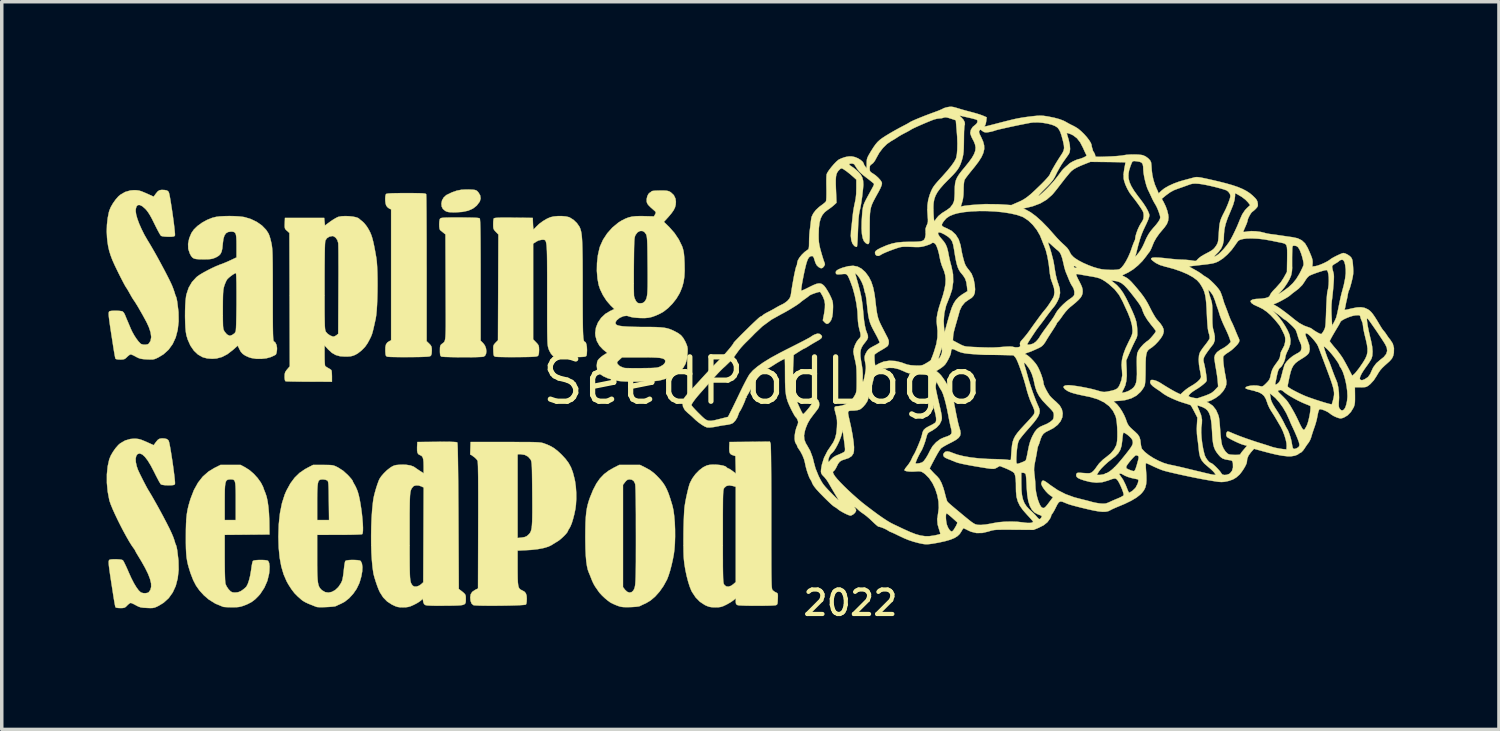
<source format=kicad_pcb>
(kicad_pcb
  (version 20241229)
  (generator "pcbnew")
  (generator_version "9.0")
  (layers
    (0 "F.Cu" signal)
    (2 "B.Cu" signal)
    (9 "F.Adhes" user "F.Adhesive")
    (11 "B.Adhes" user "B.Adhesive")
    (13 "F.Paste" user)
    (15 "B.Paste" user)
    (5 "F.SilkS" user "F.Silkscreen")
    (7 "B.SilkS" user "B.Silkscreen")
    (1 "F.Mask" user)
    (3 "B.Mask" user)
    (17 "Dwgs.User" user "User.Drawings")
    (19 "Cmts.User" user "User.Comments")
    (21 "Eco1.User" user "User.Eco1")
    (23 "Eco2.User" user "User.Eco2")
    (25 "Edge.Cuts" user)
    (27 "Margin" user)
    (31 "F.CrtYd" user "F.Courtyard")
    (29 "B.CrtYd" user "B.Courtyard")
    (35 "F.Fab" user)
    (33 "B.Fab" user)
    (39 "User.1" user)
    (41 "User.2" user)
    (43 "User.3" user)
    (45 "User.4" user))
  (footprint "SeedPodLogo"
    (layer "F.Cu")
    (at 18.747 7.853)
    (property "Reference" "SeedPodLogo" (at 0 0 0) (layer "F.SilkS") (effects (font (size 1.27 1.27) (thickness 0.15))))
    (attr through_hole)
    (fp_poly (pts (xy -8.374 -5.479) (xy -8.28 -5.475) (xy -8.218 -5.469) (xy -8.177 -5.458) (xy -8.147 -5.44) (xy -8.117 -5.409) (xy -8.108 -5.399) (xy -8.057 -5.315) (xy -8.043 -5.225) (xy -8.066 -5.139) (xy -8.071 -5.131) (xy -8.155 -5.019) (xy -8.264 -4.934) (xy -8.4 -4.874) (xy -8.567 -4.839) (xy -8.767 -4.826) (xy -8.783 -4.826) (xy -8.887 -4.828) (xy -8.96 -4.834) (xy -9.012 -4.847) (xy -9.053 -4.867) (xy -9.121 -4.922) (xy -9.156 -4.99) (xy -9.165 -5.075) (xy -9.147 -5.168) (xy -9.097 -5.255) (xy -9.027 -5.318) (xy -9.017 -5.324) (xy -8.864 -5.398) (xy -8.727 -5.446) (xy -8.591 -5.473) (xy -8.443 -5.48) (xy -8.374 -5.479)) (stroke (width 0.01) (type solid)) (fill yes) (layer "F.SilkS"))
    (fp_poly (pts (xy -9.999 -5.376) (xy -9.867 -5.375) (xy -9.768 -5.373) (xy -9.697 -5.37) (xy -9.65 -5.365) (xy -9.621 -5.359) (xy -9.606 -5.35) (xy -9.601 -5.343) (xy -9.6 -5.317) (xy -9.598 -5.252) (xy -9.596 -5.151) (xy -9.595 -5.016) (xy -9.593 -4.85) (xy -9.592 -4.657) (xy -9.591 -4.439) (xy -9.59 -4.199) (xy -9.589 -3.94) (xy -9.589 -3.664) (xy -9.589 -3.376) (xy -9.588 -3.224) (xy -9.588 -1.139) (xy -9.514 -1.068) (xy -9.472 -1.023) (xy -9.45 -0.982) (xy -9.441 -0.929) (xy -9.44 -0.871) (xy -9.445 -0.787) (xy -9.46 -0.736) (xy -9.475 -0.717) (xy -9.495 -0.708) (xy -9.533 -0.7) (xy -9.593 -0.695) (xy -9.679 -0.691) (xy -9.796 -0.687) (xy -9.947 -0.685) (xy -10.084 -0.684) (xy -10.238 -0.683) (xy -10.381 -0.684) (xy -10.505 -0.686) (xy -10.606 -0.688) (xy -10.676 -0.692) (xy -10.71 -0.695) (xy -10.738 -0.707) (xy -10.755 -0.728) (xy -10.764 -0.769) (xy -10.769 -0.84) (xy -10.77 -0.858) (xy -10.768 -0.967) (xy -10.751 -1.045) (xy -10.714 -1.1) (xy -10.663 -1.135) (xy -10.604 -1.165) (xy -10.604 -4.912) (xy -10.659 -4.936) (xy -10.709 -4.974) (xy -10.744 -5.02) (xy -10.761 -5.075) (xy -10.771 -5.149) (xy -10.773 -5.228) (xy -10.767 -5.298) (xy -10.753 -5.345) (xy -10.748 -5.351) (xy -10.726 -5.359) (xy -10.677 -5.366) (xy -10.597 -5.371) (xy -10.484 -5.374) (xy -10.335 -5.376) (xy -10.169 -5.376) (xy -9.999 -5.376)) (stroke (width 0.01) (type solid)) (fill yes) (layer "F.SilkS"))
    (fp_poly (pts (xy -8.456 -4.677) (xy -8.312 -4.675) (xy -8.205 -4.672) (xy -8.13 -4.667) (xy -8.085 -4.66) (xy -8.069 -4.652) (xy -8.064 -4.638) (xy -8.06 -4.602) (xy -8.056 -4.543) (xy -8.053 -4.459) (xy -8.05 -4.348) (xy -8.048 -4.208) (xy -8.046 -4.036) (xy -8.045 -3.831) (xy -8.044 -3.591) (xy -8.043 -3.313) (xy -8.043 -2.996) (xy -8.043 -2.89) (xy -8.043 -1.154) (xy -7.971 -1.083) (xy -7.921 -1.016) (xy -7.89 -0.936) (xy -7.879 -0.854) (xy -7.888 -0.779) (xy -7.917 -0.723) (xy -7.959 -0.696) (xy -8 -0.691) (xy -8.074 -0.687) (xy -8.174 -0.683) (xy -8.295 -0.681) (xy -8.43 -0.68) (xy -8.57 -0.68) (xy -8.711 -0.681) (xy -8.844 -0.683) (xy -8.963 -0.686) (xy -9.061 -0.689) (xy -9.132 -0.694) (xy -9.168 -0.699) (xy -9.17 -0.7) (xy -9.191 -0.721) (xy -9.202 -0.76) (xy -9.207 -0.826) (xy -9.207 -0.869) (xy -9.206 -0.951) (xy -9.198 -1.002) (xy -9.181 -1.035) (xy -9.162 -1.053) (xy -9.138 -1.071) (xy -9.118 -1.086) (xy -9.1 -1.101) (xy -9.085 -1.118) (xy -9.073 -1.141) (xy -9.063 -1.173) (xy -9.055 -1.217) (xy -9.049 -1.276) (xy -9.045 -1.352) (xy -9.042 -1.45) (xy -9.04 -1.571) (xy -9.04 -1.719) (xy -9.04 -1.897) (xy -9.041 -2.108) (xy -9.042 -2.355) (xy -9.043 -2.641) (xy -9.043 -2.68) (xy -9.049 -4.195) (xy -9.112 -4.246) (xy -9.161 -4.286) (xy -9.198 -4.316) (xy -9.202 -4.319) (xy -9.217 -4.352) (xy -9.226 -4.413) (xy -9.228 -4.487) (xy -9.224 -4.561) (xy -9.214 -4.62) (xy -9.207 -4.637) (xy -9.198 -4.649) (xy -9.184 -4.659) (xy -9.159 -4.666) (xy -9.118 -4.671) (xy -9.056 -4.675) (xy -8.969 -4.677) (xy -8.851 -4.678) (xy -8.697 -4.678) (xy -8.639 -4.678) (xy -8.456 -4.677)) (stroke (width 0.01) (type solid)) (fill yes) (layer "F.SilkS"))
    (fp_poly (pts (xy -3.313 2.486) (xy -3.189 2.556) (xy -3.077 2.641) (xy -2.995 2.719) (xy -2.906 2.813) (xy -2.831 2.904) (xy -2.769 2.997) (xy -2.715 3.101) (xy -2.664 3.223) (xy -2.614 3.371) (xy -2.559 3.552) (xy -2.552 3.577) (xy -2.524 3.704) (xy -2.503 3.864) (xy -2.487 4.048) (xy -2.479 4.247) (xy -2.478 4.452) (xy -2.484 4.654) (xy -2.497 4.826) (xy -2.515 4.962) (xy -2.544 5.115) (xy -2.58 5.274) (xy -2.62 5.427) (xy -2.663 5.563) (xy -2.704 5.671) (xy -2.711 5.686) (xy -2.809 5.865) (xy -2.924 6.029) (xy -3.05 6.17) (xy -3.182 6.282) (xy -3.313 6.36) (xy -3.323 6.364) (xy -3.394 6.396) (xy -3.454 6.425) (xy -3.482 6.44) (xy -3.522 6.451) (xy -3.596 6.461) (xy -3.695 6.468) (xy -3.768 6.471) (xy -3.879 6.472) (xy -3.96 6.47) (xy -4.023 6.462) (xy -4.08 6.447) (xy -4.144 6.424) (xy -4.144 6.424) (xy -4.223 6.391) (xy -4.293 6.357) (xy -4.335 6.335) (xy -4.407 6.282) (xy -4.49 6.213) (xy -4.57 6.137) (xy -4.635 6.067) (xy -4.662 6.032) (xy -4.708 5.965) (xy -4.758 5.892) (xy -4.769 5.877) (xy -4.808 5.81) (xy -4.848 5.726) (xy -4.868 5.676) (xy -4.898 5.599) (xy -4.927 5.527) (xy -4.942 5.493) (xy -4.974 5.407) (xy -4.999 5.298) (xy -5.019 5.164) (xy -5.033 5) (xy -5.042 4.803) (xy -5.046 4.569) (xy -5.047 4.466) (xy -5.045 4.242) (xy -5.041 4.054) (xy -5.032 3.895) (xy -5.019 3.758) (xy -5 3.636) (xy -4.974 3.524) (xy -4.941 3.414) (xy -4.913 3.334) (xy -4.825 3.118) (xy -4.748 2.971) (xy -3.969 2.971) (xy -3.969 5.898) (xy -3.909 5.976) (xy -3.848 6.033) (xy -3.783 6.056) (xy -3.721 6.042) (xy -3.681 6.005) (xy -3.665 5.982) (xy -3.651 5.957) (xy -3.64 5.928) (xy -3.63 5.892) (xy -3.621 5.845) (xy -3.615 5.785) (xy -3.61 5.708) (xy -3.606 5.61) (xy -3.603 5.49) (xy -3.601 5.343) (xy -3.599 5.167) (xy -3.599 4.958) (xy -3.598 4.713) (xy -3.598 4.429) (xy -3.598 4.413) (xy -3.599 4.098) (xy -3.599 3.824) (xy -3.601 3.59) (xy -3.603 3.393) (xy -3.606 3.234) (xy -3.609 3.11) (xy -3.613 3.02) (xy -3.618 2.963) (xy -3.622 2.94) (xy -3.659 2.865) (xy -3.712 2.826) (xy -3.781 2.815) (xy -3.834 2.824) (xy -3.878 2.855) (xy -3.909 2.893) (xy -3.969 2.971) (xy -4.748 2.971) (xy -4.732 2.938) (xy -4.628 2.79) (xy -4.511 2.667) (xy -4.374 2.563) (xy -4.241 2.487) (xy -4.075 2.402) (xy -3.482 2.402) (xy -3.313 2.486)) (stroke (width 0.01) (type solid)) (fill yes) (layer "F.SilkS"))
    (fp_poly (pts (xy -14.774 2.476) (xy -14.651 2.556) (xy -14.531 2.661) (xy -14.422 2.781) (xy -14.332 2.907) (xy -14.269 3.029) (xy -14.256 3.069) (xy -14.237 3.122) (xy -14.21 3.189) (xy -14.201 3.21) (xy -14.168 3.309) (xy -14.139 3.443) (xy -14.116 3.606) (xy -14.1 3.791) (xy -14.091 3.991) (xy -14.09 4.053) (xy -14.086 4.392) (xy -15.367 4.403) (xy -15.367 5.064) (xy -15.366 5.259) (xy -15.364 5.431) (xy -15.36 5.576) (xy -15.356 5.69) (xy -15.35 5.769) (xy -15.344 5.806) (xy -15.316 5.871) (xy -15.27 5.942) (xy -15.247 5.97) (xy -15.198 6.02) (xy -15.155 6.045) (xy -15.102 6.053) (xy -15.067 6.054) (xy -14.985 6.046) (xy -14.914 6.018) (xy -14.869 5.99) (xy -14.809 5.944) (xy -14.759 5.898) (xy -14.743 5.879) (xy -14.706 5.808) (xy -14.671 5.703) (xy -14.639 5.576) (xy -14.614 5.433) (xy -14.606 5.377) (xy -14.593 5.287) (xy -14.579 5.212) (xy -14.565 5.162) (xy -14.559 5.15) (xy -14.527 5.136) (xy -14.464 5.127) (xy -14.384 5.122) (xy -14.298 5.122) (xy -14.217 5.126) (xy -14.155 5.135) (xy -14.123 5.149) (xy -14.095 5.21) (xy -14.083 5.306) (xy -14.088 5.432) (xy -14.097 5.516) (xy -14.146 5.719) (xy -14.232 5.915) (xy -14.349 6.093) (xy -14.399 6.151) (xy -14.496 6.248) (xy -14.593 6.322) (xy -14.704 6.381) (xy -14.808 6.424) (xy -14.885 6.45) (xy -14.956 6.466) (xy -15.037 6.474) (xy -15.142 6.475) (xy -15.163 6.475) (xy -15.257 6.474) (xy -15.337 6.47) (xy -15.392 6.466) (xy -15.409 6.463) (xy -15.633 6.371) (xy -15.827 6.25) (xy -15.964 6.131) (xy -16.087 5.996) (xy -16.186 5.856) (xy -16.267 5.7) (xy -16.339 5.515) (xy -16.35 5.483) (xy -16.388 5.361) (xy -16.419 5.252) (xy -16.441 5.149) (xy -16.458 5.044) (xy -16.468 4.929) (xy -16.475 4.794) (xy -16.478 4.633) (xy -16.478 4.466) (xy -16.477 4.258) (xy -16.472 4.085) (xy -16.464 3.937) (xy -16.45 3.807) (xy -16.43 3.686) (xy -16.402 3.567) (xy -16.371 3.459) (xy -15.367 3.459) (xy -15.367 3.979) (xy -15.05 3.979) (xy -15.05 3.444) (xy -15.05 3.265) (xy -15.052 3.123) (xy -15.056 3.015) (xy -15.063 2.935) (xy -15.075 2.88) (xy -15.092 2.845) (xy -15.116 2.826) (xy -15.148 2.817) (xy -15.187 2.815) (xy -15.194 2.815) (xy -15.243 2.817) (xy -15.281 2.825) (xy -15.311 2.844) (xy -15.333 2.878) (xy -15.348 2.931) (xy -15.358 3.009) (xy -15.364 3.114) (xy -15.366 3.253) (xy -15.367 3.428) (xy -15.367 3.459) (xy -16.371 3.459) (xy -16.366 3.442) (xy -16.342 3.365) (xy -16.247 3.12) (xy -16.131 2.911) (xy -15.994 2.736) (xy -15.833 2.594) (xy -15.67 2.494) (xy -15.488 2.402) (xy -14.912 2.402) (xy -14.774 2.476)) (stroke (width 0.01) (type solid)) (fill yes) (layer "F.SilkS"))
    (fp_poly (pts (xy -7.103 1.746) (xy -6.911 1.747) (xy -6.752 1.747) (xy -6.624 1.748) (xy -6.522 1.75) (xy -6.441 1.753) (xy -6.379 1.757) (xy -6.331 1.762) (xy -6.292 1.768) (xy -6.26 1.776) (xy -6.228 1.786) (xy -6.202 1.796) (xy -6.069 1.85) (xy -5.955 1.914) (xy -5.847 1.995) (xy -5.731 2.103) (xy -5.726 2.107) (xy -5.613 2.229) (xy -5.525 2.347) (xy -5.457 2.472) (xy -5.403 2.615) (xy -5.359 2.784) (xy -5.34 2.872) (xy -5.319 3.023) (xy -5.307 3.197) (xy -5.306 3.377) (xy -5.316 3.546) (xy -5.331 3.662) (xy -5.362 3.812) (xy -5.398 3.951) (xy -5.435 4.071) (xy -5.473 4.163) (xy -5.495 4.203) (xy -5.527 4.253) (xy -5.544 4.289) (xy -5.546 4.295) (xy -5.561 4.326) (xy -5.6 4.376) (xy -5.656 4.435) (xy -5.72 4.495) (xy -5.783 4.549) (xy -5.837 4.587) (xy -5.839 4.588) (xy -5.911 4.631) (xy -5.98 4.674) (xy -6.005 4.691) (xy -6.102 4.739) (xy -6.236 4.779) (xy -6.401 4.811) (xy -6.592 4.833) (xy -6.694 4.839) (xy -6.985 4.854) (xy -6.985 5.349) (xy -6.984 5.523) (xy -6.982 5.66) (xy -6.977 5.765) (xy -6.968 5.843) (xy -6.955 5.898) (xy -6.936 5.936) (xy -6.91 5.963) (xy -6.877 5.982) (xy -6.861 5.989) (xy -6.791 6.027) (xy -6.749 6.076) (xy -6.727 6.147) (xy -6.722 6.233) (xy -6.726 6.322) (xy -6.738 6.381) (xy -6.748 6.397) (xy -6.775 6.404) (xy -6.839 6.41) (xy -6.933 6.416) (xy -7.052 6.421) (xy -7.188 6.425) (xy -7.337 6.428) (xy -7.493 6.43) (xy -7.648 6.431) (xy -7.798 6.431) (xy -7.936 6.43) (xy -8.057 6.428) (xy -8.154 6.424) (xy -8.221 6.419) (xy -8.25 6.414) (xy -8.301 6.37) (xy -8.331 6.29) (xy -8.34 6.192) (xy -8.326 6.103) (xy -8.283 6.035) (xy -8.203 5.98) (xy -8.191 5.974) (xy -8.117 5.937) (xy -8.113 4.493) (xy -6.985 4.493) (xy -6.866 4.481) (xy -6.785 4.467) (xy -6.726 4.442) (xy -6.676 4.4) (xy -6.649 4.373) (xy -6.627 4.343) (xy -6.608 4.307) (xy -6.594 4.262) (xy -6.582 4.203) (xy -6.574 4.127) (xy -6.568 4.03) (xy -6.565 3.908) (xy -6.563 3.757) (xy -6.563 3.574) (xy -6.564 3.354) (xy -6.565 3.217) (xy -6.567 2.998) (xy -6.569 2.817) (xy -6.571 2.67) (xy -6.573 2.554) (xy -6.576 2.463) (xy -6.58 2.394) (xy -6.585 2.344) (xy -6.591 2.307) (xy -6.598 2.28) (xy -6.607 2.258) (xy -6.615 2.244) (xy -6.684 2.165) (xy -6.78 2.114) (xy -6.892 2.096) (xy -6.895 2.096) (xy -6.985 2.095) (xy -6.985 4.493) (xy -8.113 4.493) (xy -8.112 4.138) (xy -8.111 3.776) (xy -8.111 3.455) (xy -8.111 3.175) (xy -8.112 2.935) (xy -8.113 2.734) (xy -8.116 2.571) (xy -8.118 2.445) (xy -8.122 2.355) (xy -8.126 2.301) (xy -8.129 2.284) (xy -8.159 2.24) (xy -8.211 2.189) (xy -8.247 2.162) (xy -8.341 2.095) (xy -8.329 1.746) (xy -7.334 1.746) (xy -7.103 1.746)) (stroke (width 0.01) (type solid)) (fill yes) (layer "F.SilkS"))
    (fp_poly (pts (xy -12.437 2.403) (xy -12.353 2.405) (xy -12.293 2.41) (xy -12.244 2.421) (xy -12.197 2.439) (xy -12.143 2.465) (xy -12.121 2.477) (xy -11.977 2.569) (xy -11.84 2.694) (xy -11.781 2.759) (xy -11.735 2.813) (xy -11.709 2.849) (xy -11.705 2.858) (xy -11.695 2.888) (xy -11.668 2.937) (xy -11.653 2.962) (xy -11.617 3.029) (xy -11.579 3.115) (xy -11.558 3.172) (xy -11.531 3.267) (xy -11.505 3.384) (xy -11.481 3.518) (xy -11.459 3.66) (xy -11.44 3.806) (xy -11.426 3.948) (xy -11.415 4.081) (xy -11.41 4.197) (xy -11.411 4.291) (xy -11.419 4.355) (xy -11.432 4.383) (xy -11.46 4.388) (xy -11.525 4.392) (xy -11.621 4.396) (xy -11.743 4.399) (xy -11.885 4.401) (xy -12.042 4.402) (xy -12.091 4.402) (xy -12.721 4.403) (xy -12.721 5.055) (xy -12.721 5.264) (xy -12.719 5.436) (xy -12.715 5.574) (xy -12.708 5.684) (xy -12.698 5.769) (xy -12.684 5.836) (xy -12.665 5.887) (xy -12.64 5.928) (xy -12.609 5.963) (xy -12.583 5.988) (xy -12.494 6.041) (xy -12.398 6.056) (xy -12.299 6.035) (xy -12.203 5.982) (xy -12.115 5.899) (xy -12.04 5.787) (xy -12.011 5.725) (xy -11.995 5.672) (xy -11.98 5.589) (xy -11.966 5.49) (xy -11.958 5.413) (xy -11.947 5.316) (xy -11.935 5.233) (xy -11.923 5.174) (xy -11.914 5.15) (xy -11.88 5.136) (xy -11.817 5.126) (xy -11.735 5.121) (xy -11.648 5.122) (xy -11.568 5.127) (xy -11.505 5.137) (xy -11.474 5.152) (xy -11.44 5.223) (xy -11.426 5.324) (xy -11.432 5.449) (xy -11.457 5.592) (xy -11.501 5.746) (xy -11.519 5.796) (xy -11.592 5.948) (xy -11.691 6.091) (xy -11.808 6.218) (xy -11.936 6.319) (xy -12.039 6.373) (xy -12.106 6.403) (xy -12.163 6.43) (xy -12.181 6.44) (xy -12.218 6.45) (xy -12.286 6.458) (xy -12.374 6.465) (xy -12.472 6.47) (xy -12.57 6.473) (xy -12.655 6.473) (xy -12.718 6.469) (xy -12.742 6.464) (xy -12.788 6.446) (xy -12.816 6.435) (xy -12.858 6.418) (xy -12.924 6.392) (xy -12.983 6.368) (xy -13.063 6.33) (xy -13.138 6.285) (xy -13.176 6.255) (xy -13.229 6.207) (xy -13.275 6.167) (xy -13.285 6.158) (xy -13.367 6.075) (xy -13.454 5.962) (xy -13.54 5.829) (xy -13.593 5.735) (xy -13.679 5.537) (xy -13.746 5.312) (xy -13.793 5.058) (xy -13.821 4.772) (xy -13.83 4.456) (xy -13.819 4.102) (xy -13.785 3.783) (xy -13.728 3.499) (xy -13.72 3.473) (xy -12.721 3.473) (xy -12.721 3.979) (xy -12.38 3.979) (xy -12.387 3.427) (xy -12.389 3.26) (xy -12.391 3.129) (xy -12.394 3.031) (xy -12.398 2.96) (xy -12.403 2.911) (xy -12.41 2.88) (xy -12.419 2.86) (xy -12.431 2.848) (xy -12.434 2.845) (xy -12.486 2.825) (xy -12.554 2.816) (xy -12.619 2.82) (xy -12.651 2.832) (xy -12.672 2.852) (xy -12.689 2.884) (xy -12.701 2.935) (xy -12.71 3.007) (xy -12.716 3.106) (xy -12.72 3.236) (xy -12.721 3.403) (xy -12.721 3.473) (xy -13.72 3.473) (xy -13.648 3.248) (xy -13.598 3.134) (xy -13.488 2.933) (xy -13.366 2.768) (xy -13.227 2.632) (xy -13.065 2.521) (xy -13.002 2.487) (xy -12.838 2.402) (xy -12.552 2.402) (xy -12.437 2.403)) (stroke (width 0.01) (type solid)) (fill yes) (layer "F.SilkS"))
    (fp_poly (pts (xy -11.812 -4.716) (xy -11.706 -4.705) (xy -11.614 -4.687) (xy -11.546 -4.663) (xy -11.516 -4.64) (xy -11.493 -4.619) (xy -11.449 -4.584) (xy -11.429 -4.569) (xy -11.378 -4.521) (xy -11.321 -4.451) (xy -11.278 -4.389) (xy -11.236 -4.317) (xy -11.2 -4.246) (xy -11.169 -4.17) (xy -11.141 -4.081) (xy -11.114 -3.975) (xy -11.086 -3.844) (xy -11.056 -3.683) (xy -11.028 -3.524) (xy -11.015 -3.419) (xy -11.005 -3.281) (xy -10.998 -3.118) (xy -10.994 -2.936) (xy -10.993 -2.745) (xy -10.995 -2.55) (xy -11 -2.36) (xy -11.007 -2.181) (xy -11.017 -2.021) (xy -11.03 -1.888) (xy -11.045 -1.788) (xy -11.047 -1.776) (xy -11.062 -1.711) (xy -11.082 -1.621) (xy -11.104 -1.524) (xy -11.109 -1.503) (xy -11.131 -1.412) (xy -11.153 -1.338) (xy -11.181 -1.268) (xy -11.221 -1.187) (xy -11.277 -1.083) (xy -11.278 -1.081) (xy -11.35 -0.978) (xy -11.448 -0.877) (xy -11.557 -0.791) (xy -11.631 -0.749) (xy -11.698 -0.722) (xy -11.767 -0.706) (xy -11.853 -0.7) (xy -11.917 -0.699) (xy -12.067 -0.709) (xy -12.191 -0.744) (xy -12.3 -0.807) (xy -12.404 -0.903) (xy -12.409 -0.908) (xy -12.509 -1.018) (xy -12.509 -0.737) (xy -12.508 -0.63) (xy -12.505 -0.539) (xy -12.5 -0.471) (xy -12.494 -0.434) (xy -12.493 -0.432) (xy -12.465 -0.407) (xy -12.416 -0.377) (xy -12.404 -0.37) (xy -12.352 -0.34) (xy -12.318 -0.314) (xy -12.314 -0.309) (xy -12.306 -0.278) (xy -12.301 -0.216) (xy -12.298 -0.138) (xy -12.298 -0.132) (xy -12.298 0.021) (xy -12.949 0.019) (xy -13.111 0.019) (xy -13.261 0.017) (xy -13.392 0.016) (xy -13.499 0.013) (xy -13.577 0.011) (xy -13.62 0.008) (xy -13.626 0.007) (xy -13.643 -0.021) (xy -13.652 -0.086) (xy -13.652 -0.125) (xy -13.649 -0.2) (xy -13.635 -0.253) (xy -13.603 -0.303) (xy -13.578 -0.333) (xy -13.504 -0.42) (xy -13.509 -2.329) (xy -13.51 -2.711) (xy -12.509 -2.711) (xy -12.509 -2.451) (xy -12.509 -2.229) (xy -12.509 -2.042) (xy -12.508 -1.888) (xy -12.506 -1.763) (xy -12.504 -1.663) (xy -12.502 -1.586) (xy -12.498 -1.527) (xy -12.494 -1.484) (xy -12.488 -1.453) (xy -12.482 -1.431) (xy -12.474 -1.414) (xy -12.47 -1.406) (xy -12.42 -1.35) (xy -12.351 -1.303) (xy -12.28 -1.274) (xy -12.253 -1.27) (xy -12.212 -1.283) (xy -12.168 -1.31) (xy -12.118 -1.351) (xy -12.112 -2.607) (xy -12.111 -2.836) (xy -12.11 -3.055) (xy -12.11 -3.259) (xy -12.111 -3.445) (xy -12.111 -3.608) (xy -12.112 -3.744) (xy -12.114 -3.85) (xy -12.116 -3.921) (xy -12.118 -3.951) (xy -12.144 -4.035) (xy -12.191 -4.102) (xy -12.25 -4.142) (xy -12.287 -4.149) (xy -12.372 -4.131) (xy -12.443 -4.085) (xy -12.486 -4.019) (xy -12.492 -3.984) (xy -12.497 -3.914) (xy -12.501 -3.808) (xy -12.504 -3.664) (xy -12.506 -3.481) (xy -12.508 -3.26) (xy -12.509 -2.998) (xy -12.509 -2.711) (xy -13.51 -2.711) (xy -13.515 -4.237) (xy -13.585 -4.299) (xy -13.621 -4.333) (xy -13.641 -4.364) (xy -13.649 -4.405) (xy -13.65 -4.467) (xy -13.648 -4.514) (xy -13.642 -4.667) (xy -12.52 -4.667) (xy -12.509 -4.558) (xy -12.499 -4.449) (xy -12.344 -4.563) (xy -12.264 -4.617) (xy -12.187 -4.663) (xy -12.126 -4.693) (xy -12.111 -4.698) (xy -12.024 -4.714) (xy -11.921 -4.719) (xy -11.812 -4.716)) (stroke (width 0.01) (type solid)) (fill yes) (layer "F.SilkS"))
    (fp_poly (pts (xy -8.937 1.74) (xy -8.821 1.744) (xy -8.746 1.749) (xy -8.713 1.757) (xy -8.712 1.758) (xy -8.707 1.779) (xy -8.703 1.837) (xy -8.699 1.931) (xy -8.696 2.061) (xy -8.693 2.23) (xy -8.69 2.437) (xy -8.687 2.683) (xy -8.684 2.968) (xy -8.682 3.295) (xy -8.679 3.662) (xy -8.678 3.866) (xy -8.668 5.952) (xy -8.615 5.992) (xy -8.544 6.048) (xy -8.5 6.089) (xy -8.477 6.125) (xy -8.468 6.167) (xy -8.467 6.225) (xy -8.467 6.228) (xy -8.467 6.286) (xy -8.47 6.331) (xy -8.482 6.365) (xy -8.507 6.39) (xy -8.549 6.407) (xy -8.613 6.418) (xy -8.705 6.424) (xy -8.827 6.428) (xy -8.986 6.43) (xy -9.043 6.43) (xy -9.215 6.432) (xy -9.361 6.431) (xy -9.479 6.428) (xy -9.564 6.423) (xy -9.612 6.416) (xy -9.616 6.415) (xy -9.658 6.388) (xy -9.68 6.34) (xy -9.686 6.311) (xy -9.699 6.229) (xy -9.749 6.28) (xy -9.793 6.313) (xy -9.861 6.356) (xy -9.941 6.398) (xy -9.953 6.404) (xy -10.04 6.443) (xy -10.111 6.465) (xy -10.184 6.475) (xy -10.266 6.477) (xy -10.354 6.475) (xy -10.422 6.465) (xy -10.488 6.442) (xy -10.571 6.403) (xy -10.578 6.4) (xy -10.717 6.31) (xy -10.832 6.193) (xy -10.928 6.042) (xy -10.929 6.039) (xy -10.965 5.96) (xy -11.005 5.855) (xy -11.045 5.738) (xy -11.08 5.624) (xy -11.106 5.528) (xy -11.111 5.503) (xy -11.135 5.337) (xy -11.154 5.137) (xy -11.168 4.912) (xy -11.175 4.669) (xy -11.176 4.449) (xy -10.075 4.449) (xy -10.075 4.715) (xy -10.075 4.943) (xy -10.074 5.134) (xy -10.073 5.294) (xy -10.071 5.424) (xy -10.068 5.53) (xy -10.064 5.613) (xy -10.058 5.678) (xy -10.05 5.727) (xy -10.041 5.765) (xy -10.029 5.794) (xy -10.015 5.819) (xy -9.999 5.841) (xy -9.985 5.858) (xy -9.941 5.883) (xy -9.877 5.883) (xy -9.807 5.859) (xy -9.753 5.823) (xy -9.684 5.761) (xy -9.678 4.405) (xy -9.672 3.05) (xy -9.735 3.017) (xy -9.813 2.991) (xy -9.89 2.987) (xy -9.952 3.004) (xy -9.974 3.022) (xy -9.994 3.046) (xy -10.012 3.069) (xy -10.027 3.095) (xy -10.039 3.126) (xy -10.05 3.166) (xy -10.058 3.219) (xy -10.064 3.288) (xy -10.068 3.376) (xy -10.071 3.486) (xy -10.073 3.623) (xy -10.075 3.788) (xy -10.075 3.987) (xy -10.075 4.222) (xy -10.075 4.449) (xy -11.176 4.449) (xy -11.176 4.416) (xy -11.172 4.161) (xy -11.162 3.913) (xy -11.146 3.68) (xy -11.124 3.469) (xy -11.111 3.376) (xy -11.094 3.291) (xy -11.067 3.185) (xy -11.034 3.07) (xy -10.998 2.959) (xy -10.964 2.865) (xy -10.938 2.805) (xy -10.886 2.726) (xy -10.81 2.639) (xy -10.723 2.554) (xy -10.636 2.486) (xy -10.631 2.482) (xy -10.57 2.444) (xy -10.518 2.42) (xy -10.462 2.406) (xy -10.387 2.399) (xy -10.328 2.396) (xy -10.18 2.397) (xy -10.055 2.416) (xy -9.959 2.451) (xy -9.923 2.475) (xy -9.891 2.498) (xy -9.837 2.535) (xy -9.784 2.57) (xy -9.673 2.643) (xy -9.673 2.445) (xy -9.676 2.324) (xy -9.685 2.238) (xy -9.703 2.181) (xy -9.731 2.144) (xy -9.774 2.122) (xy -9.777 2.121) (xy -9.821 2.097) (xy -9.847 2.059) (xy -9.86 1.999) (xy -9.861 1.907) (xy -9.86 1.872) (xy -9.853 1.746) (xy -9.294 1.741) (xy -9.094 1.739) (xy -8.937 1.74)) (stroke (width 0.01) (type solid)) (fill yes) (layer "F.SilkS"))
    (fp_poly (pts (xy -5.712 -4.719) (xy -5.6 -4.708) (xy -5.51 -4.687) (xy -5.493 -4.679) (xy -5.384 -4.611) (xy -5.288 -4.519) (xy -5.217 -4.417) (xy -5.206 -4.395) (xy -5.19 -4.356) (xy -5.177 -4.314) (xy -5.165 -4.264) (xy -5.155 -4.205) (xy -5.147 -4.132) (xy -5.14 -4.043) (xy -5.135 -3.934) (xy -5.131 -3.803) (xy -5.128 -3.646) (xy -5.125 -3.46) (xy -5.124 -3.242) (xy -5.123 -2.989) (xy -5.123 -2.697) (xy -5.123 -2.62) (xy -5.123 -2.331) (xy -5.122 -2.081) (xy -5.121 -1.867) (xy -5.119 -1.688) (xy -5.117 -1.539) (xy -5.114 -1.419) (xy -5.11 -1.323) (xy -5.105 -1.25) (xy -5.099 -1.197) (xy -5.091 -1.16) (xy -5.082 -1.137) (xy -5.072 -1.126) (xy -5.059 -1.122) (xy -5.058 -1.122) (xy -5.035 -1.102) (xy -5.016 -1.05) (xy -5.003 -0.974) (xy -4.999 -0.884) (xy -5 -0.856) (xy -5.004 -0.779) (xy -5.011 -0.734) (xy -5.025 -0.711) (xy -5.052 -0.7) (xy -5.069 -0.696) (xy -5.11 -0.691) (xy -5.186 -0.687) (xy -5.287 -0.684) (xy -5.407 -0.681) (xy -5.528 -0.68) (xy -5.667 -0.679) (xy -5.769 -0.679) (xy -5.843 -0.682) (xy -5.894 -0.686) (xy -5.929 -0.694) (xy -5.954 -0.705) (xy -5.976 -0.722) (xy -5.985 -0.73) (xy -6.031 -0.784) (xy -6.075 -0.864) (xy -6.093 -0.906) (xy -6.102 -0.931) (xy -6.109 -0.957) (xy -6.116 -0.986) (xy -6.121 -1.021) (xy -6.126 -1.066) (xy -6.129 -1.124) (xy -6.132 -1.199) (xy -6.134 -1.293) (xy -6.136 -1.409) (xy -6.137 -1.552) (xy -6.138 -1.723) (xy -6.138 -1.928) (xy -6.138 -2.167) (xy -6.138 -2.446) (xy -6.138 -2.474) (xy -6.138 -2.77) (xy -6.138 -3.025) (xy -6.139 -3.244) (xy -6.14 -3.429) (xy -6.142 -3.583) (xy -6.145 -3.709) (xy -6.15 -3.81) (xy -6.156 -3.888) (xy -6.165 -3.947) (xy -6.175 -3.988) (xy -6.188 -4.016) (xy -6.204 -4.032) (xy -6.223 -4.04) (xy -6.245 -4.043) (xy -6.271 -4.043) (xy -6.285 -4.043) (xy -6.383 -4.023) (xy -6.454 -3.986) (xy -6.54 -3.929) (xy -6.54 -1.192) (xy -6.456 -1.106) (xy -6.41 -1.056) (xy -6.384 -1.015) (xy -6.374 -0.968) (xy -6.371 -0.897) (xy -6.371 -0.883) (xy -6.375 -0.797) (xy -6.387 -0.744) (xy -6.406 -0.717) (xy -6.426 -0.708) (xy -6.464 -0.7) (xy -6.524 -0.695) (xy -6.611 -0.69) (xy -6.729 -0.687) (xy -6.882 -0.685) (xy -7.004 -0.684) (xy -7.157 -0.683) (xy -7.298 -0.684) (xy -7.421 -0.686) (xy -7.52 -0.688) (xy -7.589 -0.692) (xy -7.62 -0.695) (xy -7.647 -0.707) (xy -7.664 -0.726) (xy -7.673 -0.765) (xy -7.678 -0.833) (xy -7.679 -0.867) (xy -7.681 -0.948) (xy -7.678 -1) (xy -7.664 -1.037) (xy -7.637 -1.072) (xy -7.616 -1.095) (xy -7.546 -1.166) (xy -7.54 -2.679) (xy -7.534 -4.192) (xy -7.609 -4.269) (xy -7.649 -4.314) (xy -7.672 -4.353) (xy -7.681 -4.402) (xy -7.683 -4.476) (xy -7.683 -4.485) (xy -7.681 -4.561) (xy -7.674 -4.622) (xy -7.666 -4.652) (xy -7.651 -4.66) (xy -7.616 -4.667) (xy -7.556 -4.671) (xy -7.468 -4.674) (xy -7.348 -4.674) (xy -7.192 -4.674) (xy -7.1 -4.673) (xy -6.551 -4.667) (xy -6.545 -4.503) (xy -6.541 -4.426) (xy -6.535 -4.368) (xy -6.53 -4.34) (xy -6.528 -4.339) (xy -6.51 -4.354) (xy -6.474 -4.39) (xy -6.451 -4.415) (xy -6.367 -4.496) (xy -6.258 -4.576) (xy -6.143 -4.644) (xy -6.047 -4.686) (xy -5.95 -4.708) (xy -5.834 -4.719) (xy -5.712 -4.719)) (stroke (width 0.01) (type solid)) (fill yes) (layer "F.SilkS"))
    (fp_poly (pts (xy 0.254 1.79) (xy 0.258 1.821) (xy 0.261 1.893) (xy 0.264 2.004) (xy 0.267 2.154) (xy 0.269 2.342) (xy 0.271 2.565) (xy 0.273 2.822) (xy 0.274 3.113) (xy 0.275 3.435) (xy 0.275 3.788) (xy 0.275 3.896) (xy 0.275 4.236) (xy 0.275 4.537) (xy 0.275 4.8) (xy 0.276 5.028) (xy 0.276 5.225) (xy 0.277 5.391) (xy 0.278 5.531) (xy 0.28 5.646) (xy 0.282 5.738) (xy 0.284 5.812) (xy 0.287 5.868) (xy 0.291 5.91) (xy 0.295 5.94) (xy 0.3 5.961) (xy 0.305 5.974) (xy 0.312 5.984) (xy 0.318 5.991) (xy 0.371 6.032) (xy 0.414 6.054) (xy 0.441 6.067) (xy 0.456 6.086) (xy 0.463 6.121) (xy 0.463 6.182) (xy 0.461 6.238) (xy 0.457 6.321) (xy 0.451 6.371) (xy 0.438 6.398) (xy 0.417 6.411) (xy 0.402 6.416) (xy 0.361 6.421) (xy 0.285 6.426) (xy 0.183 6.429) (xy 0.063 6.431) (xy -0.069 6.432) (xy -0.205 6.432) (xy -0.337 6.431) (xy -0.459 6.429) (xy -0.562 6.425) (xy -0.639 6.421) (xy -0.683 6.415) (xy -0.687 6.414) (xy -0.722 6.394) (xy -0.738 6.36) (xy -0.741 6.306) (xy -0.741 6.219) (xy -0.808 6.275) (xy -0.861 6.313) (xy -0.936 6.359) (xy -1.017 6.404) (xy -1.019 6.404) (xy -1.101 6.443) (xy -1.168 6.465) (xy -1.239 6.475) (xy -1.328 6.477) (xy -1.423 6.474) (xy -1.495 6.463) (xy -1.564 6.439) (xy -1.625 6.411) (xy -1.765 6.32) (xy -1.89 6.193) (xy -1.993 6.037) (xy -2.012 6.001) (xy -2.058 5.888) (xy -2.104 5.743) (xy -2.147 5.578) (xy -2.184 5.404) (xy -2.212 5.23) (xy -2.225 5.113) (xy -2.232 5.015) (xy -2.236 4.884) (xy -2.238 4.73) (xy -2.239 4.56) (xy -2.238 4.442) (xy -1.111 4.442) (xy -1.111 4.713) (xy -1.111 4.945) (xy -1.11 5.141) (xy -1.11 5.304) (xy -1.108 5.438) (xy -1.106 5.546) (xy -1.104 5.63) (xy -1.101 5.694) (xy -1.097 5.742) (xy -1.092 5.777) (xy -1.086 5.801) (xy -1.079 5.818) (xy -1.074 5.827) (xy -1.021 5.875) (xy -0.953 5.886) (xy -0.876 5.861) (xy -0.816 5.819) (xy -0.741 5.753) (xy -0.741 3.029) (xy -0.821 3.005) (xy -0.925 2.987) (xy -1.006 3.003) (xy -1.067 3.054) (xy -1.067 3.055) (xy -1.076 3.068) (xy -1.084 3.082) (xy -1.09 3.102) (xy -1.095 3.129) (xy -1.1 3.169) (xy -1.103 3.222) (xy -1.106 3.294) (xy -1.108 3.386) (xy -1.109 3.503) (xy -1.11 3.648) (xy -1.111 3.823) (xy -1.111 4.032) (xy -1.111 4.279) (xy -1.111 4.442) (xy -2.238 4.442) (xy -2.238 4.38) (xy -2.235 4.2) (xy -2.23 4.027) (xy -2.224 3.868) (xy -2.217 3.732) (xy -2.209 3.625) (xy -2.203 3.577) (xy -2.183 3.455) (xy -2.157 3.322) (xy -2.127 3.189) (xy -2.098 3.067) (xy -2.07 2.969) (xy -2.052 2.919) (xy -1.986 2.79) (xy -1.895 2.666) (xy -1.788 2.556) (xy -1.674 2.469) (xy -1.568 2.417) (xy -1.493 2.4) (xy -1.4 2.393) (xy -1.299 2.395) (xy -1.199 2.404) (xy -1.11 2.42) (xy -1.041 2.442) (xy -1.003 2.468) (xy -0.999 2.476) (xy -0.974 2.496) (xy -0.964 2.498) (xy -0.934 2.51) (xy -0.883 2.541) (xy -0.838 2.573) (xy -0.739 2.649) (xy -0.745 2.399) (xy -0.751 2.148) (xy -0.823 2.125) (xy -0.877 2.102) (xy -0.909 2.067) (xy -0.925 2.013) (xy -0.928 1.929) (xy -0.927 1.889) (xy -0.921 1.746) (xy -0.344 1.741) (xy 0.234 1.735) (xy 0.254 1.79)) (stroke (width 0.01) (type solid)) (fill yes) (layer "F.SilkS"))
    (fp_poly (pts (xy -17.09 1.646) (xy -17.024 1.661) (xy -16.983 1.693) (xy -16.971 1.711) (xy -16.959 1.747) (xy -16.944 1.817) (xy -16.925 1.915) (xy -16.905 2.034) (xy -16.884 2.168) (xy -16.862 2.309) (xy -16.842 2.451) (xy -16.824 2.587) (xy -16.808 2.711) (xy -16.797 2.816) (xy -16.79 2.895) (xy -16.79 2.941) (xy -16.791 2.948) (xy -16.805 2.966) (xy -16.834 2.977) (xy -16.888 2.983) (xy -16.975 2.984) (xy -16.982 2.985) (xy -17.083 2.981) (xy -17.156 2.971) (xy -17.192 2.958) (xy -17.212 2.931) (xy -17.247 2.872) (xy -17.291 2.789) (xy -17.343 2.689) (xy -17.38 2.614) (xy -17.478 2.425) (xy -17.568 2.277) (xy -17.65 2.17) (xy -17.725 2.102) (xy -17.793 2.075) (xy -17.805 2.074) (xy -17.862 2.092) (xy -17.898 2.143) (xy -17.915 2.221) (xy -17.911 2.321) (xy -17.885 2.439) (xy -17.851 2.537) (xy -17.826 2.593) (xy -17.787 2.675) (xy -17.739 2.771) (xy -17.688 2.873) (xy -17.637 2.97) (xy -17.592 3.054) (xy -17.558 3.114) (xy -17.547 3.133) (xy -17.52 3.176) (xy -17.477 3.248) (xy -17.424 3.339) (xy -17.366 3.442) (xy -17.307 3.546) (xy -17.254 3.641) (xy -17.133 3.865) (xy -17.033 4.056) (xy -16.951 4.217) (xy -16.888 4.351) (xy -16.841 4.462) (xy -16.809 4.553) (xy -16.794 4.604) (xy -16.779 4.656) (xy -16.764 4.688) (xy -16.752 4.719) (xy -16.738 4.778) (xy -16.725 4.847) (xy -16.69 5.138) (xy -16.685 5.405) (xy -16.712 5.647) (xy -16.768 5.864) (xy -16.855 6.053) (xy -16.971 6.215) (xy -17.117 6.347) (xy -17.256 6.432) (xy -17.326 6.466) (xy -17.38 6.486) (xy -17.433 6.496) (xy -17.499 6.498) (xy -17.593 6.494) (xy -17.594 6.494) (xy -17.694 6.488) (xy -17.766 6.478) (xy -17.824 6.46) (xy -17.884 6.431) (xy -17.909 6.417) (xy -17.975 6.382) (xy -18.03 6.358) (xy -18.059 6.35) (xy -18.091 6.365) (xy -18.136 6.402) (xy -18.158 6.424) (xy -18.2 6.466) (xy -18.238 6.488) (xy -18.289 6.497) (xy -18.351 6.498) (xy -18.42 6.495) (xy -18.471 6.486) (xy -18.49 6.476) (xy -18.495 6.463) (xy -18.502 6.438) (xy -18.51 6.397) (xy -18.521 6.336) (xy -18.536 6.251) (xy -18.554 6.139) (xy -18.576 5.995) (xy -18.604 5.816) (xy -18.626 5.673) (xy -18.651 5.507) (xy -18.669 5.379) (xy -18.681 5.282) (xy -18.686 5.213) (xy -18.686 5.166) (xy -18.68 5.137) (xy -18.669 5.121) (xy -18.657 5.114) (xy -18.609 5.105) (xy -18.537 5.101) (xy -18.454 5.102) (xy -18.375 5.107) (xy -18.313 5.117) (xy -18.284 5.128) (xy -18.264 5.155) (xy -18.233 5.215) (xy -18.192 5.3) (xy -18.146 5.401) (xy -18.117 5.469) (xy -18.042 5.636) (xy -17.967 5.783) (xy -17.895 5.902) (xy -17.829 5.992) (xy -17.772 6.046) (xy -17.761 6.052) (xy -17.701 6.071) (xy -17.63 6.073) (xy -17.568 6.061) (xy -17.541 6.045) (xy -17.493 5.977) (xy -17.471 5.893) (xy -17.473 5.791) (xy -17.503 5.668) (xy -17.559 5.521) (xy -17.643 5.35) (xy -17.755 5.151) (xy -17.814 5.054) (xy -17.862 4.975) (xy -17.9 4.911) (xy -17.923 4.868) (xy -17.928 4.856) (xy -17.94 4.832) (xy -17.968 4.791) (xy -17.972 4.787) (xy -18.032 4.701) (xy -18.104 4.585) (xy -18.183 4.447) (xy -18.267 4.293) (xy -18.351 4.131) (xy -18.433 3.967) (xy -18.508 3.809) (xy -18.574 3.663) (xy -18.626 3.536) (xy -18.661 3.436) (xy -18.669 3.407) (xy -18.715 3.163) (xy -18.738 2.915) (xy -18.738 2.672) (xy -18.715 2.443) (xy -18.67 2.24) (xy -18.668 2.236) (xy -18.627 2.136) (xy -18.563 2.026) (xy -18.488 1.92) (xy -18.41 1.831) (xy -18.358 1.786) (xy -18.216 1.703) (xy -18.067 1.66) (xy -17.956 1.651) (xy -17.883 1.654) (xy -17.82 1.663) (xy -17.752 1.683) (xy -17.668 1.717) (xy -17.605 1.744) (xy -17.399 1.837) (xy -17.333 1.746) (xy -17.282 1.685) (xy -17.231 1.653) (xy -17.164 1.642) (xy -17.09 1.646)) (stroke (width 0.01) (type solid)) (fill yes) (layer "F.SilkS"))
    (fp_poly (pts (xy -15.086 -4.717) (xy -14.95 -4.709) (xy -14.838 -4.696) (xy -14.802 -4.69) (xy -14.618 -4.634) (xy -14.448 -4.552) (xy -14.3 -4.448) (xy -14.182 -4.326) (xy -14.115 -4.224) (xy -14.09 -4.165) (xy -14.063 -4.079) (xy -14.039 -3.982) (xy -14.031 -3.949) (xy -14.023 -3.906) (xy -14.016 -3.862) (xy -14.01 -3.812) (xy -14.005 -3.754) (xy -14.001 -3.682) (xy -13.998 -3.595) (xy -13.996 -3.487) (xy -13.994 -3.357) (xy -13.993 -3.199) (xy -13.992 -3.011) (xy -13.992 -2.788) (xy -13.991 -2.528) (xy -13.991 -2.452) (xy -13.991 -2.181) (xy -13.991 -1.949) (xy -13.99 -1.753) (xy -13.989 -1.591) (xy -13.987 -1.459) (xy -13.985 -1.354) (xy -13.982 -1.274) (xy -13.979 -1.215) (xy -13.975 -1.175) (xy -13.97 -1.15) (xy -13.964 -1.138) (xy -13.961 -1.136) (xy -13.916 -1.098) (xy -13.885 -1.031) (xy -13.87 -0.946) (xy -13.872 -0.882) (xy -13.883 -0.816) (xy -13.897 -0.769) (xy -13.904 -0.756) (xy -13.933 -0.738) (xy -13.989 -0.711) (xy -14.048 -0.685) (xy -14.173 -0.65) (xy -14.318 -0.634) (xy -14.468 -0.636) (xy -14.605 -0.658) (xy -14.671 -0.678) (xy -14.777 -0.726) (xy -14.852 -0.777) (xy -14.907 -0.839) (xy -14.944 -0.907) (xy -14.994 -1.012) (xy -15.133 -0.888) (xy -15.289 -0.768) (xy -15.442 -0.688) (xy -15.599 -0.645) (xy -15.724 -0.636) (xy -15.869 -0.647) (xy -15.991 -0.679) (xy -15.998 -0.682) (xy -16.131 -0.757) (xy -16.248 -0.868) (xy -16.347 -1.011) (xy -16.424 -1.184) (xy -16.462 -1.307) (xy -16.478 -1.4) (xy -16.49 -1.525) (xy -16.497 -1.673) (xy -16.501 -1.835) (xy -16.5 -2) (xy -16.499 -2.043) (xy -15.42 -2.043) (xy -15.42 -1.876) (xy -15.419 -1.746) (xy -15.417 -1.647) (xy -15.415 -1.574) (xy -15.41 -1.521) (xy -15.403 -1.483) (xy -15.393 -1.455) (xy -15.38 -1.43) (xy -15.369 -1.411) (xy -15.302 -1.332) (xy -15.224 -1.293) (xy -15.223 -1.293) (xy -15.202 -1.299) (xy -15.157 -1.316) (xy -15.147 -1.321) (xy -15.081 -1.368) (xy -15.052 -1.419) (xy -15.047 -1.454) (xy -15.042 -1.525) (xy -15.038 -1.624) (xy -15.035 -1.747) (xy -15.032 -1.888) (xy -15.03 -2.042) (xy -15.028 -2.203) (xy -15.028 -2.365) (xy -15.028 -2.524) (xy -15.029 -2.674) (xy -15.03 -2.809) (xy -15.033 -2.923) (xy -15.036 -3.012) (xy -15.041 -3.07) (xy -15.046 -3.09) (xy -15.046 -3.09) (xy -15.08 -3.077) (xy -15.133 -3.045) (xy -15.195 -3) (xy -15.252 -2.953) (xy -15.293 -2.912) (xy -15.3 -2.903) (xy -15.328 -2.852) (xy -15.359 -2.779) (xy -15.38 -2.72) (xy -15.392 -2.676) (xy -15.402 -2.629) (xy -15.409 -2.572) (xy -15.414 -2.501) (xy -15.417 -2.408) (xy -15.419 -2.288) (xy -15.42 -2.134) (xy -15.42 -2.043) (xy -16.499 -2.043) (xy -16.495 -2.159) (xy -16.486 -2.302) (xy -16.472 -2.421) (xy -16.461 -2.479) (xy -16.398 -2.668) (xy -16.302 -2.833) (xy -16.176 -2.97) (xy -16.144 -2.996) (xy -16.07 -3.047) (xy -15.968 -3.107) (xy -15.849 -3.171) (xy -15.724 -3.234) (xy -15.604 -3.289) (xy -15.501 -3.331) (xy -15.462 -3.344) (xy -15.404 -3.366) (xy -15.322 -3.4) (xy -15.232 -3.44) (xy -15.203 -3.453) (xy -15.028 -3.536) (xy -15.028 -3.859) (xy -15.029 -4.002) (xy -15.034 -4.108) (xy -15.044 -4.183) (xy -15.062 -4.231) (xy -15.09 -4.259) (xy -15.129 -4.272) (xy -15.182 -4.276) (xy -15.184 -4.276) (xy -15.268 -4.264) (xy -15.33 -4.228) (xy -15.375 -4.162) (xy -15.405 -4.062) (xy -15.422 -3.926) (xy -15.422 -3.922) (xy -15.435 -3.796) (xy -15.455 -3.704) (xy -15.487 -3.637) (xy -15.534 -3.587) (xy -15.602 -3.546) (xy -15.619 -3.537) (xy -15.676 -3.513) (xy -15.728 -3.497) (xy -15.787 -3.488) (xy -15.864 -3.483) (xy -15.972 -3.482) (xy -15.984 -3.482) (xy -16.103 -3.484) (xy -16.189 -3.491) (xy -16.25 -3.507) (xy -16.294 -3.537) (xy -16.33 -3.583) (xy -16.364 -3.646) (xy -16.409 -3.779) (xy -16.414 -3.925) (xy -16.382 -4.083) (xy -16.319 -4.234) (xy -16.248 -4.336) (xy -16.145 -4.436) (xy -16.017 -4.529) (xy -15.875 -4.608) (xy -15.727 -4.668) (xy -15.612 -4.697) (xy -15.509 -4.71) (xy -15.379 -4.717) (xy -15.233 -4.72) (xy -15.086 -4.717)) (stroke (width 0.01) (type solid)) (fill yes) (layer "F.SilkS"))
    (fp_poly (pts (xy -17.086 -5.465) (xy -17.022 -5.453) (xy -16.984 -5.427) (xy -16.967 -5.401) (xy -16.956 -5.364) (xy -16.941 -5.293) (xy -16.923 -5.195) (xy -16.904 -5.076) (xy -16.883 -4.943) (xy -16.862 -4.802) (xy -16.842 -4.66) (xy -16.824 -4.524) (xy -16.809 -4.401) (xy -16.798 -4.296) (xy -16.791 -4.218) (xy -16.79 -4.172) (xy -16.791 -4.164) (xy -16.805 -4.146) (xy -16.834 -4.135) (xy -16.888 -4.129) (xy -16.975 -4.128) (xy -16.98 -4.128) (xy -17.075 -4.132) (xy -17.148 -4.141) (xy -17.189 -4.154) (xy -17.189 -4.155) (xy -17.21 -4.182) (xy -17.244 -4.24) (xy -17.289 -4.323) (xy -17.34 -4.423) (xy -17.377 -4.498) (xy -17.445 -4.635) (xy -17.503 -4.741) (xy -17.554 -4.822) (xy -17.603 -4.887) (xy -17.639 -4.927) (xy -17.724 -5.001) (xy -17.795 -5.036) (xy -17.852 -5.035) (xy -17.891 -4.996) (xy -17.912 -4.92) (xy -17.914 -4.861) (xy -17.901 -4.764) (xy -17.866 -4.641) (xy -17.814 -4.499) (xy -17.746 -4.346) (xy -17.668 -4.189) (xy -17.58 -4.036) (xy -17.558 -4) (xy -17.495 -3.896) (xy -17.42 -3.767) (xy -17.337 -3.622) (xy -17.251 -3.466) (xy -17.165 -3.307) (xy -17.082 -3.151) (xy -17.007 -3.006) (xy -16.942 -2.877) (xy -16.892 -2.772) (xy -16.863 -2.705) (xy -16.833 -2.626) (xy -16.808 -2.553) (xy -16.794 -2.508) (xy -16.779 -2.456) (xy -16.764 -2.424) (xy -16.752 -2.393) (xy -16.738 -2.334) (xy -16.725 -2.265) (xy -16.689 -1.974) (xy -16.685 -1.707) (xy -16.712 -1.464) (xy -16.769 -1.247) (xy -16.856 -1.058) (xy -16.973 -0.896) (xy -17.119 -0.764) (xy -17.257 -0.68) (xy -17.326 -0.646) (xy -17.379 -0.626) (xy -17.431 -0.616) (xy -17.497 -0.615) (xy -17.589 -0.619) (xy -17.594 -0.619) (xy -17.695 -0.626) (xy -17.768 -0.637) (xy -17.827 -0.655) (xy -17.888 -0.684) (xy -17.907 -0.695) (xy -17.973 -0.73) (xy -18.028 -0.754) (xy -18.056 -0.762) (xy -18.09 -0.748) (xy -18.137 -0.711) (xy -18.161 -0.688) (xy -18.207 -0.645) (xy -18.248 -0.623) (xy -18.302 -0.615) (xy -18.354 -0.614) (xy -18.423 -0.617) (xy -18.473 -0.627) (xy -18.49 -0.636) (xy -18.495 -0.649) (xy -18.502 -0.674) (xy -18.51 -0.715) (xy -18.521 -0.776) (xy -18.536 -0.861) (xy -18.554 -0.973) (xy -18.576 -1.117) (xy -18.604 -1.296) (xy -18.626 -1.439) (xy -18.651 -1.605) (xy -18.669 -1.733) (xy -18.681 -1.83) (xy -18.686 -1.899) (xy -18.686 -1.946) (xy -18.68 -1.975) (xy -18.669 -1.991) (xy -18.657 -1.998) (xy -18.611 -2.006) (xy -18.54 -2.01) (xy -18.457 -2.01) (xy -18.377 -2.006) (xy -18.315 -1.998) (xy -18.29 -1.99) (xy -18.256 -1.958) (xy -18.226 -1.905) (xy -18.224 -1.901) (xy -18.197 -1.834) (xy -18.166 -1.759) (xy -18.16 -1.746) (xy -18.134 -1.685) (xy -18.099 -1.602) (xy -18.061 -1.512) (xy -18.055 -1.496) (xy -18.009 -1.4) (xy -17.953 -1.3) (xy -17.891 -1.206) (xy -17.831 -1.127) (xy -17.779 -1.073) (xy -17.758 -1.058) (xy -17.7 -1.041) (xy -17.63 -1.039) (xy -17.569 -1.051) (xy -17.541 -1.067) (xy -17.488 -1.15) (xy -17.469 -1.257) (xy -17.486 -1.387) (xy -17.537 -1.542) (xy -17.602 -1.683) (xy -17.661 -1.792) (xy -17.726 -1.91) (xy -17.793 -2.027) (xy -17.856 -2.136) (xy -17.912 -2.227) (xy -17.955 -2.293) (xy -17.965 -2.307) (xy -17.995 -2.351) (xy -18.036 -2.419) (xy -18.08 -2.498) (xy -18.086 -2.508) (xy -18.128 -2.583) (xy -18.166 -2.646) (xy -18.192 -2.685) (xy -18.195 -2.689) (xy -18.212 -2.717) (xy -18.245 -2.777) (xy -18.29 -2.862) (xy -18.344 -2.967) (xy -18.404 -3.086) (xy -18.422 -3.123) (xy -18.511 -3.306) (xy -18.581 -3.462) (xy -18.633 -3.6) (xy -18.673 -3.73) (xy -18.702 -3.859) (xy -18.723 -3.998) (xy -18.733 -4.096) (xy -18.742 -4.279) (xy -18.736 -4.472) (xy -18.715 -4.659) (xy -18.682 -4.826) (xy -18.668 -4.876) (xy -18.627 -4.976) (xy -18.563 -5.086) (xy -18.488 -5.192) (xy -18.41 -5.281) (xy -18.358 -5.326) (xy -18.216 -5.409) (xy -18.067 -5.452) (xy -17.956 -5.461) (xy -17.883 -5.458) (xy -17.82 -5.449) (xy -17.752 -5.429) (xy -17.668 -5.395) (xy -17.605 -5.368) (xy -17.399 -5.275) (xy -17.333 -5.366) (xy -17.283 -5.426) (xy -17.233 -5.459) (xy -17.168 -5.469) (xy -17.086 -5.465)) (stroke (width 0.01) (type solid)) (fill yes) (layer "F.SilkS"))
    (fp_poly (pts (xy -2.802 -5.45) (xy -2.73 -5.446) (xy -2.68 -5.437) (xy -2.64 -5.423) (xy -2.601 -5.4) (xy -2.598 -5.397) (xy -2.514 -5.318) (xy -2.466 -5.217) (xy -2.455 -5.128) (xy -2.461 -5.043) (xy -2.481 -4.966) (xy -2.52 -4.887) (xy -2.582 -4.799) (xy -2.671 -4.693) (xy -2.695 -4.667) (xy -2.798 -4.554) (xy -2.64 -4.399) (xy -2.494 -4.233) (xy -2.371 -4.049) (xy -2.279 -3.859) (xy -2.258 -3.8) (xy -2.239 -3.727) (xy -2.225 -3.64) (xy -2.215 -3.528) (xy -2.208 -3.385) (xy -2.207 -3.352) (xy -2.204 -3.152) (xy -2.213 -2.982) (xy -2.235 -2.835) (xy -2.271 -2.7) (xy -2.323 -2.567) (xy -2.355 -2.499) (xy -2.443 -2.353) (xy -2.554 -2.213) (xy -2.679 -2.086) (xy -2.809 -1.984) (xy -2.906 -1.929) (xy -3.034 -1.871) (xy -3.14 -1.833) (xy -3.238 -1.811) (xy -3.342 -1.801) (xy -3.466 -1.802) (xy -3.488 -1.803) (xy -3.587 -1.81) (xy -3.674 -1.819) (xy -3.738 -1.831) (xy -3.763 -1.839) (xy -3.857 -1.866) (xy -3.959 -1.855) (xy -4.063 -1.807) (xy -4.071 -1.802) (xy -4.147 -1.739) (xy -4.182 -1.682) (xy -4.178 -1.633) (xy -4.164 -1.615) (xy -4.128 -1.595) (xy -4.064 -1.578) (xy -3.968 -1.565) (xy -3.839 -1.556) (xy -3.674 -1.55) (xy -3.471 -1.546) (xy -3.351 -1.546) (xy -3.166 -1.545) (xy -3.016 -1.542) (xy -2.896 -1.535) (xy -2.798 -1.525) (xy -2.715 -1.51) (xy -2.642 -1.489) (xy -2.57 -1.461) (xy -2.494 -1.425) (xy -2.493 -1.425) (xy -2.385 -1.366) (xy -2.306 -1.305) (xy -2.245 -1.231) (xy -2.189 -1.133) (xy -2.175 -1.103) (xy -2.145 -1.034) (xy -2.127 -0.98) (xy -2.119 -0.924) (xy -2.119 -0.851) (xy -2.123 -0.775) (xy -2.141 -0.619) (xy -2.18 -0.492) (xy -2.244 -0.38) (xy -2.333 -0.28) (xy -2.429 -0.206) (xy -2.557 -0.137) (xy -2.707 -0.076) (xy -2.868 -0.029) (xy -2.958 -0.01) (xy -3.047 0.001) (xy -3.169 0.009) (xy -3.314 0.015) (xy -3.472 0.018) (xy -3.634 0.019) (xy -3.79 0.017) (xy -3.93 0.012) (xy -4.044 0.004) (xy -4.095 -0.002) (xy -4.263 -0.036) (xy -4.413 -0.082) (xy -4.537 -0.139) (xy -4.63 -0.204) (xy -4.672 -0.252) (xy -4.708 -0.338) (xy -4.72 -0.44) (xy -4.709 -0.533) (xy -4.138 -0.533) (xy -4.134 -0.507) (xy -4.118 -0.48) (xy -4.06 -0.425) (xy -3.968 -0.385) (xy -3.926 -0.373) (xy -3.893 -0.37) (xy -3.825 -0.368) (xy -3.728 -0.367) (xy -3.609 -0.366) (xy -3.477 -0.367) (xy -3.44 -0.367) (xy -3.289 -0.369) (xy -3.174 -0.371) (xy -3.088 -0.375) (xy -3.024 -0.38) (xy -2.976 -0.388) (xy -2.937 -0.399) (xy -2.901 -0.414) (xy -2.896 -0.416) (xy -2.817 -0.464) (xy -2.769 -0.517) (xy -2.757 -0.57) (xy -2.76 -0.585) (xy -2.776 -0.611) (xy -2.804 -0.632) (xy -2.849 -0.649) (xy -2.914 -0.661) (xy -3.004 -0.669) (xy -3.124 -0.674) (xy -3.278 -0.677) (xy -3.457 -0.677) (xy -3.995 -0.677) (xy -4.074 -0.605) (xy -4.119 -0.562) (xy -4.138 -0.533) (xy -4.709 -0.533) (xy -4.708 -0.541) (xy -4.689 -0.591) (xy -4.655 -0.634) (xy -4.597 -0.687) (xy -4.529 -0.738) (xy -4.465 -0.778) (xy -4.438 -0.79) (xy -4.422 -0.804) (xy -4.424 -0.808) (xy -4.445 -0.825) (xy -4.489 -0.861) (xy -4.539 -0.901) (xy -4.642 -1.01) (xy -4.717 -1.144) (xy -4.757 -1.293) (xy -4.763 -1.376) (xy -4.742 -1.528) (xy -4.684 -1.674) (xy -4.593 -1.807) (xy -4.474 -1.92) (xy -4.336 -2.003) (xy -4.216 -2.059) (xy -4.327 -2.167) (xy -4.441 -2.3) (xy -4.543 -2.458) (xy -4.623 -2.624) (xy -4.661 -2.736) (xy -4.699 -2.932) (xy -4.699 -2.937) (xy -3.659 -2.937) (xy -3.659 -2.781) (xy -3.659 -2.647) (xy -3.657 -2.54) (xy -3.655 -2.464) (xy -3.653 -2.425) (xy -3.652 -2.424) (xy -3.633 -2.361) (xy -3.601 -2.295) (xy -3.599 -2.291) (xy -3.563 -2.245) (xy -3.522 -2.226) (xy -3.473 -2.223) (xy -3.407 -2.231) (xy -3.361 -2.261) (xy -3.346 -2.278) (xy -3.324 -2.309) (xy -3.306 -2.342) (xy -3.292 -2.383) (xy -3.281 -2.436) (xy -3.272 -2.504) (xy -3.267 -2.591) (xy -3.263 -2.703) (xy -3.262 -2.844) (xy -3.262 -3.016) (xy -3.263 -3.225) (xy -3.264 -3.309) (xy -3.266 -3.52) (xy -3.268 -3.692) (xy -3.27 -3.831) (xy -3.273 -3.94) (xy -3.277 -4.024) (xy -3.282 -4.087) (xy -3.288 -4.133) (xy -3.296 -4.167) (xy -3.305 -4.193) (xy -3.306 -4.196) (xy -3.354 -4.262) (xy -3.417 -4.294) (xy -3.486 -4.292) (xy -3.552 -4.255) (xy -3.606 -4.185) (xy -3.609 -4.18) (xy -3.62 -4.156) (xy -3.629 -4.129) (xy -3.636 -4.095) (xy -3.642 -4.05) (xy -3.646 -3.988) (xy -3.649 -3.905) (xy -3.652 -3.798) (xy -3.654 -3.661) (xy -3.656 -3.491) (xy -3.658 -3.291) (xy -3.659 -3.108) (xy -3.659 -2.937) (xy -4.699 -2.937) (xy -4.716 -3.15) (xy -4.712 -3.377) (xy -4.687 -3.597) (xy -4.642 -3.797) (xy -4.627 -3.848) (xy -4.54 -4.042) (xy -4.419 -4.226) (xy -4.271 -4.392) (xy -4.104 -4.53) (xy -4.011 -4.589) (xy -3.907 -4.642) (xy -3.81 -4.68) (xy -3.709 -4.704) (xy -3.594 -4.716) (xy -3.454 -4.719) (xy -3.359 -4.717) (xy -3.082 -4.71) (xy -3.049 -4.769) (xy -3.031 -4.807) (xy -3.033 -4.834) (xy -3.059 -4.865) (xy -3.09 -4.892) (xy -3.174 -4.966) (xy -3.229 -5.02) (xy -3.264 -5.064) (xy -3.282 -5.103) (xy -3.29 -5.131) (xy -3.291 -5.207) (xy -3.273 -5.285) (xy -3.242 -5.351) (xy -3.207 -5.385) (xy -3.166 -5.412) (xy -3.149 -5.429) (xy -3.123 -5.438) (xy -3.063 -5.445) (xy -2.979 -5.449) (xy -2.906 -5.45) (xy -2.802 -5.45)) (stroke (width 0.01) (type solid)) (fill yes) (layer "F.SilkS"))
    (fp_poly (pts (xy 5.486 -7.84) (xy 5.561 -7.82) (xy 5.611 -7.805) (xy 5.713 -7.774) (xy 5.836 -7.739) (xy 5.96 -7.706) (xy 6.011 -7.693) (xy 6.116 -7.664) (xy 6.217 -7.634) (xy 6.3 -7.605) (xy 6.336 -7.591) (xy 6.439 -7.546) (xy 6.427 -7.443) (xy 6.415 -7.376) (xy 6.399 -7.325) (xy 6.39 -7.311) (xy 6.379 -7.296) (xy 6.378 -7.287) (xy 6.393 -7.286) (xy 6.428 -7.291) (xy 6.488 -7.305) (xy 6.58 -7.329) (xy 6.689 -7.357) (xy 6.877 -7.406) (xy 7.031 -7.445) (xy 7.159 -7.477) (xy 7.268 -7.502) (xy 7.365 -7.521) (xy 7.456 -7.537) (xy 7.55 -7.551) (xy 7.653 -7.565) (xy 7.772 -7.579) (xy 7.783 -7.58) (xy 7.896 -7.591) (xy 7.985 -7.594) (xy 8.07 -7.588) (xy 8.167 -7.574) (xy 8.196 -7.569) (xy 8.379 -7.532) (xy 8.525 -7.492) (xy 8.64 -7.448) (xy 8.709 -7.412) (xy 8.782 -7.37) (xy 8.865 -7.327) (xy 8.891 -7.315) (xy 8.966 -7.276) (xy 9.038 -7.232) (xy 9.059 -7.217) (xy 9.142 -7.148) (xy 9.226 -7.066) (xy 9.304 -6.979) (xy 9.369 -6.894) (xy 9.416 -6.819) (xy 9.439 -6.761) (xy 9.44 -6.75) (xy 9.448 -6.7) (xy 9.459 -6.664) (xy 9.472 -6.622) (xy 9.475 -6.604) (xy 9.484 -6.581) (xy 9.51 -6.541) (xy 9.536 -6.49) (xy 9.546 -6.449) (xy 9.548 -6.434) (xy 9.558 -6.424) (xy 9.583 -6.417) (xy 9.627 -6.415) (xy 9.697 -6.415) (xy 9.8 -6.418) (xy 9.896 -6.422) (xy 10.022 -6.428) (xy 10.141 -6.435) (xy 10.243 -6.444) (xy 10.319 -6.453) (xy 10.346 -6.458) (xy 10.433 -6.472) (xy 10.542 -6.48) (xy 10.661 -6.482) (xy 10.774 -6.479) (xy 10.868 -6.469) (xy 10.911 -6.46) (xy 10.987 -6.426) (xy 11.059 -6.374) (xy 11.115 -6.315) (xy 11.143 -6.259) (xy 11.148 -6.217) (xy 11.155 -6.146) (xy 11.161 -6.059) (xy 11.163 -6.032) (xy 11.179 -5.9) (xy 11.21 -5.759) (xy 11.251 -5.624) (xy 11.297 -5.515) (xy 11.298 -5.512) (xy 11.323 -5.459) (xy 11.34 -5.42) (xy 11.359 -5.367) (xy 11.441 -5.446) (xy 11.528 -5.515) (xy 11.649 -5.584) (xy 11.793 -5.65) (xy 11.951 -5.708) (xy 12.076 -5.744) (xy 12.176 -5.771) (xy 12.27 -5.796) (xy 12.345 -5.816) (xy 12.374 -5.824) (xy 12.41 -5.832) (xy 12.449 -5.835) (xy 12.499 -5.832) (xy 12.568 -5.822) (xy 12.661 -5.803) (xy 12.787 -5.776) (xy 12.818 -5.769) (xy 13.074 -5.71) (xy 13.291 -5.655) (xy 13.476 -5.602) (xy 13.632 -5.549) (xy 13.762 -5.494) (xy 13.873 -5.436) (xy 13.968 -5.374) (xy 14.051 -5.305) (xy 14.065 -5.291) (xy 14.128 -5.229) (xy 14.165 -5.181) (xy 14.186 -5.136) (xy 14.197 -5.082) (xy 14.197 -5.079) (xy 14.2 -5.024) (xy 14.186 -4.982) (xy 14.147 -4.936) (xy 14.137 -4.925) (xy 14.09 -4.881) (xy 14.053 -4.851) (xy 14.043 -4.845) (xy 14.017 -4.82) (xy 13.983 -4.77) (xy 13.948 -4.707) (xy 13.92 -4.647) (xy 13.907 -4.602) (xy 13.906 -4.597) (xy 13.898 -4.558) (xy 13.875 -4.494) (xy 13.843 -4.42) (xy 13.841 -4.415) (xy 13.81 -4.345) (xy 13.789 -4.293) (xy 13.782 -4.267) (xy 13.782 -4.266) (xy 13.806 -4.265) (xy 13.857 -4.271) (xy 13.896 -4.278) (xy 14.01 -4.289) (xy 14.145 -4.284) (xy 14.282 -4.266) (xy 14.404 -4.236) (xy 14.415 -4.232) (xy 14.469 -4.219) (xy 14.541 -4.207) (xy 14.563 -4.204) (xy 14.626 -4.196) (xy 14.716 -4.184) (xy 14.818 -4.169) (xy 14.872 -4.161) (xy 14.975 -4.146) (xy 15.075 -4.131) (xy 15.156 -4.12) (xy 15.185 -4.116) (xy 15.336 -4.084) (xy 15.455 -4.026) (xy 15.549 -3.939) (xy 15.621 -3.818) (xy 15.623 -3.815) (xy 15.68 -3.688) (xy 15.72 -3.592) (xy 15.747 -3.52) (xy 15.762 -3.463) (xy 15.767 -3.415) (xy 15.766 -3.368) (xy 15.765 -3.364) (xy 15.757 -3.276) (xy 15.844 -3.286) (xy 15.911 -3.302) (xy 16 -3.334) (xy 16.094 -3.375) (xy 16.181 -3.419) (xy 16.247 -3.46) (xy 16.263 -3.473) (xy 16.303 -3.502) (xy 16.367 -3.539) (xy 16.444 -3.579) (xy 16.523 -3.616) (xy 16.592 -3.646) (xy 16.639 -3.661) (xy 16.647 -3.662) (xy 16.702 -3.649) (xy 16.769 -3.616) (xy 16.831 -3.574) (xy 16.871 -3.533) (xy 16.873 -3.529) (xy 16.891 -3.496) (xy 16.903 -3.462) (xy 16.911 -3.417) (xy 16.918 -3.353) (xy 16.925 -3.258) (xy 16.926 -3.239) (xy 16.93 -3.144) (xy 16.927 -3.062) (xy 16.914 -2.977) (xy 16.89 -2.871) (xy 16.882 -2.838) (xy 16.857 -2.745) (xy 16.834 -2.666) (xy 16.815 -2.612) (xy 16.806 -2.593) (xy 16.791 -2.558) (xy 16.778 -2.5) (xy 16.775 -2.486) (xy 16.762 -2.406) (xy 16.744 -2.324) (xy 16.742 -2.318) (xy 16.725 -2.246) (xy 16.713 -2.181) (xy 16.711 -2.173) (xy 16.7 -2.113) (xy 16.689 -2.072) (xy 16.683 -2.051) (xy 16.685 -2.039) (xy 16.703 -2.036) (xy 16.742 -2.042) (xy 16.811 -2.058) (xy 16.888 -2.076) (xy 17.033 -2.105) (xy 17.15 -2.111) (xy 17.25 -2.094) (xy 17.341 -2.054) (xy 17.362 -2.041) (xy 17.404 -2.01) (xy 17.445 -1.97) (xy 17.49 -1.915) (xy 17.542 -1.84) (xy 17.605 -1.741) (xy 17.683 -1.61) (xy 17.712 -1.561) (xy 17.752 -1.498) (xy 17.793 -1.443) (xy 17.803 -1.433) (xy 17.843 -1.383) (xy 17.885 -1.321) (xy 17.891 -1.312) (xy 17.937 -1.244) (xy 17.989 -1.179) (xy 17.992 -1.175) (xy 18.06 -1.069) (xy 18.094 -0.943) (xy 18.091 -0.805) (xy 18.071 -0.716) (xy 18.036 -0.643) (xy 17.972 -0.569) (xy 17.931 -0.532) (xy 17.832 -0.444) (xy 17.758 -0.373) (xy 17.701 -0.308) (xy 17.654 -0.24) (xy 17.606 -0.159) (xy 17.601 -0.15) (xy 17.516 -0.019) (xy 17.421 0.084) (xy 17.412 0.092) (xy 17.357 0.136) (xy 17.314 0.162) (xy 17.269 0.175) (xy 17.207 0.179) (xy 17.141 0.18) (xy 16.976 0.18) (xy 16.979 0.423) (xy 16.979 0.535) (xy 16.976 0.615) (xy 16.967 0.674) (xy 16.953 0.724) (xy 16.936 0.762) (xy 16.861 0.886) (xy 16.767 0.983) (xy 16.663 1.045) (xy 16.66 1.046) (xy 16.605 1.065) (xy 16.564 1.071) (xy 16.518 1.062) (xy 16.451 1.039) (xy 16.448 1.038) (xy 16.369 1.002) (xy 16.297 0.958) (xy 16.264 0.932) (xy 16.205 0.89) (xy 16.126 0.85) (xy 16.045 0.819) (xy 15.979 0.805) (xy 15.972 0.804) (xy 15.951 0.825) (xy 15.929 0.885) (xy 15.915 0.947) (xy 15.901 1.02) (xy 15.89 1.075) (xy 15.885 1.101) (xy 15.885 1.101) (xy 15.861 1.19) (xy 15.838 1.266) (xy 15.808 1.353) (xy 15.8 1.376) (xy 15.77 1.464) (xy 15.742 1.551) (xy 15.726 1.608) (xy 15.698 1.683) (xy 15.66 1.752) (xy 15.649 1.767) (xy 15.606 1.824) (xy 15.558 1.895) (xy 15.535 1.932) (xy 15.491 1.992) (xy 15.446 2.038) (xy 15.422 2.052) (xy 15.379 2.074) (xy 15.359 2.091) (xy 15.333 2.108) (xy 15.28 2.129) (xy 15.247 2.139) (xy 15.156 2.154) (xy 15.041 2.154) (xy 14.898 2.138) (xy 14.725 2.106) (xy 14.52 2.057) (xy 14.321 2.004) (xy 14.089 1.94) (xy 14 2.041) (xy 13.931 2.135) (xy 13.895 2.226) (xy 13.885 2.318) (xy 13.873 2.366) (xy 13.84 2.436) (xy 13.793 2.517) (xy 13.739 2.597) (xy 13.684 2.667) (xy 13.668 2.684) (xy 13.581 2.761) (xy 13.489 2.816) (xy 13.377 2.856) (xy 13.325 2.869) (xy 13.235 2.886) (xy 13.157 2.891) (xy 13.069 2.885) (xy 13.02 2.878) (xy 12.858 2.852) (xy 12.669 2.819) (xy 12.463 2.78) (xy 12.25 2.737) (xy 12.04 2.692) (xy 11.842 2.648) (xy 11.666 2.607) (xy 11.521 2.57) (xy 11.515 2.568) (xy 11.443 2.544) (xy 11.349 2.506) (xy 11.249 2.462) (xy 11.208 2.443) (xy 11.125 2.403) (xy 11.057 2.372) (xy 11.012 2.353) (xy 10.999 2.349) (xy 10.992 2.369) (xy 10.991 2.421) (xy 10.994 2.496) (xy 10.997 2.535) (xy 11.009 2.708) (xy 11.011 2.848) (xy 11.001 2.96) (xy 10.977 3.052) (xy 10.937 3.131) (xy 10.881 3.203) (xy 10.831 3.253) (xy 10.724 3.337) (xy 10.576 3.425) (xy 10.387 3.517) (xy 10.195 3.597) (xy 10.112 3.632) (xy 10.038 3.665) (xy 9.988 3.691) (xy 9.981 3.695) (xy 9.922 3.724) (xy 9.849 3.74) (xy 9.759 3.743) (xy 9.645 3.732) (xy 9.503 3.707) (xy 9.326 3.668) (xy 9.303 3.662) (xy 9.135 3.622) (xy 9.003 3.588) (xy 8.9 3.561) (xy 8.819 3.537) (xy 8.755 3.516) (xy 8.701 3.494) (xy 8.676 3.483) (xy 8.601 3.453) (xy 8.547 3.448) (xy 8.503 3.472) (xy 8.463 3.529) (xy 8.424 3.606) (xy 8.385 3.684) (xy 8.346 3.753) (xy 8.318 3.795) (xy 8.291 3.833) (xy 8.284 3.852) (xy 8.285 3.852) (xy 8.283 3.869) (xy 8.265 3.911) (xy 8.252 3.937) (xy 8.178 4.04) (xy 8.069 4.128) (xy 7.922 4.202) (xy 7.918 4.204) (xy 7.779 4.26) (xy 7.216 4.256) (xy 7.047 4.255) (xy 6.914 4.255) (xy 6.81 4.256) (xy 6.731 4.258) (xy 6.67 4.263) (xy 6.62 4.27) (xy 6.575 4.28) (xy 6.53 4.294) (xy 6.494 4.306) (xy 6.315 4.348) (xy 6.148 4.351) (xy 5.991 4.313) (xy 5.912 4.277) (xy 5.847 4.244) (xy 5.798 4.221) (xy 5.777 4.212) (xy 5.76 4.229) (xy 5.733 4.273) (xy 5.717 4.302) (xy 5.668 4.377) (xy 5.602 4.44) (xy 5.514 4.494) (xy 5.399 4.541) (xy 5.253 4.583) (xy 5.071 4.623) (xy 5.006 4.635) (xy 4.885 4.656) (xy 4.793 4.668) (xy 4.718 4.672) (xy 4.648 4.668) (xy 4.57 4.654) (xy 4.487 4.636) (xy 4.344 4.598) (xy 4.211 4.554) (xy 4.073 4.498) (xy 3.915 4.423) (xy 3.9 4.416) (xy 3.817 4.375) (xy 3.747 4.343) (xy 3.7 4.323) (xy 3.686 4.318) (xy 3.657 4.306) (xy 3.617 4.28) (xy 3.567 4.25) (xy 3.498 4.217) (xy 3.427 4.189) (xy 3.368 4.172) (xy 3.348 4.17) (xy 3.323 4.156) (xy 3.276 4.118) (xy 3.214 4.062) (xy 3.17 4.02) (xy 3.091 3.945) (xy 3.009 3.874) (xy 2.937 3.818) (xy 2.911 3.8) (xy 2.845 3.754) (xy 2.788 3.709) (xy 2.762 3.684) (xy 2.716 3.641) (xy 2.678 3.614) (xy 2.649 3.601) (xy 2.65 3.609) (xy 2.674 3.636) (xy 2.702 3.691) (xy 2.699 3.723) (xy 2.669 3.773) (xy 2.618 3.819) (xy 2.562 3.848) (xy 2.539 3.852) (xy 2.5 3.842) (xy 2.437 3.816) (xy 2.362 3.78) (xy 2.288 3.739) (xy 2.226 3.702) (xy 2.189 3.674) (xy 2.141 3.635) (xy 2.113 3.618) (xy 2.08 3.598) (xy 2.045 3.573) (xy 2.001 3.536) (xy 1.944 3.483) (xy 1.867 3.409) (xy 1.78 3.323) (xy 1.657 3.198) (xy 1.563 3.095) (xy 1.497 3.011) (xy 1.454 2.941) (xy 1.431 2.882) (xy 1.43 2.879) (xy 1.418 2.855) (xy 1.392 2.815) (xy 1.363 2.759) (xy 1.33 2.674) (xy 1.296 2.574) (xy 1.267 2.472) (xy 1.246 2.379) (xy 1.24 2.346) (xy 1.214 2.244) (xy 1.168 2.128) (xy 1.109 2.016) (xy 1.067 1.954) (xy 1.034 1.905) (xy 1.017 1.866) (xy 1.016 1.86) (xy 1.003 1.826) (xy 0.981 1.795) (xy 0.955 1.741) (xy 0.944 1.658) (xy 0.946 1.558) (xy 0.962 1.45) (xy 0.99 1.346) (xy 1.001 1.317) (xy 1.03 1.244) (xy 1.043 1.196) (xy 1.041 1.158) (xy 1.028 1.117) (xy 1.025 1.111) (xy 1.001 1.063) (xy 0.979 1.038) (xy 0.975 1.037) (xy 0.96 1.019) (xy 0.93 0.97) (xy 0.89 0.898) (xy 0.844 0.809) (xy 0.839 0.798) (xy 0.789 0.693) (xy 0.749 0.598) (xy 0.72 0.506) (xy 0.698 0.411) (xy 0.684 0.304) (xy 0.675 0.177) (xy 0.67 0.024) (xy 0.669 -0.163) (xy 0.669 -0.185) (xy 0.668 -0.318) (xy 0.668 -0.435) (xy 0.666 -0.531) (xy 0.664 -0.599) (xy 0.662 -0.632) (xy 0.662 -0.635) (xy 0.634 -0.625) (xy 0.58 -0.598) (xy 0.511 -0.56) (xy 0.437 -0.517) (xy 0.369 -0.474) (xy 0.36 -0.468) (xy 0.288 -0.422) (xy 0.222 -0.382) (xy 0.182 -0.36) (xy 0.14 -0.331) (xy 0.079 -0.281) (xy 0.009 -0.217) (xy -0.03 -0.179) (xy -0.116 -0.087) (xy -0.185 0.003) (xy -0.248 0.107) (xy -0.286 0.18) (xy -0.331 0.268) (xy -0.372 0.344) (xy -0.403 0.398) (xy -0.418 0.419) (xy -0.435 0.452) (xy -0.433 0.467) (xy -0.437 0.485) (xy -0.447 0.487) (xy -0.463 0.494) (xy -0.461 0.499) (xy -0.463 0.522) (xy -0.481 0.573) (xy -0.509 0.64) (xy -0.542 0.714) (xy -0.576 0.784) (xy -0.606 0.84) (xy -0.625 0.868) (xy -0.65 0.911) (xy -0.668 0.963) (xy -0.701 1.047) (xy -0.751 1.129) (xy -0.81 1.192) (xy -0.842 1.214) (xy -0.897 1.234) (xy -0.972 1.251) (xy -1.017 1.257) (xy -1.109 1.269) (xy -1.204 1.286) (xy -1.239 1.293) (xy -1.37 1.318) (xy -1.478 1.33) (xy -1.556 1.329) (xy -1.572 1.326) (xy -1.634 1.3) (xy -1.715 1.251) (xy -1.803 1.188) (xy -1.887 1.119) (xy -1.929 1.079) (xy -1.995 1.016) (xy -2.064 0.955) (xy -2.103 0.924) (xy -2.197 0.834) (xy -2.251 0.735) (xy -2.257 0.689) (xy -2.011 0.689) (xy -1.996 0.713) (xy -1.957 0.76) (xy -1.898 0.824) (xy -1.825 0.9) (xy -1.795 0.929) (xy -1.706 1.017) (xy -1.636 1.08) (xy -1.575 1.119) (xy -1.515 1.139) (xy -1.446 1.14) (xy -1.359 1.126) (xy -1.244 1.098) (xy -1.185 1.083) (xy -0.963 1.027) (xy -0.872 0.847) (xy -0.833 0.769) (xy -0.781 0.662) (xy -0.721 0.538) (xy -0.657 0.405) (xy -0.6 0.286) (xy -0.539 0.161) (xy -0.478 0.042) (xy -0.423 -0.063) (xy -0.376 -0.146) (xy -0.343 -0.198) (xy -0.343 -0.198) (xy -0.251 -0.302) (xy -0.12 -0.413) (xy 0.05 -0.533) (xy 0.26 -0.662) (xy 0.511 -0.799) (xy 0.688 -0.89) (xy 0.881 -0.987) (xy 1.048 -1.072) (xy 1.187 -1.143) (xy 1.296 -1.201) (xy 1.371 -1.242) (xy 1.412 -1.267) (xy 1.418 -1.272) (xy 1.442 -1.289) (xy 1.49 -1.316) (xy 1.513 -1.328) (xy 1.596 -1.356) (xy 1.661 -1.347) (xy 1.71 -1.307) (xy 1.727 -1.269) (xy 1.713 -1.232) (xy 1.663 -1.189) (xy 1.586 -1.144) (xy 1.498 -1.094) (xy 1.404 -1.038) (xy 1.35 -1.004) (xy 1.289 -0.966) (xy 1.243 -0.94) (xy 1.223 -0.931) (xy 1.199 -0.921) (xy 1.149 -0.892) (xy 1.082 -0.851) (xy 1.061 -0.838) (xy 0.915 -0.744) (xy 0.9 -0.388) (xy 0.896 -0.1) (xy 0.909 0.15) (xy 0.938 0.363) (xy 0.954 0.434) (xy 0.972 0.489) (xy 1 0.564) (xy 1.035 0.65) (xy 1.074 0.738) (xy 1.113 0.821) (xy 1.147 0.889) (xy 1.173 0.934) (xy 1.187 0.948) (xy 1.215 0.926) (xy 1.259 0.88) (xy 1.311 0.82) (xy 1.363 0.756) (xy 1.406 0.697) (xy 1.434 0.653) (xy 1.439 0.637) (xy 1.458 0.59) (xy 1.505 0.545) (xy 1.55 0.523) (xy 1.591 0.526) (xy 1.623 0.561) (xy 1.644 0.617) (xy 1.649 0.683) (xy 1.636 0.748) (xy 1.627 0.767) (xy 1.604 0.803) (xy 1.561 0.861) (xy 1.506 0.932) (xy 1.483 0.961) (xy 1.388 1.089) (xy 1.318 1.209) (xy 1.265 1.338) (xy 1.237 1.427) (xy 1.212 1.56) (xy 1.221 1.676) (xy 1.264 1.785) (xy 1.289 1.824) (xy 1.388 1.999) (xy 1.46 2.191) (xy 1.493 2.328) (xy 1.541 2.503) (xy 1.62 2.697) (xy 1.635 2.731) (xy 1.682 2.823) (xy 1.724 2.898) (xy 1.769 2.964) (xy 1.825 3.032) (xy 1.9 3.113) (xy 1.965 3.18) (xy 2.044 3.26) (xy 2.111 3.327) (xy 2.162 3.377) (xy 2.191 3.404) (xy 2.197 3.408) (xy 2.192 3.392) (xy 2.171 3.353) (xy 2.162 3.339) (xy 2.101 3.238) (xy 2.031 3.119) (xy 1.962 3) (xy 1.911 2.911) (xy 1.861 2.833) (xy 1.801 2.758) (xy 1.773 2.729) (xy 1.731 2.685) (xy 1.706 2.643) (xy 1.701 2.617) (xy 2.039 2.617) (xy 2.058 2.662) (xy 2.061 2.669) (xy 2.098 2.727) (xy 2.163 2.806) (xy 2.251 2.902) (xy 2.357 3.01) (xy 2.477 3.126) (xy 2.605 3.244) (xy 2.736 3.36) (xy 2.865 3.47) (xy 2.974 3.556) (xy 3.165 3.701) (xy 3.328 3.822) (xy 3.467 3.919) (xy 3.586 3.997) (xy 3.688 4.058) (xy 3.778 4.104) (xy 3.834 4.13) (xy 3.915 4.168) (xy 4.008 4.213) (xy 4.066 4.24) (xy 4.25 4.323) (xy 4.407 4.384) (xy 4.545 4.422) (xy 4.673 4.441) (xy 4.798 4.441) (xy 4.928 4.423) (xy 4.97 4.415) (xy 5.04 4.399) (xy 5.092 4.385) (xy 5.112 4.377) (xy 5.11 4.354) (xy 5.096 4.305) (xy 5.081 4.261) (xy 5.036 4.108) (xy 5.024 3.963) (xy 5.039 3.858) (xy 5.272 3.858) (xy 5.272 3.927) (xy 5.279 4.005) (xy 5.292 4.081) (xy 5.301 4.116) (xy 5.332 4.193) (xy 5.371 4.256) (xy 5.411 4.297) (xy 5.446 4.306) (xy 5.448 4.305) (xy 5.477 4.281) (xy 5.5 4.251) (xy 5.56 4.151) (xy 5.592 4.083) (xy 5.597 4.047) (xy 5.595 4.043) (xy 5.572 4.023) (xy 5.526 3.981) (xy 5.466 3.927) (xy 5.445 3.908) (xy 5.382 3.854) (xy 5.33 3.812) (xy 5.297 3.79) (xy 5.292 3.789) (xy 5.278 3.808) (xy 5.272 3.858) (xy 5.039 3.858) (xy 5.045 3.809) (xy 5.047 3.8) (xy 5.069 3.632) (xy 5.061 3.452) (xy 5.026 3.269) (xy 4.968 3.09) (xy 4.89 2.925) (xy 4.793 2.781) (xy 4.681 2.667) (xy 4.633 2.631) (xy 4.581 2.6) (xy 4.534 2.586) (xy 4.474 2.584) (xy 4.419 2.588) (xy 4.317 2.594) (xy 4.225 2.591) (xy 4.15 2.582) (xy 4.1 2.567) (xy 4.085 2.551) (xy 4.098 2.522) (xy 4.11 2.504) (xy 4.806 2.504) (xy 4.884 2.591) (xy 4.94 2.65) (xy 4.993 2.703) (xy 5.016 2.723) (xy 5.082 2.8) (xy 5.145 2.916) (xy 5.201 3.065) (xy 5.238 3.196) (xy 5.261 3.288) (xy 5.283 3.367) (xy 5.301 3.422) (xy 5.308 3.441) (xy 5.317 3.454) (xy 5.332 3.471) (xy 5.357 3.495) (xy 5.397 3.531) (xy 5.454 3.58) (xy 5.533 3.647) (xy 5.638 3.734) (xy 5.754 3.831) (xy 5.862 3.92) (xy 5.944 3.986) (xy 6.006 4.034) (xy 6.056 4.068) (xy 6.098 4.092) (xy 6.116 4.101) (xy 6.182 4.117) (xy 6.282 4.119) (xy 6.41 4.107) (xy 6.559 4.082) (xy 6.636 4.066) (xy 6.783 4.041) (xy 6.957 4.027) (xy 7.141 4.023) (xy 7.32 4.029) (xy 7.48 4.047) (xy 7.505 4.051) (xy 7.6 4.062) (xy 7.681 4.062) (xy 7.739 4.052) (xy 7.767 4.031) (xy 7.768 4.025) (xy 7.754 4.005) (xy 7.717 3.961) (xy 7.662 3.9) (xy 7.598 3.831) (xy 7.477 3.694) (xy 7.389 3.57) (xy 7.33 3.447) (xy 7.294 3.317) (xy 7.279 3.169) (xy 7.277 3.083) (xy 7.276 2.925) (xy 7.269 2.804) (xy 7.256 2.716) (xy 7.237 2.655) (xy 7.222 2.63) (xy 7.215 2.625) (xy 7.429 2.625) (xy 7.43 2.926) (xy 7.434 3.113) (xy 7.449 3.264) (xy 7.477 3.389) (xy 7.519 3.494) (xy 7.579 3.586) (xy 7.659 3.672) (xy 7.681 3.692) (xy 7.772 3.777) (xy 7.841 3.848) (xy 7.888 3.903) (xy 7.93 3.946) (xy 7.96 3.954) (xy 7.989 3.927) (xy 7.997 3.914) (xy 8.014 3.885) (xy 8.016 3.867) (xy 7.994 3.851) (xy 7.944 3.83) (xy 7.906 3.816) (xy 7.811 3.765) (xy 7.734 3.685) (xy 7.674 3.576) (xy 7.629 3.434) (xy 7.6 3.257) (xy 7.584 3.042) (xy 7.583 3.016) (xy 7.578 2.902) (xy 7.572 2.801) (xy 7.564 2.721) (xy 7.557 2.672) (xy 7.553 2.662) (xy 7.519 2.633) (xy 7.482 2.625) (xy 7.429 2.625) (xy 7.215 2.625) (xy 7.187 2.601) (xy 7.123 2.564) (xy 7.042 2.525) (xy 7.001 2.507) (xy 6.815 2.432) (xy 6.733 2.478) (xy 6.7 2.496) (xy 6.67 2.508) (xy 6.635 2.514) (xy 6.588 2.513) (xy 6.523 2.507) (xy 6.433 2.494) (xy 6.309 2.474) (xy 6.265 2.467) (xy 6.046 2.43) (xy 5.867 2.397) (xy 5.725 2.368) (xy 5.62 2.342) (xy 5.548 2.318) (xy 5.528 2.309) (xy 5.461 2.28) (xy 5.432 2.269) (xy 7.286 2.269) (xy 7.289 2.329) (xy 7.3 2.361) (xy 7.318 2.371) (xy 7.346 2.364) (xy 7.399 2.346) (xy 7.435 2.332) (xy 7.497 2.307) (xy 7.542 2.283) (xy 7.555 2.274) (xy 7.566 2.247) (xy 7.582 2.186) (xy 7.6 2.102) (xy 7.619 2.002) (xy 7.619 2.002) (xy 7.648 1.86) (xy 7.68 1.744) (xy 7.72 1.638) (xy 7.751 1.571) (xy 7.813 1.459) (xy 7.877 1.378) (xy 7.954 1.318) (xy 8.054 1.271) (xy 8.089 1.258) (xy 8.178 1.219) (xy 8.262 1.167) (xy 8.325 1.114) (xy 8.334 1.104) (xy 8.351 1.063) (xy 8.36 1.001) (xy 8.361 0.981) (xy 8.359 0.942) (xy 8.351 0.909) (xy 8.332 0.874) (xy 8.296 0.83) (xy 8.24 0.771) (xy 8.163 0.694) (xy 8.036 0.559) (xy 7.942 0.433) (xy 7.875 0.308) (xy 7.829 0.174) (xy 7.811 0.095) (xy 7.774 -0.069) (xy 7.731 -0.202) (xy 7.678 -0.315) (xy 7.63 -0.39) (xy 7.571 -0.47) (xy 7.531 -0.514) (xy 7.511 -0.522) (xy 7.51 -0.493) (xy 7.525 -0.441) (xy 7.543 -0.383) (xy 7.568 -0.297) (xy 7.597 -0.194) (xy 7.621 -0.106) (xy 7.657 0.019) (xy 7.703 0.161) (xy 7.753 0.309) (xy 7.806 0.453) (xy 7.856 0.583) (xy 7.901 0.688) (xy 7.919 0.726) (xy 7.946 0.793) (xy 7.957 0.859) (xy 7.948 0.926) (xy 7.919 1.001) (xy 7.865 1.087) (xy 7.786 1.19) (xy 7.678 1.315) (xy 7.625 1.375) (xy 7.544 1.467) (xy 7.471 1.554) (xy 7.411 1.63) (xy 7.371 1.687) (xy 7.361 1.703) (xy 7.338 1.763) (xy 7.32 1.847) (xy 7.305 1.962) (xy 7.297 2.047) (xy 7.288 2.176) (xy 7.286 2.269) (xy 5.432 2.269) (xy 5.378 2.248) (xy 5.339 2.234) (xy 5.251 2.195) (xy 5.203 2.149) (xy 5.197 2.098) (xy 5.206 2.077) (xy 5.248 2.029) (xy 5.309 2.013) (xy 5.392 2.03) (xy 5.445 2.051) (xy 5.592 2.105) (xy 5.774 2.151) (xy 5.985 2.188) (xy 6.216 2.214) (xy 6.463 2.23) (xy 6.572 2.233) (xy 6.698 2.236) (xy 6.818 2.24) (xy 6.921 2.245) (xy 6.998 2.251) (xy 7.022 2.254) (xy 7.086 2.262) (xy 7.12 2.261) (xy 7.132 2.246) (xy 7.134 2.22) (xy 7.136 2.178) (xy 7.141 2.105) (xy 7.148 2.014) (xy 7.153 1.952) (xy 7.165 1.837) (xy 7.184 1.74) (xy 7.214 1.654) (xy 7.258 1.57) (xy 7.321 1.481) (xy 7.407 1.38) (xy 7.519 1.258) (xy 7.522 1.255) (xy 7.605 1.167) (xy 7.679 1.086) (xy 7.737 1.02) (xy 7.776 0.973) (xy 7.787 0.957) (xy 7.804 0.914) (xy 7.807 0.868) (xy 7.794 0.811) (xy 7.764 0.733) (xy 7.725 0.649) (xy 7.68 0.543) (xy 7.635 0.418) (xy 7.597 0.295) (xy 7.588 0.262) (xy 7.552 0.125) (xy 7.51 -0.02) (xy 7.464 -0.165) (xy 7.417 -0.305) (xy 7.371 -0.433) (xy 7.329 -0.541) (xy 7.292 -0.623) (xy 7.263 -0.673) (xy 7.259 -0.678) (xy 7.206 -0.736) (xy 6.593 -0.75) (xy 6.375 -0.755) (xy 6.194 -0.762) (xy 6.127 -0.765) (xy 7.539 -0.765) (xy 7.552 -0.762) (xy 7.589 -0.747) (xy 7.644 -0.705) (xy 7.709 -0.646) (xy 7.776 -0.576) (xy 7.837 -0.504) (xy 7.876 -0.449) (xy 7.92 -0.371) (xy 7.965 -0.272) (xy 8.006 -0.167) (xy 8.039 -0.065) (xy 8.06 0.019) (xy 8.065 0.062) (xy 8.075 0.107) (xy 8.103 0.174) (xy 8.142 0.254) (xy 8.187 0.334) (xy 8.231 0.403) (xy 8.249 0.428) (xy 8.301 0.484) (xy 8.37 0.549) (xy 8.423 0.594) (xy 8.527 0.697) (xy 8.59 0.808) (xy 8.615 0.923) (xy 8.603 1.039) (xy 8.554 1.151) (xy 8.469 1.256) (xy 8.349 1.348) (xy 8.223 1.414) (xy 8.13 1.46) (xy 8.065 1.509) (xy 8.019 1.573) (xy 7.982 1.662) (xy 7.966 1.714) (xy 7.945 1.782) (xy 7.926 1.833) (xy 7.916 1.852) (xy 7.903 1.884) (xy 7.891 1.942) (xy 7.885 1.979) (xy 7.874 2.047) (xy 7.857 2.141) (xy 7.837 2.245) (xy 7.827 2.294) (xy 7.807 2.399) (xy 7.797 2.48) (xy 7.795 2.554) (xy 7.802 2.637) (xy 7.808 2.687) (xy 7.819 2.786) (xy 7.828 2.884) (xy 7.832 2.962) (xy 7.832 2.975) (xy 7.838 3.084) (xy 7.856 3.201) (xy 7.882 3.319) (xy 7.915 3.429) (xy 7.952 3.522) (xy 7.989 3.591) (xy 8.025 3.626) (xy 8.027 3.626) (xy 8.06 3.635) (xy 8.089 3.629) (xy 8.123 3.602) (xy 8.168 3.55) (xy 8.219 3.483) (xy 8.336 3.326) (xy 8.258 3.275) (xy 8.196 3.224) (xy 8.131 3.156) (xy 8.073 3.082) (xy 8.027 3.01) (xy 8.003 2.953) (xy 8.001 2.938) (xy 8.013 2.886) (xy 8.033 2.857) (xy 8.052 2.849) (xy 8.08 2.856) (xy 8.123 2.879) (xy 8.187 2.924) (xy 8.261 2.98) (xy 8.475 3.125) (xy 8.698 3.239) (xy 8.942 3.328) (xy 9.086 3.366) (xy 9.197 3.394) (xy 9.305 3.421) (xy 9.396 3.445) (xy 9.455 3.462) (xy 9.539 3.482) (xy 9.639 3.499) (xy 9.701 3.507) (xy 9.785 3.511) (xy 9.849 3.505) (xy 9.913 3.483) (xy 9.951 3.466) (xy 10.033 3.428) (xy 10.131 3.386) (xy 10.206 3.355) (xy 10.277 3.323) (xy 10.332 3.292) (xy 10.359 3.268) (xy 10.359 3.267) (xy 10.357 3.232) (xy 10.34 3.17) (xy 10.311 3.092) (xy 10.275 3.007) (xy 10.237 2.927) (xy 10.2 2.862) (xy 10.194 2.853) (xy 10.163 2.814) (xy 10.131 2.794) (xy 10.089 2.791) (xy 10.027 2.806) (xy 9.937 2.839) (xy 9.917 2.847) (xy 9.751 2.895) (xy 9.579 2.909) (xy 9.394 2.888) (xy 9.233 2.847) (xy 9.124 2.81) (xy 9.052 2.776) (xy 9.013 2.741) (xy 9.001 2.701) (xy 9.003 2.688) (xy 9.59 2.688) (xy 9.683 2.688) (xy 9.788 2.671) (xy 9.821 2.657) (xy 10.234 2.657) (xy 10.237 2.676) (xy 10.267 2.715) (xy 10.27 2.72) (xy 10.344 2.828) (xy 10.417 2.976) (xy 10.458 3.079) (xy 10.483 3.141) (xy 10.505 3.184) (xy 10.516 3.196) (xy 10.541 3.185) (xy 10.587 3.158) (xy 10.61 3.143) (xy 10.699 3.057) (xy 10.759 2.942) (xy 10.775 2.884) (xy 10.782 2.839) (xy 10.77 2.817) (xy 10.727 2.806) (xy 10.713 2.803) (xy 10.595 2.779) (xy 10.485 2.747) (xy 10.397 2.711) (xy 10.35 2.685) (xy 10.3 2.657) (xy 10.257 2.649) (xy 10.255 2.649) (xy 10.234 2.657) (xy 9.821 2.657) (xy 9.887 2.63) (xy 9.956 2.589) (xy 10.027 2.534) (xy 10.073 2.491) (xy 10.434 2.491) (xy 10.451 2.506) (xy 10.494 2.529) (xy 10.551 2.552) (xy 10.607 2.571) (xy 10.649 2.58) (xy 10.649 2.58) (xy 10.672 2.568) (xy 10.696 2.524) (xy 10.723 2.444) (xy 10.728 2.429) (xy 10.758 2.322) (xy 10.778 2.248) (xy 10.787 2.2) (xy 10.787 2.171) (xy 10.779 2.152) (xy 10.767 2.141) (xy 10.724 2.126) (xy 10.702 2.129) (xy 10.672 2.152) (xy 10.626 2.198) (xy 10.572 2.258) (xy 10.519 2.323) (xy 10.473 2.383) (xy 10.443 2.43) (xy 10.435 2.449) (xy 10.434 2.485) (xy 10.434 2.491) (xy 10.073 2.491) (xy 10.104 2.462) (xy 10.193 2.368) (xy 10.296 2.247) (xy 10.417 2.098) (xy 10.501 1.99) (xy 10.561 1.908) (xy 10.599 1.845) (xy 10.619 1.794) (xy 10.622 1.751) (xy 10.613 1.707) (xy 10.606 1.685) (xy 10.58 1.644) (xy 10.535 1.597) (xy 10.481 1.549) (xy 10.426 1.509) (xy 10.38 1.484) (xy 10.352 1.481) (xy 10.349 1.484) (xy 10.341 1.515) (xy 10.331 1.578) (xy 10.322 1.661) (xy 10.318 1.702) (xy 10.299 1.85) (xy 10.264 1.968) (xy 10.205 2.067) (xy 10.119 2.157) (xy 10.022 2.233) (xy 9.913 2.318) (xy 9.809 2.412) (xy 9.718 2.504) (xy 9.651 2.587) (xy 9.634 2.614) (xy 9.59 2.688) (xy 9.003 2.688) (xy 9.007 2.664) (xy 9.017 2.643) (xy 9.034 2.631) (xy 9.068 2.626) (xy 9.128 2.628) (xy 9.21 2.634) (xy 9.302 2.64) (xy 9.364 2.641) (xy 9.406 2.634) (xy 9.44 2.618) (xy 9.459 2.605) (xy 9.508 2.559) (xy 9.558 2.496) (xy 9.574 2.471) (xy 9.658 2.358) (xy 9.771 2.247) (xy 9.877 2.165) (xy 9.993 2.069) (xy 10.085 1.958) (xy 10.146 1.842) (xy 10.161 1.792) (xy 10.173 1.706) (xy 10.179 1.593) (xy 10.179 1.463) (xy 10.174 1.329) (xy 10.164 1.202) (xy 10.149 1.093) (xy 10.131 1.013) (xy 10.13 1.009) (xy 10.053 0.852) (xy 9.943 0.719) (xy 9.797 0.609) (xy 9.746 0.584) (xy 10.077 0.584) (xy 10.08 0.595) (xy 10.104 0.612) (xy 10.107 0.614) (xy 10.171 0.671) (xy 10.241 0.757) (xy 10.31 0.862) (xy 10.372 0.976) (xy 10.42 1.087) (xy 10.425 1.102) (xy 10.451 1.178) (xy 10.477 1.235) (xy 10.508 1.283) (xy 10.551 1.332) (xy 10.615 1.392) (xy 10.685 1.453) (xy 10.763 1.529) (xy 10.811 1.604) (xy 10.837 1.694) (xy 10.846 1.776) (xy 10.856 1.851) (xy 10.871 1.914) (xy 10.883 1.943) (xy 10.964 2.031) (xy 11.077 2.121) (xy 11.211 2.207) (xy 11.358 2.284) (xy 11.507 2.347) (xy 11.649 2.39) (xy 11.706 2.401) (xy 11.756 2.411) (xy 11.838 2.429) (xy 11.946 2.453) (xy 12.071 2.482) (xy 12.204 2.514) (xy 12.224 2.519) (xy 12.408 2.564) (xy 12.556 2.599) (xy 12.671 2.627) (xy 12.759 2.648) (xy 12.824 2.663) (xy 12.87 2.673) (xy 12.902 2.679) (xy 12.924 2.683) (xy 12.942 2.685) (xy 12.95 2.685) (xy 12.999 2.688) (xy 12.953 2.623) (xy 12.913 2.578) (xy 12.852 2.52) (xy 12.781 2.46) (xy 12.771 2.451) (xy 12.666 2.36) (xy 12.593 2.271) (xy 12.546 2.172) (xy 12.519 2.051) (xy 12.509 1.962) (xy 12.498 1.852) (xy 12.484 1.737) (xy 12.47 1.637) (xy 12.467 1.619) (xy 12.456 1.508) (xy 12.452 1.375) (xy 12.456 1.259) (xy 12.469 1.047) (xy 12.382 0.878) (xy 12.341 0.801) (xy 12.307 0.739) (xy 12.293 0.716) (xy 12.47 0.716) (xy 12.486 0.761) (xy 12.512 0.82) (xy 12.573 0.971) (xy 12.601 1.109) (xy 12.597 1.227) (xy 12.594 1.238) (xy 12.58 1.342) (xy 12.578 1.476) (xy 12.588 1.63) (xy 12.608 1.794) (xy 12.637 1.957) (xy 12.674 2.109) (xy 12.678 2.123) (xy 12.706 2.186) (xy 12.748 2.251) (xy 12.796 2.307) (xy 12.84 2.342) (xy 12.862 2.349) (xy 12.891 2.364) (xy 12.939 2.403) (xy 12.997 2.457) (xy 13.056 2.518) (xy 13.108 2.576) (xy 13.144 2.624) (xy 13.155 2.645) (xy 13.185 2.677) (xy 13.24 2.69) (xy 13.307 2.685) (xy 13.374 2.661) (xy 13.405 2.64) (xy 13.46 2.571) (xy 13.488 2.475) (xy 13.486 2.364) (xy 13.485 2.358) (xy 13.475 2.309) (xy 13.457 2.283) (xy 13.418 2.269) (xy 13.366 2.262) (xy 13.263 2.243) (xy 13.187 2.215) (xy 13.125 2.168) (xy 13.074 2.112) (xy 13.017 2.038) (xy 12.974 1.966) (xy 12.943 1.889) (xy 12.921 1.799) (xy 12.905 1.688) (xy 12.894 1.546) (xy 12.89 1.46) (xy 12.878 1.271) (xy 12.86 1.12) (xy 12.835 1) (xy 12.8 0.908) (xy 12.755 0.839) (xy 12.696 0.788) (xy 12.621 0.749) (xy 12.603 0.742) (xy 12.538 0.719) (xy 12.489 0.703) (xy 12.47 0.699) (xy 12.47 0.716) (xy 12.293 0.716) (xy 12.285 0.701) (xy 12.28 0.694) (xy 12.255 0.683) (xy 12.198 0.663) (xy 12.12 0.639) (xy 12.065 0.622) (xy 11.957 0.587) (xy 11.838 0.54) (xy 11.718 0.487) (xy 11.608 0.432) (xy 11.601 0.428) (xy 12.217 0.428) (xy 12.22 0.437) (xy 12.255 0.455) (xy 12.315 0.473) (xy 12.384 0.487) (xy 12.445 0.495) (xy 12.478 0.493) (xy 12.516 0.481) (xy 12.583 0.458) (xy 12.665 0.43) (xy 12.7 0.418) (xy 12.8 0.378) (xy 12.874 0.34) (xy 12.933 0.295) (xy 12.971 0.257) (xy 13.063 0.16) (xy 13.053 0.022) (xy 13.045 -0.058) (xy 13.031 -0.163) (xy 13.013 -0.279) (xy 12.999 -0.36) (xy 12.981 -0.463) (xy 12.967 -0.558) (xy 12.957 -0.632) (xy 12.954 -0.67) (xy 12.974 -0.749) (xy 13.032 -0.825) (xy 13.123 -0.893) (xy 13.174 -0.92) (xy 13.251 -0.964) (xy 13.324 -1.018) (xy 13.354 -1.045) (xy 13.424 -1.118) (xy 13.387 -1.231) (xy 13.361 -1.3) (xy 13.322 -1.391) (xy 13.276 -1.491) (xy 13.25 -1.545) (xy 13.201 -1.651) (xy 13.154 -1.764) (xy 13.116 -1.866) (xy 13.104 -1.905) (xy 13.079 -1.987) (xy 13.056 -2.057) (xy 13.041 -2.102) (xy 13.039 -2.106) (xy 13.024 -2.146) (xy 13.002 -2.213) (xy 12.976 -2.294) (xy 12.972 -2.307) (xy 12.918 -2.443) (xy 12.855 -2.537) (xy 12.852 -2.54) (xy 12.782 -2.614) (xy 12.796 -2.54) (xy 12.811 -2.479) (xy 12.835 -2.399) (xy 12.855 -2.339) (xy 12.872 -2.283) (xy 12.885 -2.227) (xy 12.892 -2.162) (xy 12.896 -2.078) (xy 12.897 -1.966) (xy 12.896 -1.887) (xy 12.896 -1.752) (xy 12.899 -1.649) (xy 12.905 -1.57) (xy 12.915 -1.504) (xy 12.931 -1.441) (xy 12.937 -1.422) (xy 12.966 -1.284) (xy 12.966 -1.167) (xy 12.934 -1.074) (xy 12.92 -1.052) (xy 12.822 -0.925) (xy 12.749 -0.825) (xy 12.697 -0.748) (xy 12.663 -0.687) (xy 12.646 -0.638) (xy 12.642 -0.594) (xy 12.648 -0.552) (xy 12.652 -0.535) (xy 12.672 -0.457) (xy 12.691 -0.362) (xy 12.709 -0.26) (xy 12.723 -0.163) (xy 12.732 -0.08) (xy 12.735 -0.022) (xy 12.733 -0.004) (xy 12.707 0.034) (xy 12.652 0.085) (xy 12.577 0.145) (xy 12.49 0.206) (xy 12.404 0.259) (xy 12.335 0.304) (xy 12.276 0.351) (xy 12.234 0.395) (xy 12.217 0.428) (xy 11.601 0.428) (xy 11.519 0.38) (xy 11.462 0.339) (xy 11.422 0.308) (xy 11.36 0.265) (xy 11.299 0.225) (xy 11.2 0.154) (xy 11.139 0.093) (xy 11.116 0.037) (xy 11.129 -0.014) (xy 11.131 -0.018) (xy 11.163 -0.032) (xy 11.222 -0.026) (xy 11.296 -0.003) (xy 11.377 0.036) (xy 11.417 0.06) (xy 11.534 0.134) (xy 11.653 0.206) (xy 11.762 0.269) (xy 11.853 0.319) (xy 11.893 0.338) (xy 11.985 0.382) (xy 12.076 0.298) (xy 12.143 0.242) (xy 12.214 0.191) (xy 12.248 0.17) (xy 12.369 0.097) (xy 12.466 0.026) (xy 12.534 -0.04) (xy 12.569 -0.097) (xy 12.573 -0.119) (xy 12.569 -0.163) (xy 12.557 -0.233) (xy 12.541 -0.315) (xy 12.539 -0.321) (xy 12.515 -0.471) (xy 12.507 -0.61) (xy 12.515 -0.728) (xy 12.536 -0.804) (xy 12.564 -0.855) (xy 12.611 -0.925) (xy 12.668 -1.001) (xy 12.687 -1.024) (xy 12.742 -1.096) (xy 12.787 -1.161) (xy 12.815 -1.208) (xy 12.819 -1.22) (xy 12.819 -1.268) (xy 12.806 -1.336) (xy 12.795 -1.37) (xy 12.78 -1.427) (xy 12.767 -1.507) (xy 12.757 -1.617) (xy 12.747 -1.76) (xy 12.741 -1.891) (xy 12.732 -2.079) (xy 12.722 -2.231) (xy 12.709 -2.355) (xy 12.692 -2.456) (xy 12.67 -2.541) (xy 12.641 -2.617) (xy 12.603 -2.691) (xy 12.554 -2.77) (xy 12.536 -2.798) (xy 12.458 -2.885) (xy 12.342 -2.971) (xy 12.191 -3.055) (xy 12.01 -3.133) (xy 11.803 -3.205) (xy 11.574 -3.268) (xy 11.535 -3.277) (xy 12.225 -3.277) (xy 12.388 -3.187) (xy 12.469 -3.141) (xy 12.54 -3.097) (xy 12.59 -3.062) (xy 12.599 -3.054) (xy 12.652 -3.014) (xy 12.715 -2.976) (xy 12.719 -2.974) (xy 12.778 -2.935) (xy 12.853 -2.871) (xy 12.934 -2.793) (xy 13.012 -2.711) (xy 13.076 -2.633) (xy 13.118 -2.571) (xy 13.12 -2.568) (xy 13.149 -2.5) (xy 13.18 -2.415) (xy 13.197 -2.359) (xy 13.219 -2.285) (xy 13.239 -2.221) (xy 13.251 -2.191) (xy 13.266 -2.154) (xy 13.292 -2.087) (xy 13.324 -2.002) (xy 13.348 -1.937) (xy 13.381 -1.847) (xy 13.411 -1.772) (xy 13.434 -1.72) (xy 13.443 -1.702) (xy 13.458 -1.674) (xy 13.485 -1.616) (xy 13.519 -1.537) (xy 13.547 -1.47) (xy 13.584 -1.379) (xy 13.617 -1.301) (xy 13.642 -1.244) (xy 13.653 -1.223) (xy 13.672 -1.168) (xy 13.661 -1.113) (xy 13.619 -1.051) (xy 13.571 -1) (xy 13.506 -0.937) (xy 13.457 -0.893) (xy 13.411 -0.858) (xy 13.355 -0.82) (xy 13.318 -0.797) (xy 13.262 -0.756) (xy 13.222 -0.718) (xy 13.212 -0.704) (xy 13.206 -0.664) (xy 13.208 -0.591) (xy 13.217 -0.491) (xy 13.233 -0.373) (xy 13.254 -0.243) (xy 13.28 -0.11) (xy 13.28 -0.107) (xy 13.299 0.009) (xy 13.296 0.102) (xy 13.269 0.186) (xy 13.215 0.276) (xy 13.196 0.302) (xy 13.109 0.397) (xy 12.995 0.483) (xy 12.872 0.55) (xy 12.818 0.571) (xy 12.735 0.598) (xy 12.797 0.63) (xy 12.911 0.711) (xy 13.002 0.827) (xy 13.068 0.976) (xy 13.085 1.037) (xy 13.093 1.085) (xy 13.102 1.165) (xy 13.111 1.268) (xy 13.12 1.382) (xy 13.122 1.418) (xy 13.132 1.539) (xy 13.144 1.654) (xy 13.158 1.753) (xy 13.172 1.823) (xy 13.175 1.835) (xy 13.217 1.934) (xy 13.273 2.019) (xy 13.335 2.079) (xy 13.365 2.096) (xy 13.407 2.106) (xy 13.47 2.112) (xy 13.543 2.115) (xy 13.612 2.114) (xy 13.667 2.11) (xy 13.694 2.102) (xy 13.695 2.1) (xy 13.708 2.076) (xy 13.741 2.03) (xy 13.789 1.972) (xy 13.793 1.968) (xy 13.89 1.853) (xy 13.787 1.827) (xy 13.726 1.807) (xy 13.642 1.772) (xy 13.548 1.729) (xy 13.455 1.683) (xy 13.377 1.641) (xy 13.324 1.607) (xy 13.319 1.604) (xy 13.297 1.562) (xy 13.296 1.505) (xy 13.313 1.462) (xy 13.33 1.446) (xy 13.358 1.447) (xy 13.41 1.466) (xy 13.434 1.477) (xy 13.55 1.526) (xy 13.695 1.583) (xy 13.86 1.643) (xy 14.032 1.702) (xy 14.201 1.758) (xy 14.277 1.781) (xy 14.382 1.814) (xy 14.475 1.843) (xy 14.547 1.867) (xy 14.59 1.881) (xy 14.594 1.883) (xy 14.647 1.899) (xy 14.726 1.917) (xy 14.817 1.934) (xy 14.903 1.947) (xy 14.944 1.952) (xy 15.018 1.958) (xy 15.024 1.856) (xy 15.019 1.777) (xy 14.996 1.673) (xy 14.961 1.557) (xy 14.917 1.44) (xy 14.868 1.336) (xy 14.849 1.301) (xy 14.811 1.237) (xy 14.764 1.156) (xy 14.724 1.088) (xy 14.672 1.001) (xy 14.614 0.909) (xy 14.576 0.85) (xy 14.527 0.766) (xy 14.485 0.672) (xy 14.468 0.622) (xy 14.427 0.511) (xy 14.376 0.426) (xy 14.306 0.363) (xy 14.291 0.356) (xy 14.54 0.356) (xy 14.55 0.405) (xy 14.56 0.461) (xy 14.572 0.528) (xy 14.573 0.534) (xy 14.592 0.589) (xy 14.632 0.669) (xy 14.69 0.765) (xy 14.725 0.819) (xy 14.791 0.921) (xy 14.856 1.03) (xy 14.912 1.13) (xy 14.94 1.185) (xy 14.978 1.263) (xy 15.012 1.329) (xy 15.036 1.37) (xy 15.04 1.376) (xy 15.06 1.412) (xy 15.086 1.474) (xy 15.108 1.535) (xy 15.132 1.61) (xy 15.15 1.675) (xy 15.165 1.745) (xy 15.181 1.837) (xy 15.187 1.868) (xy 15.203 1.925) (xy 15.233 1.946) (xy 15.285 1.935) (xy 15.309 1.925) (xy 15.357 1.897) (xy 15.384 1.863) (xy 15.389 1.816) (xy 15.373 1.748) (xy 15.337 1.65) (xy 15.332 1.638) (xy 15.292 1.541) (xy 15.251 1.447) (xy 15.216 1.371) (xy 15.207 1.351) (xy 15.173 1.28) (xy 15.132 1.189) (xy 15.095 1.097) (xy 15.094 1.097) (xy 15.016 0.926) (xy 14.92 0.761) (xy 14.813 0.611) (xy 14.701 0.485) (xy 14.6 0.399) (xy 14.54 0.356) (xy 14.291 0.356) (xy 14.211 0.316) (xy 14.123 0.29) (xy 14.773 0.29) (xy 14.79 0.316) (xy 14.833 0.36) (xy 14.863 0.39) (xy 14.926 0.452) (xy 14.983 0.511) (xy 15.022 0.553) (xy 15.067 0.614) (xy 15.125 0.703) (xy 15.188 0.811) (xy 15.253 0.927) (xy 15.312 1.042) (xy 15.345 1.111) (xy 15.403 1.234) (xy 15.448 1.321) (xy 15.482 1.375) (xy 15.508 1.398) (xy 15.526 1.396) (xy 15.548 1.368) (xy 15.58 1.315) (xy 15.598 1.28) (xy 15.623 1.217) (xy 15.647 1.134) (xy 15.669 1.039) (xy 15.688 0.942) (xy 15.701 0.851) (xy 15.707 0.777) (xy 15.705 0.728) (xy 15.698 0.714) (xy 15.666 0.699) (xy 15.609 0.675) (xy 15.557 0.655) (xy 15.46 0.613) (xy 15.346 0.558) (xy 15.227 0.494) (xy 15.115 0.429) (xy 15.021 0.369) (xy 14.964 0.327) (xy 14.91 0.283) (xy 14.876 0.262) (xy 14.847 0.257) (xy 14.811 0.265) (xy 14.8 0.268) (xy 14.777 0.276) (xy 14.773 0.29) (xy 14.123 0.29) (xy 14.083 0.278) (xy 14.028 0.266) (xy 13.933 0.243) (xy 13.87 0.222) (xy 13.843 0.203) (xy 13.843 0.2) (xy 13.862 0.172) (xy 13.914 0.15) (xy 13.989 0.135) (xy 14.076 0.128) (xy 14.166 0.13) (xy 14.25 0.144) (xy 14.263 0.147) (xy 14.303 0.156) (xy 14.314 0.154) (xy 15.05 0.154) (xy 15.068 0.175) (xy 15.117 0.209) (xy 15.191 0.253) (xy 15.282 0.301) (xy 15.382 0.351) (xy 15.485 0.399) (xy 15.566 0.434) (xy 15.65 0.466) (xy 15.751 0.501) (xy 15.861 0.539) (xy 15.974 0.575) (xy 16.082 0.609) (xy 16.177 0.637) (xy 16.253 0.657) (xy 16.301 0.667) (xy 16.315 0.667) (xy 16.322 0.646) (xy 16.337 0.596) (xy 16.352 0.542) (xy 16.366 0.483) (xy 16.376 0.429) (xy 16.381 0.376) (xy 16.379 0.319) (xy 16.369 0.255) (xy 16.351 0.178) (xy 16.323 0.084) (xy 16.284 -0.032) (xy 16.233 -0.173) (xy 16.169 -0.345) (xy 16.091 -0.552) (xy 16.088 -0.561) (xy 16.043 -0.68) (xy 16 -0.793) (xy 15.964 -0.89) (xy 15.936 -0.962) (xy 15.929 -0.982) (xy 16.087 -0.982) (xy 16.093 -0.952) (xy 16.111 -0.893) (xy 16.136 -0.819) (xy 16.163 -0.741) (xy 16.189 -0.67) (xy 16.21 -0.619) (xy 16.217 -0.604) (xy 16.233 -0.569) (xy 16.26 -0.503) (xy 16.292 -0.416) (xy 16.322 -0.333) (xy 16.358 -0.235) (xy 16.392 -0.147) (xy 16.419 -0.079) (xy 16.434 -0.046) (xy 16.472 0.053) (xy 16.5 0.18) (xy 16.518 0.324) (xy 16.523 0.47) (xy 16.52 0.545) (xy 16.514 0.643) (xy 16.514 0.71) (xy 16.521 0.755) (xy 16.537 0.789) (xy 16.54 0.794) (xy 16.583 0.838) (xy 16.629 0.841) (xy 16.667 0.814) (xy 16.701 0.76) (xy 16.73 0.675) (xy 16.752 0.572) (xy 16.763 0.463) (xy 16.764 0.425) (xy 16.757 0.29) (xy 16.738 0.144) (xy 16.709 -0.003) (xy 16.692 -0.068) (xy 17.115 -0.068) (xy 17.127 -0.04) (xy 17.158 -0.025) (xy 17.19 -0.025) (xy 17.24 -0.043) (xy 17.257 -0.05) (xy 17.352 -0.113) (xy 17.419 -0.206) (xy 17.439 -0.256) (xy 17.5 -0.387) (xy 17.589 -0.507) (xy 17.693 -0.598) (xy 17.803 -0.685) (xy 17.872 -0.771) (xy 17.9 -0.859) (xy 17.89 -0.953) (xy 17.849 -1.041) (xy 17.809 -1.107) (xy 17.754 -1.192) (xy 17.689 -1.29) (xy 17.62 -1.394) (xy 17.549 -1.497) (xy 17.482 -1.593) (xy 17.424 -1.676) (xy 17.378 -1.739) (xy 17.35 -1.774) (xy 17.345 -1.779) (xy 17.327 -1.79) (xy 17.319 -1.779) (xy 17.321 -1.738) (xy 17.326 -1.692) (xy 17.344 -1.574) (xy 17.371 -1.436) (xy 17.409 -1.269) (xy 17.439 -1.147) (xy 17.47 -0.988) (xy 17.482 -0.843) (xy 17.474 -0.721) (xy 17.453 -0.645) (xy 17.426 -0.594) (xy 17.381 -0.523) (xy 17.326 -0.444) (xy 17.304 -0.415) (xy 17.225 -0.302) (xy 17.165 -0.204) (xy 17.128 -0.124) (xy 17.115 -0.068) (xy 16.692 -0.068) (xy 16.672 -0.142) (xy 16.631 -0.262) (xy 16.587 -0.353) (xy 16.57 -0.379) (xy 16.542 -0.421) (xy 16.531 -0.448) (xy 16.519 -0.481) (xy 16.484 -0.539) (xy 16.433 -0.614) (xy 16.371 -0.698) (xy 16.314 -0.769) (xy 16.253 -0.84) (xy 16.193 -0.903) (xy 16.142 -0.952) (xy 16.104 -0.981) (xy 16.087 -0.985) (xy 16.087 -0.982) (xy 15.929 -0.982) (xy 15.925 -0.991) (xy 15.895 -1.049) (xy 15.845 -1.121) (xy 15.829 -1.14) (xy 16.253 -1.14) (xy 16.312 -1.063) (xy 16.356 -1.008) (xy 16.394 -0.963) (xy 16.403 -0.953) (xy 16.443 -0.907) (xy 16.497 -0.839) (xy 16.557 -0.758) (xy 16.613 -0.679) (xy 16.642 -0.631) (xy 16.685 -0.556) (xy 16.735 -0.465) (xy 16.781 -0.379) (xy 16.899 -0.151) (xy 16.955 -0.197) (xy 16.992 -0.235) (xy 17.043 -0.298) (xy 17.101 -0.373) (xy 17.125 -0.407) (xy 17.213 -0.536) (xy 17.276 -0.642) (xy 17.317 -0.737) (xy 17.336 -0.829) (xy 17.337 -0.928) (xy 17.321 -1.045) (xy 17.289 -1.189) (xy 17.275 -1.246) (xy 17.249 -1.352) (xy 17.228 -1.45) (xy 17.214 -1.528) (xy 17.209 -1.577) (xy 17.209 -1.578) (xy 17.199 -1.648) (xy 17.178 -1.707) (xy 17.15 -1.773) (xy 17.134 -1.828) (xy 17.125 -1.862) (xy 17.108 -1.879) (xy 17.073 -1.884) (xy 17.007 -1.88) (xy 17.001 -1.88) (xy 16.925 -1.867) (xy 16.837 -1.841) (xy 16.747 -1.806) (xy 16.665 -1.768) (xy 16.601 -1.73) (xy 16.565 -1.697) (xy 16.562 -1.69) (xy 16.547 -1.658) (xy 16.515 -1.599) (xy 16.471 -1.525) (xy 16.444 -1.48) (xy 16.392 -1.393) (xy 16.343 -1.309) (xy 16.306 -1.242) (xy 16.295 -1.222) (xy 16.253 -1.14) (xy 15.829 -1.14) (xy 15.783 -1.196) (xy 15.718 -1.267) (xy 15.658 -1.324) (xy 15.61 -1.357) (xy 15.6 -1.361) (xy 15.571 -1.362) (xy 15.56 -1.344) (xy 15.567 -1.3) (xy 15.594 -1.227) (xy 15.621 -1.164) (xy 15.67 -1.025) (xy 15.684 -0.908) (xy 15.664 -0.814) (xy 15.641 -0.776) (xy 15.601 -0.737) (xy 15.537 -0.689) (xy 15.462 -0.641) (xy 15.455 -0.637) (xy 15.354 -0.573) (xy 15.276 -0.512) (xy 15.218 -0.445) (xy 15.174 -0.364) (xy 15.138 -0.261) (xy 15.105 -0.127) (xy 15.093 -0.069) (xy 15.075 0.021) (xy 15.06 0.094) (xy 15.052 0.141) (xy 15.05 0.154) (xy 14.314 0.154) (xy 14.335 0.152) (xy 14.37 0.129) (xy 14.421 0.082) (xy 14.438 0.065) (xy 14.498 0.002) (xy 14.533 -0.052) (xy 14.555 -0.113) (xy 14.565 -0.161) (xy 14.586 -0.253) (xy 14.615 -0.332) (xy 14.658 -0.41) (xy 14.722 -0.501) (xy 14.746 -0.533) (xy 14.8 -0.61) (xy 14.828 -0.67) (xy 14.838 -0.726) (xy 14.838 -0.732) (xy 14.857 -0.824) (xy 14.905 -0.917) (xy 14.955 -1.012) (xy 14.979 -1.111) (xy 14.982 -1.142) (xy 14.984 -1.209) (xy 14.977 -1.265) (xy 14.956 -1.326) (xy 14.918 -1.406) (xy 14.913 -1.417) (xy 14.874 -1.492) (xy 14.841 -1.554) (xy 14.819 -1.591) (xy 14.816 -1.595) (xy 14.685 -1.756) (xy 14.566 -1.883) (xy 14.453 -1.983) (xy 14.403 -2.017) (xy 14.616 -2.017) (xy 14.745 -1.89) (xy 14.823 -1.801) (xy 14.905 -1.691) (xy 14.982 -1.571) (xy 15.049 -1.452) (xy 15.096 -1.346) (xy 15.111 -1.302) (xy 15.134 -1.168) (xy 15.125 -1.046) (xy 15.081 -0.921) (xy 15.06 -0.88) (xy 15.023 -0.803) (xy 14.997 -0.733) (xy 14.986 -0.684) (xy 14.986 -0.682) (xy 14.975 -0.622) (xy 14.948 -0.547) (xy 14.912 -0.473) (xy 14.873 -0.413) (xy 14.841 -0.383) (xy 14.811 -0.357) (xy 14.785 -0.309) (xy 14.762 -0.233) (xy 14.737 -0.123) (xy 14.732 -0.095) (xy 14.717 -0.021) (xy 14.704 0.04) (xy 14.697 0.069) (xy 14.698 0.1) (xy 14.723 0.101) (xy 14.769 0.071) (xy 14.784 0.058) (xy 14.813 0.024) (xy 14.839 -0.027) (xy 14.864 -0.104) (xy 14.891 -0.207) (xy 14.916 -0.304) (xy 14.941 -0.391) (xy 14.962 -0.457) (xy 14.973 -0.482) (xy 15.026 -0.558) (xy 15.105 -0.639) (xy 15.198 -0.714) (xy 15.29 -0.77) (xy 15.297 -0.774) (xy 15.362 -0.809) (xy 15.412 -0.846) (xy 15.43 -0.867) (xy 15.45 -0.948) (xy 15.437 -1.041) (xy 15.411 -1.104) (xy 15.381 -1.17) (xy 15.352 -1.253) (xy 15.34 -1.294) (xy 15.317 -1.37) (xy 15.293 -1.437) (xy 15.28 -1.464) (xy 15.254 -1.499) (xy 15.208 -1.55) (xy 15.149 -1.608) (xy 15.087 -1.666) (xy 15.031 -1.715) (xy 14.988 -1.748) (xy 14.969 -1.757) (xy 14.945 -1.77) (xy 14.905 -1.803) (xy 14.893 -1.814) (xy 14.84 -1.858) (xy 14.771 -1.911) (xy 14.723 -1.944) (xy 14.616 -2.017) (xy 14.403 -2.017) (xy 14.342 -2.06) (xy 14.225 -2.119) (xy 14.203 -2.128) (xy 14.092 -2.18) (xy 14.072 -2.193) (xy 14.649 -2.193) (xy 14.679 -2.172) (xy 14.713 -2.154) (xy 14.787 -2.11) (xy 14.885 -2.042) (xy 15.002 -1.955) (xy 15.131 -1.855) (xy 15.251 -1.757) (xy 15.382 -1.66) (xy 15.518 -1.585) (xy 15.646 -1.538) (xy 15.653 -1.536) (xy 15.713 -1.513) (xy 15.755 -1.486) (xy 15.8 -1.452) (xy 15.86 -1.414) (xy 15.924 -1.378) (xy 15.978 -1.352) (xy 16.011 -1.343) (xy 16.013 -1.343) (xy 16.034 -1.362) (xy 16.066 -1.408) (xy 16.086 -1.441) (xy 16.103 -1.473) (xy 16.116 -1.506) (xy 16.126 -1.545) (xy 16.134 -1.597) (xy 16.14 -1.667) (xy 16.145 -1.763) (xy 16.15 -1.89) (xy 16.154 -2.011) (xy 16.155 -2.057) (xy 16.303 -2.057) (xy 16.307 -1.901) (xy 16.309 -1.867) (xy 16.324 -1.583) (xy 16.372 -1.668) (xy 16.408 -1.738) (xy 16.438 -1.808) (xy 16.444 -1.824) (xy 16.456 -1.872) (xy 16.475 -1.95) (xy 16.496 -2.049) (xy 16.518 -2.158) (xy 16.52 -2.165) (xy 16.543 -2.278) (xy 16.566 -2.385) (xy 16.587 -2.474) (xy 16.602 -2.535) (xy 16.603 -2.535) (xy 16.659 -2.744) (xy 16.696 -2.928) (xy 16.715 -3.082) (xy 16.714 -3.196) (xy 16.699 -3.318) (xy 16.678 -3.402) (xy 16.65 -3.452) (xy 16.613 -3.471) (xy 16.606 -3.471) (xy 16.555 -3.457) (xy 16.53 -3.438) (xy 16.494 -3.408) (xy 16.438 -3.373) (xy 16.42 -3.363) (xy 16.367 -3.33) (xy 16.332 -3.298) (xy 16.326 -3.29) (xy 16.326 -3.253) (xy 16.337 -3.192) (xy 16.35 -3.144) (xy 16.364 -3.093) (xy 16.373 -3.043) (xy 16.376 -2.984) (xy 16.374 -2.906) (xy 16.367 -2.801) (xy 16.362 -2.738) (xy 16.352 -2.615) (xy 16.34 -2.492) (xy 16.328 -2.383) (xy 16.317 -2.302) (xy 16.316 -2.297) (xy 16.307 -2.193) (xy 16.303 -2.057) (xy 16.155 -2.057) (xy 16.159 -2.153) (xy 16.166 -2.285) (xy 16.173 -2.4) (xy 16.181 -2.49) (xy 16.188 -2.548) (xy 16.191 -2.561) (xy 16.212 -2.653) (xy 16.225 -2.757) (xy 16.23 -2.865) (xy 16.228 -2.968) (xy 16.218 -3.058) (xy 16.201 -3.128) (xy 16.179 -3.168) (xy 16.163 -3.175) (xy 16.116 -3.168) (xy 16.042 -3.148) (xy 15.952 -3.12) (xy 15.858 -3.088) (xy 15.77 -3.055) (xy 15.701 -3.026) (xy 15.664 -3.006) (xy 15.615 -2.959) (xy 15.566 -2.893) (xy 15.548 -2.861) (xy 15.472 -2.749) (xy 15.362 -2.639) (xy 15.261 -2.562) (xy 15.194 -2.512) (xy 15.128 -2.457) (xy 15.122 -2.451) (xy 15.077 -2.417) (xy 15.008 -2.374) (xy 14.925 -2.327) (xy 14.838 -2.28) (xy 14.757 -2.24) (xy 14.692 -2.212) (xy 14.652 -2.201) (xy 14.651 -2.201) (xy 14.649 -2.193) (xy 14.072 -2.193) (xy 14.021 -2.228) (xy 13.991 -2.271) (xy 14.002 -2.306) (xy 14.054 -2.332) (xy 14.146 -2.348) (xy 14.22 -2.351) (xy 14.309 -2.357) (xy 14.398 -2.37) (xy 14.436 -2.378) (xy 14.499 -2.399) (xy 14.534 -2.429) (xy 14.552 -2.467) (xy 14.565 -2.49) (xy 14.792 -2.49) (xy 14.815 -2.5) (xy 14.87 -2.534) (xy 14.922 -2.569) (xy 15.076 -2.681) (xy 15.198 -2.795) (xy 15.299 -2.92) (xy 15.386 -3.062) (xy 15.432 -3.151) (xy 15.471 -3.232) (xy 15.498 -3.294) (xy 15.507 -3.322) (xy 15.507 -3.375) (xy 15.493 -3.455) (xy 15.469 -3.55) (xy 15.439 -3.646) (xy 15.405 -3.732) (xy 15.392 -3.761) (xy 15.349 -3.829) (xy 15.301 -3.863) (xy 15.237 -3.873) (xy 15.233 -3.873) (xy 15.204 -3.867) (xy 15.189 -3.842) (xy 15.184 -3.786) (xy 15.184 -3.784) (xy 15.181 -3.664) (xy 15.179 -3.53) (xy 15.179 -3.399) (xy 15.179 -3.286) (xy 15.181 -3.239) (xy 15.175 -3.144) (xy 15.156 -3.044) (xy 15.147 -3.011) (xy 15.104 -2.912) (xy 15.039 -2.799) (xy 14.963 -2.686) (xy 14.885 -2.589) (xy 14.841 -2.543) (xy 14.801 -2.505) (xy 14.792 -2.49) (xy 14.565 -2.49) (xy 14.577 -2.511) (xy 14.625 -2.572) (xy 14.688 -2.638) (xy 14.712 -2.661) (xy 14.858 -2.826) (xy 14.941 -2.956) (xy 15.032 -3.122) (xy 15.038 -3.493) (xy 15.039 -3.638) (xy 15.038 -3.746) (xy 15.032 -3.824) (xy 15.019 -3.878) (xy 14.997 -3.912) (xy 14.963 -3.933) (xy 14.917 -3.947) (xy 14.872 -3.957) (xy 14.803 -3.971) (xy 14.707 -3.99) (xy 14.603 -4.012) (xy 14.555 -4.021) (xy 14.376 -4.053) (xy 14.197 -4.073) (xy 14.029 -4.081) (xy 13.882 -4.078) (xy 13.778 -4.064) (xy 13.711 -4.048) (xy 13.666 -4.03) (xy 13.631 -4.002) (xy 13.593 -3.952) (xy 13.556 -3.897) (xy 13.45 -3.752) (xy 13.328 -3.62) (xy 13.202 -3.509) (xy 13.086 -3.433) (xy 13.027 -3.404) (xy 12.97 -3.382) (xy 12.905 -3.365) (xy 12.822 -3.351) (xy 12.71 -3.336) (xy 12.664 -3.331) (xy 12.55 -3.318) (xy 12.446 -3.306) (xy 12.361 -3.296) (xy 12.305 -3.289) (xy 12.299 -3.288) (xy 12.225 -3.277) (xy 11.535 -3.277) (xy 11.535 -3.277) (xy 11.394 -3.32) (xy 11.277 -3.378) (xy 11.18 -3.45) (xy 11.147 -3.485) (xy 11.146 -3.511) (xy 11.179 -3.527) (xy 11.246 -3.534) (xy 11.35 -3.531) (xy 11.492 -3.52) (xy 11.642 -3.503) (xy 11.759 -3.491) (xy 11.876 -3.48) (xy 11.979 -3.474) (xy 12.045 -3.472) (xy 12.144 -3.467) (xy 12.249 -3.457) (xy 12.308 -3.448) (xy 12.377 -3.437) (xy 12.419 -3.436) (xy 12.447 -3.449) (xy 12.474 -3.48) (xy 12.481 -3.488) (xy 12.522 -3.526) (xy 12.569 -3.56) (xy 12.954 -3.56) (xy 12.978 -3.568) (xy 13.013 -3.586) (xy 13.073 -3.628) (xy 13.147 -3.697) (xy 13.228 -3.784) (xy 13.307 -3.88) (xy 13.376 -3.976) (xy 13.427 -4.06) (xy 13.486 -4.172) (xy 13.549 -4.302) (xy 13.611 -4.437) (xy 13.664 -4.566) (xy 13.684 -4.616) (xy 13.752 -4.769) (xy 13.832 -4.889) (xy 13.89 -4.95) (xy 13.979 -5.033) (xy 13.921 -5.109) (xy 13.844 -5.189) (xy 13.738 -5.27) (xy 13.616 -5.342) (xy 13.615 -5.342) (xy 13.547 -5.377) (xy 13.547 -5.296) (xy 13.532 -5.18) (xy 13.49 -5.035) (xy 13.42 -4.863) (xy 13.417 -4.856) (xy 13.334 -4.66) (xy 13.276 -4.49) (xy 13.242 -4.338) (xy 13.229 -4.199) (xy 13.229 -4.18) (xy 13.222 -4.026) (xy 13.197 -3.901) (xy 13.152 -3.797) (xy 13.083 -3.703) (xy 13.048 -3.667) (xy 12.988 -3.606) (xy 12.956 -3.571) (xy 12.954 -3.56) (xy 12.569 -3.56) (xy 12.59 -3.574) (xy 12.672 -3.623) (xy 12.705 -3.64) (xy 12.805 -3.693) (xy 12.877 -3.735) (xy 12.928 -3.775) (xy 12.968 -3.819) (xy 13.007 -3.874) (xy 13.014 -3.884) (xy 13.036 -3.924) (xy 13.053 -3.965) (xy 13.064 -4.018) (xy 13.072 -4.091) (xy 13.079 -4.193) (xy 13.082 -4.244) (xy 13.091 -4.381) (xy 13.104 -4.488) (xy 13.124 -4.578) (xy 13.154 -4.663) (xy 13.198 -4.756) (xy 13.234 -4.826) (xy 13.28 -4.918) (xy 13.328 -5.027) (xy 13.367 -5.129) (xy 13.367 -5.129) (xy 13.396 -5.212) (xy 13.411 -5.266) (xy 13.413 -5.304) (xy 13.405 -5.338) (xy 13.393 -5.364) (xy 13.354 -5.418) (xy 13.303 -5.456) (xy 13.3 -5.457) (xy 13.219 -5.485) (xy 13.108 -5.517) (xy 12.979 -5.551) (xy 12.844 -5.583) (xy 12.713 -5.611) (xy 12.597 -5.632) (xy 12.509 -5.644) (xy 12.499 -5.645) (xy 12.405 -5.65) (xy 12.334 -5.646) (xy 12.269 -5.631) (xy 12.192 -5.603) (xy 12.093 -5.567) (xy 11.983 -5.528) (xy 11.913 -5.504) (xy 11.795 -5.459) (xy 11.687 -5.399) (xy 11.573 -5.316) (xy 11.528 -5.279) (xy 11.45 -5.214) (xy 11.504 -5.118) (xy 11.561 -5) (xy 11.606 -4.876) (xy 11.634 -4.761) (xy 11.642 -4.684) (xy 11.631 -4.583) (xy 11.594 -4.489) (xy 11.526 -4.392) (xy 11.496 -4.357) (xy 11.38 -4.219) (xy 11.293 -4.096) (xy 11.228 -3.981) (xy 11.188 -3.885) (xy 11.156 -3.805) (xy 11.124 -3.737) (xy 11.098 -3.694) (xy 11.095 -3.691) (xy 11.061 -3.649) (xy 11.018 -3.59) (xy 11.001 -3.566) (xy 10.895 -3.433) (xy 10.768 -3.306) (xy 10.632 -3.195) (xy 10.499 -3.112) (xy 10.48 -3.102) (xy 10.313 -3.021) (xy 10.417 -2.968) (xy 10.466 -2.939) (xy 10.518 -2.897) (xy 10.58 -2.837) (xy 10.656 -2.752) (xy 10.751 -2.641) (xy 10.849 -2.521) (xy 10.925 -2.42) (xy 10.988 -2.326) (xy 11.046 -2.228) (xy 11.105 -2.114) (xy 11.112 -2.099) (xy 11.166 -1.994) (xy 11.22 -1.897) (xy 11.269 -1.817) (xy 11.307 -1.763) (xy 11.313 -1.757) (xy 11.406 -1.65) (xy 11.467 -1.562) (xy 11.5 -1.485) (xy 11.506 -1.412) (xy 11.487 -1.338) (xy 11.469 -1.298) (xy 11.419 -1.219) (xy 11.346 -1.129) (xy 11.262 -1.041) (xy 11.177 -0.969) (xy 11.13 -0.937) (xy 11.084 -0.905) (xy 11.048 -0.868) (xy 11.022 -0.819) (xy 11.005 -0.753) (xy 10.994 -0.663) (xy 10.988 -0.544) (xy 10.986 -0.39) (xy 10.986 -0.343) (xy 10.984 -0.183) (xy 10.98 -0.05) (xy 10.973 0.051) (xy 10.964 0.116) (xy 10.961 0.129) (xy 10.934 0.183) (xy 10.889 0.252) (xy 10.843 0.311) (xy 10.726 0.417) (xy 10.578 0.496) (xy 10.402 0.547) (xy 10.238 0.567) (xy 10.15 0.572) (xy 10.098 0.577) (xy 10.077 0.584) (xy 9.746 0.584) (xy 9.616 0.522) (xy 9.4 0.457) (xy 9.345 0.446) (xy 9.174 0.411) (xy 9.038 0.381) (xy 8.933 0.354) (xy 8.852 0.329) (xy 8.789 0.303) (xy 8.753 0.285) (xy 8.677 0.233) (xy 8.64 0.187) (xy 8.644 0.152) (xy 8.688 0.128) (xy 8.77 0.12) (xy 8.791 0.12) (xy 8.889 0.129) (xy 9.017 0.146) (xy 9.161 0.17) (xy 9.309 0.199) (xy 9.451 0.23) (xy 9.573 0.262) (xy 9.595 0.269) (xy 9.686 0.295) (xy 9.751 0.31) (xy 9.804 0.314) (xy 9.86 0.309) (xy 9.923 0.297) (xy 10.036 0.273) (xy 10.115 0.248) (xy 10.17 0.218) (xy 10.209 0.177) (xy 10.24 0.121) (xy 10.241 0.12) (xy 10.296 -0.026) (xy 10.319 -0.164) (xy 10.311 -0.309) (xy 10.31 -0.317) (xy 10.299 -0.459) (xy 10.311 -0.604) (xy 10.348 -0.758) (xy 10.411 -0.929) (xy 10.503 -1.123) (xy 10.512 -1.141) (xy 10.561 -1.239) (xy 10.592 -1.312) (xy 10.608 -1.371) (xy 10.613 -1.428) (xy 10.613 -1.448) (xy 10.596 -1.602) (xy 10.549 -1.775) (xy 10.476 -1.96) (xy 10.47 -1.971) (xy 10.424 -2.071) (xy 10.374 -2.18) (xy 10.332 -2.272) (xy 10.229 -2.462) (xy 10.1 -2.625) (xy 9.938 -2.771) (xy 9.919 -2.786) (xy 9.826 -2.854) (xy 9.791 -2.875) (xy 10.001 -2.875) (xy 10.063 -2.829) (xy 10.167 -2.742) (xy 10.257 -2.644) (xy 10.34 -2.528) (xy 10.423 -2.383) (xy 10.466 -2.297) (xy 10.547 -2.128) (xy 10.611 -1.99) (xy 10.659 -1.877) (xy 10.694 -1.783) (xy 10.719 -1.7) (xy 10.734 -1.622) (xy 10.743 -1.543) (xy 10.747 -1.482) (xy 10.75 -1.385) (xy 10.749 -1.318) (xy 10.74 -1.267) (xy 10.723 -1.221) (xy 10.699 -1.175) (xy 10.668 -1.112) (xy 10.625 -1.024) (xy 10.578 -0.921) (xy 10.536 -0.827) (xy 10.431 -0.584) (xy 10.444 -0.329) (xy 10.448 -0.148) (xy 10.435 0.001) (xy 10.406 0.127) (xy 10.357 0.236) (xy 10.349 0.25) (xy 10.323 0.298) (xy 10.309 0.328) (xy 10.308 0.331) (xy 10.326 0.336) (xy 10.369 0.329) (xy 10.426 0.313) (xy 10.481 0.293) (xy 10.501 0.284) (xy 10.581 0.237) (xy 10.642 0.186) (xy 10.686 0.123) (xy 10.716 0.043) (xy 10.732 -0.06) (xy 10.739 -0.192) (xy 10.737 -0.36) (xy 10.737 -0.381) (xy 10.734 -0.553) (xy 10.737 -0.686) (xy 10.746 -0.777) (xy 10.752 -0.802) (xy 10.787 -0.88) (xy 10.85 -0.968) (xy 10.928 -1.054) (xy 11.014 -1.127) (xy 11.043 -1.146) (xy 11.083 -1.178) (xy 11.134 -1.23) (xy 11.187 -1.291) (xy 11.236 -1.351) (xy 11.27 -1.401) (xy 11.282 -1.429) (xy 11.269 -1.449) (xy 11.235 -1.495) (xy 11.186 -1.558) (xy 11.146 -1.606) (xy 11.034 -1.755) (xy 10.951 -1.892) (xy 10.9 -2.013) (xy 10.892 -2.041) (xy 10.876 -2.086) (xy 10.845 -2.143) (xy 10.798 -2.217) (xy 10.73 -2.31) (xy 10.639 -2.428) (xy 10.557 -2.532) (xy 10.46 -2.649) (xy 10.379 -2.734) (xy 10.306 -2.794) (xy 10.234 -2.833) (xy 10.157 -2.856) (xy 10.097 -2.865) (xy 10.001 -2.875) (xy 9.791 -2.875) (xy 9.748 -2.902) (xy 9.673 -2.937) (xy 9.589 -2.962) (xy 9.482 -2.984) (xy 9.409 -2.996) (xy 9.308 -3.013) (xy 9.21 -3.03) (xy 9.131 -3.045) (xy 9.114 -3.048) (xy 9.052 -3.058) (xy 9.009 -3.06) (xy 8.998 -3.057) (xy 9.002 -3.034) (xy 9.023 -2.983) (xy 9.057 -2.912) (xy 9.086 -2.857) (xy 9.136 -2.758) (xy 9.167 -2.684) (xy 9.182 -2.622) (xy 9.186 -2.567) (xy 9.181 -2.504) (xy 9.162 -2.445) (xy 9.126 -2.386) (xy 9.067 -2.32) (xy 8.983 -2.242) (xy 8.869 -2.148) (xy 8.832 -2.119) (xy 8.766 -2.058) (xy 8.693 -1.977) (xy 8.627 -1.891) (xy 8.618 -1.878) (xy 8.567 -1.805) (xy 8.521 -1.743) (xy 8.487 -1.703) (xy 8.48 -1.695) (xy 8.452 -1.664) (xy 8.445 -1.648) (xy 8.435 -1.624) (xy 8.405 -1.573) (xy 8.361 -1.503) (xy 8.324 -1.445) (xy 8.269 -1.361) (xy 8.22 -1.285) (xy 8.184 -1.227) (xy 8.17 -1.205) (xy 8.113 -1.109) (xy 8.065 -1.043) (xy 8.019 -0.997) (xy 7.966 -0.963) (xy 7.931 -0.945) (xy 7.819 -0.894) (xy 7.738 -0.858) (xy 7.677 -0.834) (xy 7.631 -0.819) (xy 7.615 -0.814) (xy 7.572 -0.798) (xy 7.544 -0.779) (xy 7.539 -0.765) (xy 6.127 -0.765) (xy 6.046 -0.769) (xy 5.926 -0.779) (xy 5.828 -0.791) (xy 5.749 -0.806) (xy 5.682 -0.825) (xy 5.623 -0.847) (xy 5.574 -0.872) (xy 5.499 -0.907) (xy 5.453 -0.915) (xy 5.428 -0.894) (xy 5.419 -0.843) (xy 5.419 -0.822) (xy 5.408 -0.771) (xy 5.379 -0.697) (xy 5.338 -0.614) (xy 5.292 -0.533) (xy 5.25 -0.472) (xy 5.208 -0.43) (xy 5.146 -0.381) (xy 5.103 -0.352) (xy 4.998 -0.286) (xy 5.081 -0.216) (xy 5.135 -0.159) (xy 5.199 -0.073) (xy 5.267 0.031) (xy 5.333 0.144) (xy 5.391 0.255) (xy 5.434 0.354) (xy 5.441 0.374) (xy 5.459 0.436) (xy 5.482 0.53) (xy 5.508 0.645) (xy 5.533 0.771) (xy 5.547 0.845) (xy 5.572 0.972) (xy 5.598 1.095) (xy 5.622 1.203) (xy 5.643 1.285) (xy 5.653 1.317) (xy 5.683 1.419) (xy 5.692 1.5) (xy 5.678 1.567) (xy 5.636 1.626) (xy 5.563 1.683) (xy 5.455 1.744) (xy 5.39 1.777) (xy 5.298 1.824) (xy 5.218 1.869) (xy 5.158 1.907) (xy 5.131 1.928) (xy 5.09 1.984) (xy 5.032 2.078) (xy 4.959 2.211) (xy 4.881 2.358) (xy 4.806 2.504) (xy 4.11 2.504) (xy 4.132 2.473) (xy 4.165 2.432) (xy 4.22 2.36) (xy 4.224 2.353) (xy 4.403 2.353) (xy 4.421 2.362) (xy 4.465 2.36) (xy 4.521 2.351) (xy 4.575 2.335) (xy 4.598 2.325) (xy 4.64 2.289) (xy 4.691 2.221) (xy 4.747 2.13) (xy 4.801 2.026) (xy 4.816 1.994) (xy 4.891 1.865) (xy 4.993 1.753) (xy 5.11 1.665) (xy 5.212 1.618) (xy 5.317 1.582) (xy 5.386 1.55) (xy 5.424 1.514) (xy 5.437 1.467) (xy 5.43 1.4) (xy 5.409 1.314) (xy 5.391 1.236) (xy 5.37 1.136) (xy 5.349 1.031) (xy 5.345 1.005) (xy 5.308 0.817) (xy 5.269 0.646) (xy 5.23 0.499) (xy 5.192 0.38) (xy 5.156 0.294) (xy 5.132 0.254) (xy 5.108 0.218) (xy 5.075 0.159) (xy 5.054 0.118) (xy 5.001 0.014) (xy 4.987 0.093) (xy 4.981 0.122) (xy 4.979 0.148) (xy 4.979 0.178) (xy 4.983 0.217) (xy 4.993 0.271) (xy 5.009 0.345) (xy 5.031 0.447) (xy 5.062 0.58) (xy 5.084 0.674) (xy 5.115 0.808) (xy 5.136 0.908) (xy 5.149 0.982) (xy 5.155 1.035) (xy 5.155 1.077) (xy 5.148 1.113) (xy 5.144 1.132) (xy 5.094 1.236) (xy 5.006 1.332) (xy 4.886 1.415) (xy 4.86 1.429) (xy 4.794 1.465) (xy 4.756 1.498) (xy 4.734 1.54) (xy 4.721 1.585) (xy 4.679 1.731) (xy 4.632 1.863) (xy 4.586 1.969) (xy 4.559 2.016) (xy 4.526 2.073) (xy 4.488 2.146) (xy 4.452 2.222) (xy 4.423 2.291) (xy 4.405 2.34) (xy 4.403 2.353) (xy 4.224 2.353) (xy 4.268 2.281) (xy 4.286 2.244) (xy 4.315 2.18) (xy 4.341 2.13) (xy 4.35 2.117) (xy 4.375 2.074) (xy 4.41 2.002) (xy 4.45 1.912) (xy 4.492 1.812) (xy 4.531 1.715) (xy 4.562 1.631) (xy 4.581 1.569) (xy 4.584 1.556) (xy 4.605 1.466) (xy 4.638 1.4) (xy 4.692 1.349) (xy 4.774 1.301) (xy 4.813 1.282) (xy 4.888 1.244) (xy 4.946 1.208) (xy 4.979 1.18) (xy 4.982 1.175) (xy 4.993 1.124) (xy 4.992 1.058) (xy 4.978 0.969) (xy 4.949 0.852) (xy 4.921 0.752) (xy 4.884 0.618) (xy 4.859 0.499) (xy 4.842 0.377) (xy 4.829 0.232) (xy 4.828 0.212) (xy 4.819 0.074) (xy 4.811 -0.027) (xy 4.797 -0.098) (xy 4.773 -0.144) (xy 4.735 -0.171) (xy 4.677 -0.185) (xy 4.595 -0.192) (xy 4.489 -0.196) (xy 4.371 -0.202) (xy 4.285 -0.209) (xy 4.22 -0.22) (xy 4.165 -0.235) (xy 4.111 -0.258) (xy 4.079 -0.273) (xy 3.924 -0.338) (xy 3.783 -0.372) (xy 3.644 -0.376) (xy 3.492 -0.352) (xy 3.43 -0.336) (xy 3.354 -0.314) (xy 3.295 -0.297) (xy 3.265 -0.286) (xy 3.262 -0.285) (xy 3.254 -0.262) (xy 3.239 -0.209) (xy 3.22 -0.136) (xy 3.217 -0.123) (xy 3.183 0.017) (xy 3.147 0.155) (xy 3.112 0.285) (xy 3.08 0.4) (xy 3.053 0.493) (xy 3.032 0.557) (xy 3.022 0.581) (xy 2.97 0.662) (xy 2.905 0.738) (xy 2.839 0.796) (xy 2.801 0.818) (xy 2.738 0.835) (xy 2.658 0.845) (xy 2.62 0.847) (xy 2.543 0.849) (xy 2.496 0.859) (xy 2.474 0.886) (xy 2.474 0.936) (xy 2.49 1.018) (xy 2.497 1.048) (xy 2.557 1.316) (xy 2.601 1.546) (xy 2.629 1.738) (xy 2.643 1.89) (xy 2.64 2.004) (xy 2.625 2.074) (xy 2.575 2.149) (xy 2.492 2.204) (xy 2.381 2.242) (xy 2.295 2.27) (xy 2.234 2.309) (xy 2.186 2.371) (xy 2.148 2.448) (xy 2.115 2.512) (xy 2.081 2.56) (xy 2.063 2.577) (xy 2.041 2.594) (xy 2.039 2.617) (xy 1.701 2.617) (xy 1.696 2.595) (xy 1.7 2.529) (xy 1.716 2.435) (xy 1.725 2.388) (xy 1.76 2.278) (xy 1.905 2.278) (xy 1.906 2.31) (xy 1.914 2.318) (xy 1.936 2.298) (xy 1.979 2.249) (xy 1.979 2.249) (xy 2.046 2.186) (xy 2.131 2.136) (xy 2.2 2.107) (xy 2.275 2.075) (xy 2.336 2.045) (xy 2.37 2.022) (xy 2.371 2.021) (xy 2.383 1.993) (xy 2.386 1.946) (xy 2.379 1.869) (xy 2.372 1.815) (xy 2.358 1.71) (xy 2.343 1.6) (xy 2.331 1.507) (xy 2.33 1.503) (xy 2.321 1.443) (xy 2.314 1.413) (xy 2.31 1.418) (xy 2.31 1.421) (xy 2.297 1.502) (xy 2.267 1.602) (xy 2.224 1.711) (xy 2.173 1.821) (xy 2.119 1.921) (xy 2.066 2.003) (xy 2.018 2.057) (xy 2.004 2.067) (xy 1.967 2.106) (xy 1.933 2.17) (xy 1.91 2.239) (xy 1.905 2.278) (xy 1.76 2.278) (xy 1.785 2.196) (xy 1.883 2.003) (xy 1.974 1.869) (xy 2.05 1.754) (xy 2.102 1.637) (xy 2.135 1.506) (xy 2.152 1.348) (xy 2.154 1.317) (xy 2.158 1.204) (xy 2.155 1.117) (xy 2.143 1.038) (xy 2.122 0.951) (xy 2.116 0.929) (xy 2.092 0.836) (xy 2.084 0.775) (xy 2.095 0.74) (xy 2.129 0.724) (xy 2.188 0.72) (xy 2.195 0.72) (xy 2.288 0.706) (xy 2.392 0.67) (xy 2.488 0.619) (xy 2.555 0.566) (xy 2.607 0.503) (xy 2.656 0.427) (xy 2.67 0.402) (xy 2.689 0.365) (xy 2.702 0.328) (xy 2.71 0.283) (xy 2.716 0.225) (xy 2.718 0.144) (xy 2.719 0.033) (xy 2.719 -0.053) (xy 2.717 -0.2) (xy 2.714 -0.315) (xy 2.707 -0.408) (xy 2.695 -0.489) (xy 2.679 -0.569) (xy 2.671 -0.6) (xy 2.65 -0.691) (xy 2.634 -0.773) (xy 2.625 -0.833) (xy 2.625 -0.848) (xy 2.637 -0.931) (xy 2.67 -1.028) (xy 2.716 -1.12) (xy 2.767 -1.19) (xy 2.773 -1.196) (xy 2.808 -1.233) (xy 2.828 -1.269) (xy 2.832 -1.313) (xy 2.823 -1.376) (xy 2.799 -1.467) (xy 2.794 -1.487) (xy 2.771 -1.591) (xy 2.756 -1.705) (xy 2.752 -1.785) (xy 2.741 -1.992) (xy 2.711 -2.218) (xy 2.664 -2.448) (xy 2.604 -2.668) (xy 2.535 -2.857) (xy 2.495 -2.951) (xy 2.465 -3.012) (xy 2.436 -3.047) (xy 2.402 -3.062) (xy 2.354 -3.063) (xy 2.284 -3.057) (xy 2.283 -3.057) (xy 2.205 -3.051) (xy 2.159 -3.052) (xy 2.135 -3.062) (xy 2.124 -3.08) (xy 2.123 -3.095) (xy 2.671 -3.095) (xy 2.709 -2.96) (xy 2.765 -2.762) (xy 2.809 -2.593) (xy 2.843 -2.443) (xy 2.868 -2.301) (xy 2.888 -2.157) (xy 2.904 -1.999) (xy 2.91 -1.926) (xy 2.929 -1.738) (xy 2.954 -1.58) (xy 2.983 -1.456) (xy 3.008 -1.389) (xy 3.039 -1.305) (xy 3.042 -1.24) (xy 3.015 -1.178) (xy 2.971 -1.119) (xy 2.907 -1.037) (xy 2.862 -0.963) (xy 2.835 -0.888) (xy 2.824 -0.803) (xy 2.827 -0.7) (xy 2.845 -0.571) (xy 2.867 -0.445) (xy 2.886 -0.316) (xy 2.893 -0.19) (xy 2.892 -0.122) (xy 2.889 -0.05) (xy 2.892 0.001) (xy 2.899 0.021) (xy 2.899 0.021) (xy 2.91 0.002) (xy 2.926 -0.05) (xy 2.944 -0.126) (xy 2.955 -0.181) (xy 2.972 -0.285) (xy 2.981 -0.362) (xy 2.98 -0.426) (xy 2.97 -0.491) (xy 2.967 -0.505) (xy 2.95 -0.598) (xy 2.944 -0.664) (xy 2.95 -0.717) (xy 2.969 -0.768) (xy 2.977 -0.785) (xy 3.015 -0.853) (xy 3.057 -0.905) (xy 3.117 -0.95) (xy 3.203 -0.998) (xy 3.221 -1.007) (xy 3.291 -1.044) (xy 3.345 -1.076) (xy 3.373 -1.097) (xy 3.375 -1.098) (xy 3.369 -1.123) (xy 3.346 -1.177) (xy 3.309 -1.253) (xy 3.261 -1.343) (xy 3.25 -1.363) (xy 3.186 -1.481) (xy 3.136 -1.582) (xy 3.099 -1.676) (xy 3.072 -1.772) (xy 3.05 -1.881) (xy 3.032 -2.014) (xy 3.016 -2.158) (xy 3.004 -2.272) (xy 2.991 -2.372) (xy 2.979 -2.449) (xy 2.969 -2.497) (xy 2.965 -2.507) (xy 2.951 -2.54) (xy 2.937 -2.598) (xy 2.933 -2.625) (xy 2.908 -2.721) (xy 2.865 -2.828) (xy 2.811 -2.93) (xy 2.754 -3.012) (xy 2.733 -3.035) (xy 2.671 -3.095) (xy 2.123 -3.095) (xy 2.12 -3.122) (xy 2.143 -3.159) (xy 2.199 -3.195) (xy 2.292 -3.233) (xy 2.32 -3.243) (xy 2.481 -3.286) (xy 2.62 -3.297) (xy 2.743 -3.274) (xy 2.853 -3.216) (xy 2.959 -3.122) (xy 2.976 -3.102) (xy 3.066 -2.98) (xy 3.137 -2.84) (xy 3.191 -2.675) (xy 3.231 -2.479) (xy 3.248 -2.349) (xy 3.267 -2.184) (xy 3.283 -2.054) (xy 3.299 -1.95) (xy 3.316 -1.866) (xy 3.335 -1.793) (xy 3.36 -1.725) (xy 3.391 -1.654) (xy 3.431 -1.572) (xy 3.45 -1.535) (xy 3.501 -1.436) (xy 3.547 -1.346) (xy 3.584 -1.275) (xy 3.607 -1.231) (xy 3.609 -1.228) (xy 3.636 -1.153) (xy 3.637 -1.075) (xy 3.613 -1.011) (xy 3.602 -0.998) (xy 3.565 -0.97) (xy 3.503 -0.93) (xy 3.427 -0.884) (xy 3.403 -0.871) (xy 3.329 -0.827) (xy 3.27 -0.787) (xy 3.235 -0.758) (xy 3.231 -0.751) (xy 3.227 -0.719) (xy 3.228 -0.662) (xy 3.231 -0.593) (xy 3.237 -0.526) (xy 3.244 -0.472) (xy 3.252 -0.446) (xy 3.254 -0.445) (xy 3.276 -0.454) (xy 3.321 -0.479) (xy 3.353 -0.498) (xy 3.492 -0.555) (xy 3.651 -0.58) (xy 3.822 -0.572) (xy 3.999 -0.53) (xy 4.082 -0.499) (xy 4.172 -0.468) (xy 4.271 -0.451) (xy 4.392 -0.442) (xy 4.485 -0.44) (xy 4.549 -0.443) (xy 4.599 -0.453) (xy 4.649 -0.475) (xy 4.704 -0.506) (xy 4.769 -0.545) (xy 4.819 -0.579) (xy 4.842 -0.6) (xy 4.854 -0.629) (xy 4.858 -0.639) (xy 5.061 -0.639) (xy 5.064 -0.635) (xy 5.066 -0.635) (xy 5.082 -0.651) (xy 5.109 -0.693) (xy 5.12 -0.71) (xy 5.157 -0.808) (xy 5.163 -0.874) (xy 5.16 -0.963) (xy 5.12 -0.836) (xy 5.091 -0.745) (xy 5.072 -0.686) (xy 5.063 -0.654) (xy 5.061 -0.639) (xy 4.858 -0.639) (xy 4.878 -0.689) (xy 4.908 -0.771) (xy 4.938 -0.857) (xy 4.999 -1.062) (xy 5.03 -1.251) (xy 5.033 -1.435) (xy 5.018 -1.58) (xy 5.007 -1.697) (xy 5.011 -1.816) (xy 5.033 -1.946) (xy 5.072 -2.097) (xy 5.12 -2.247) (xy 5.187 -2.453) (xy 5.233 -2.628) (xy 5.259 -2.778) (xy 5.265 -2.911) (xy 5.252 -3.031) (xy 5.22 -3.145) (xy 5.189 -3.22) (xy 5.151 -3.317) (xy 5.118 -3.427) (xy 5.101 -3.505) (xy 5.074 -3.639) (xy 5.042 -3.76) (xy 5.006 -3.858) (xy 4.979 -3.911) (xy 4.94 -3.947) (xy 4.895 -3.958) (xy 4.86 -3.941) (xy 4.858 -3.937) (xy 4.833 -3.921) (xy 4.778 -3.899) (xy 4.704 -3.874) (xy 4.695 -3.871) (xy 4.624 -3.851) (xy 4.561 -3.839) (xy 4.493 -3.833) (xy 4.409 -3.833) (xy 4.295 -3.838) (xy 4.283 -3.838) (xy 4.165 -3.843) (xy 4.078 -3.843) (xy 4.011 -3.838) (xy 3.953 -3.827) (xy 3.9 -3.811) (xy 3.776 -3.769) (xy 3.658 -3.725) (xy 3.554 -3.683) (xy 3.472 -3.646) (xy 3.42 -3.618) (xy 3.409 -3.61) (xy 3.354 -3.581) (xy 3.3 -3.583) (xy 3.26 -3.611) (xy 3.243 -3.661) (xy 3.246 -3.69) (xy 3.265 -3.722) (xy 3.31 -3.757) (xy 3.387 -3.799) (xy 3.423 -3.816) (xy 3.584 -3.885) (xy 3.732 -3.933) (xy 3.881 -3.964) (xy 4.045 -3.979) (xy 4.221 -3.983) (xy 4.367 -3.983) (xy 4.476 -3.988) (xy 4.555 -3.997) (xy 4.61 -4.014) (xy 4.645 -4.04) (xy 4.667 -4.076) (xy 4.679 -4.112) (xy 4.692 -4.19) (xy 4.692 -4.241) (xy 5.048 -4.241) (xy 5.051 -4.202) (xy 5.087 -4.14) (xy 5.15 -4.065) (xy 5.216 -3.987) (xy 5.265 -3.911) (xy 5.302 -3.824) (xy 5.331 -3.717) (xy 5.356 -3.588) (xy 5.376 -3.49) (xy 5.403 -3.377) (xy 5.432 -3.273) (xy 5.432 -3.272) (xy 5.476 -3.055) (xy 5.48 -2.832) (xy 5.447 -2.61) (xy 5.376 -2.4) (xy 5.367 -2.381) (xy 5.278 -2.156) (xy 5.226 -1.937) (xy 5.209 -1.714) (xy 5.217 -1.552) (xy 5.233 -1.388) (xy 5.282 -1.567) (xy 5.312 -1.677) (xy 5.348 -1.803) (xy 5.382 -1.92) (xy 5.387 -1.935) (xy 5.439 -2.095) (xy 5.495 -2.22) (xy 5.56 -2.32) (xy 5.638 -2.402) (xy 5.737 -2.476) (xy 5.761 -2.491) (xy 5.889 -2.57) (xy 5.875 -2.706) (xy 5.856 -2.83) (xy 5.823 -2.928) (xy 5.769 -3.014) (xy 5.728 -3.064) (xy 5.682 -3.12) (xy 5.645 -3.18) (xy 5.613 -3.251) (xy 5.585 -3.339) (xy 5.559 -3.451) (xy 5.533 -3.592) (xy 5.505 -3.768) (xy 5.503 -3.778) (xy 5.48 -3.902) (xy 5.45 -3.994) (xy 5.405 -4.065) (xy 5.339 -4.125) (xy 5.244 -4.187) (xy 5.224 -4.198) (xy 5.136 -4.241) (xy 5.077 -4.255) (xy 5.048 -4.241) (xy 4.692 -4.241) (xy 4.692 -4.269) (xy 4.69 -4.28) (xy 4.689 -4.358) (xy 4.716 -4.437) (xy 4.722 -4.449) (xy 4.735 -4.479) (xy 5.156 -4.479) (xy 5.16 -4.445) (xy 5.194 -4.415) (xy 5.262 -4.383) (xy 5.293 -4.371) (xy 5.438 -4.295) (xy 5.552 -4.189) (xy 5.637 -4.053) (xy 5.691 -3.889) (xy 5.703 -3.821) (xy 5.722 -3.713) (xy 5.747 -3.596) (xy 5.776 -3.483) (xy 5.804 -3.386) (xy 5.83 -3.319) (xy 5.83 -3.318) (xy 5.87 -3.253) (xy 5.92 -3.188) (xy 5.928 -3.18) (xy 6.007 -3.07) (xy 6.064 -2.923) (xy 6.096 -2.76) (xy 6.107 -2.625) (xy 6.098 -2.522) (xy 6.067 -2.443) (xy 6.011 -2.381) (xy 5.928 -2.329) (xy 5.817 -2.25) (xy 5.728 -2.142) (xy 5.668 -2.016) (xy 5.663 -1.996) (xy 5.639 -1.908) (xy 5.61 -1.805) (xy 5.587 -1.725) (xy 5.549 -1.593) (xy 5.521 -1.494) (xy 5.502 -1.419) (xy 5.49 -1.362) (xy 5.482 -1.313) (xy 5.478 -1.267) (xy 5.478 -1.263) (xy 5.472 -1.16) (xy 5.638 -1.072) (xy 5.707 -1.036) (xy 5.762 -1.011) (xy 5.814 -0.995) (xy 5.873 -0.985) (xy 5.95 -0.979) (xy 6.057 -0.973) (xy 6.083 -0.972) (xy 6.248 -0.965) (xy 6.38 -0.96) (xy 6.485 -0.958) (xy 6.574 -0.957) (xy 6.653 -0.959) (xy 6.731 -0.963) (xy 6.817 -0.969) (xy 6.884 -0.975) (xy 7.017 -0.984) (xy 7.113 -0.987) (xy 7.177 -0.982) (xy 7.205 -0.974) (xy 7.27 -0.962) (xy 7.336 -0.965) (xy 7.383 -0.977) (xy 7.399 -0.999) (xy 7.394 -1.041) (xy 7.394 -1.043) (xy 7.603 -1.043) (xy 7.628 -1.038) (xy 7.683 -1.043) (xy 7.775 -1.072) (xy 7.847 -1.125) (xy 7.899 -1.182) (xy 7.942 -1.239) (xy 7.952 -1.256) (xy 7.977 -1.298) (xy 8.022 -1.364) (xy 8.077 -1.443) (xy 8.119 -1.5) (xy 8.207 -1.62) (xy 8.274 -1.712) (xy 8.324 -1.783) (xy 8.361 -1.839) (xy 8.388 -1.885) (xy 8.411 -1.928) (xy 8.415 -1.935) (xy 8.463 -2.01) (xy 8.535 -2.097) (xy 8.624 -2.188) (xy 8.717 -2.272) (xy 8.805 -2.338) (xy 8.821 -2.348) (xy 8.894 -2.401) (xy 8.938 -2.45) (xy 8.945 -2.468) (xy 8.95 -2.551) (xy 8.93 -2.638) (xy 8.892 -2.708) (xy 8.864 -2.75) (xy 8.829 -2.818) (xy 8.795 -2.896) (xy 8.761 -2.979) (xy 8.729 -3.057) (xy 8.706 -3.111) (xy 8.687 -3.165) (xy 8.664 -3.247) (xy 8.658 -3.271) (xy 8.932 -3.271) (xy 8.95 -3.244) (xy 8.975 -3.239) (xy 9.009 -3.243) (xy 9.017 -3.248) (xy 9.001 -3.265) (xy 8.975 -3.281) (xy 8.942 -3.293) (xy 8.932 -3.276) (xy 8.932 -3.271) (xy 8.658 -3.271) (xy 8.642 -3.34) (xy 8.635 -3.371) (xy 8.601 -3.512) (xy 8.565 -3.615) (xy 8.526 -3.687) (xy 8.482 -3.731) (xy 8.481 -3.732) (xy 8.443 -3.761) (xy 8.386 -3.81) (xy 8.323 -3.867) (xy 8.32 -3.87) (xy 8.264 -3.921) (xy 8.221 -3.957) (xy 8.199 -3.972) (xy 8.198 -3.972) (xy 8.2 -3.95) (xy 8.215 -3.901) (xy 8.225 -3.872) (xy 8.251 -3.794) (xy 8.278 -3.704) (xy 8.29 -3.662) (xy 8.311 -3.581) (xy 8.331 -3.504) (xy 8.34 -3.471) (xy 8.351 -3.42) (xy 8.366 -3.338) (xy 8.382 -3.24) (xy 8.394 -3.164) (xy 8.414 -3.047) (xy 8.441 -2.931) (xy 8.47 -2.832) (xy 8.484 -2.794) (xy 8.53 -2.649) (xy 8.539 -2.517) (xy 8.512 -2.388) (xy 8.473 -2.297) (xy 8.431 -2.221) (xy 8.388 -2.154) (xy 8.358 -2.116) (xy 8.326 -2.078) (xy 8.277 -2.015) (xy 8.215 -1.935) (xy 8.149 -1.846) (xy 8.145 -1.841) (xy 8.079 -1.75) (xy 8.016 -1.666) (xy 7.964 -1.598) (xy 7.929 -1.554) (xy 7.929 -1.553) (xy 7.894 -1.507) (xy 7.846 -1.44) (xy 7.791 -1.358) (xy 7.734 -1.272) (xy 7.681 -1.19) (xy 7.637 -1.121) (xy 7.61 -1.074) (xy 7.604 -1.062) (xy 7.603 -1.043) (xy 7.394 -1.043) (xy 7.391 -1.083) (xy 7.407 -1.122) (xy 7.446 -1.172) (xy 7.465 -1.192) (xy 7.519 -1.254) (xy 7.584 -1.334) (xy 7.647 -1.417) (xy 7.654 -1.427) (xy 7.776 -1.599) (xy 7.883 -1.746) (xy 7.971 -1.867) (xy 8.04 -1.958) (xy 8.088 -2.017) (xy 8.101 -2.032) (xy 8.146 -2.086) (xy 8.2 -2.16) (xy 8.256 -2.244) (xy 8.307 -2.325) (xy 8.346 -2.392) (xy 8.363 -2.431) (xy 8.379 -2.537) (xy 8.365 -2.662) (xy 8.322 -2.794) (xy 8.313 -2.815) (xy 8.272 -2.935) (xy 8.247 -3.075) (xy 8.245 -3.09) (xy 8.216 -3.342) (xy 8.178 -3.56) (xy 8.132 -3.741) (xy 8.087 -3.863) (xy 8.059 -3.929) (xy 8.037 -3.987) (xy 8.033 -3.998) (xy 7.965 -4.166) (xy 7.872 -4.326) (xy 7.758 -4.47) (xy 7.632 -4.591) (xy 7.499 -4.68) (xy 7.457 -4.701) (xy 7.306 -4.753) (xy 7.123 -4.795) (xy 6.915 -4.828) (xy 6.69 -4.851) (xy 6.457 -4.863) (xy 6.224 -4.864) (xy 6 -4.854) (xy 5.792 -4.833) (xy 5.608 -4.801) (xy 5.502 -4.771) (xy 5.381 -4.722) (xy 5.288 -4.66) (xy 5.212 -4.575) (xy 5.178 -4.523) (xy 5.156 -4.479) (xy 4.735 -4.479) (xy 4.746 -4.504) (xy 4.757 -4.556) (xy 4.758 -4.623) (xy 4.753 -4.687) (xy 4.741 -4.875) (xy 4.743 -4.984) (xy 4.914 -4.984) (xy 4.914 -4.897) (xy 4.917 -4.804) (xy 4.922 -4.715) (xy 4.928 -4.641) (xy 4.935 -4.59) (xy 4.942 -4.572) (xy 4.957 -4.588) (xy 4.984 -4.629) (xy 4.995 -4.646) (xy 5.059 -4.722) (xy 5.158 -4.803) (xy 5.285 -4.883) (xy 5.294 -4.888) (xy 5.361 -4.937) (xy 7.482 -4.937) (xy 7.559 -4.904) (xy 7.696 -4.828) (xy 7.849 -4.715) (xy 8.016 -4.566) (xy 8.197 -4.381) (xy 8.382 -4.171) (xy 8.459 -4.085) (xy 8.546 -3.995) (xy 8.627 -3.918) (xy 8.647 -3.901) (xy 8.738 -3.814) (xy 8.795 -3.735) (xy 8.814 -3.695) (xy 8.855 -3.62) (xy 8.921 -3.55) (xy 8.965 -3.515) (xy 9.069 -3.448) (xy 9.201 -3.379) (xy 9.349 -3.314) (xy 9.499 -3.258) (xy 9.639 -3.217) (xy 9.729 -3.198) (xy 9.839 -3.186) (xy 9.955 -3.18) (xy 10.065 -3.179) (xy 10.158 -3.184) (xy 10.225 -3.195) (xy 10.243 -3.202) (xy 10.299 -3.247) (xy 10.362 -3.325) (xy 10.427 -3.428) (xy 10.491 -3.551) (xy 10.548 -3.683) (xy 10.574 -3.755) (xy 10.606 -3.85) (xy 10.636 -3.929) (xy 10.659 -3.986) (xy 10.671 -4.01) (xy 10.686 -4.047) (xy 10.689 -4.071) (xy 10.699 -4.143) (xy 10.726 -4.237) (xy 10.764 -4.339) (xy 10.809 -4.436) (xy 10.853 -4.512) (xy 10.9 -4.585) (xy 10.924 -4.644) (xy 10.932 -4.708) (xy 10.933 -4.731) (xy 10.93 -4.783) (xy 10.92 -4.829) (xy 10.897 -4.878) (xy 10.857 -4.942) (xy 10.807 -5.016) (xy 10.744 -5.104) (xy 10.68 -5.19) (xy 10.625 -5.26) (xy 10.604 -5.286) (xy 10.53 -5.385) (xy 10.462 -5.504) (xy 10.406 -5.628) (xy 10.369 -5.744) (xy 10.359 -5.801) (xy 10.358 -5.912) (xy 10.495 -5.912) (xy 10.498 -5.804) (xy 10.525 -5.693) (xy 10.578 -5.574) (xy 10.659 -5.441) (xy 10.769 -5.289) (xy 10.824 -5.218) (xy 10.917 -5.093) (xy 10.994 -4.976) (xy 11.051 -4.872) (xy 11.086 -4.788) (xy 11.095 -4.748) (xy 11.087 -4.693) (xy 11.058 -4.608) (xy 11.006 -4.492) (xy 10.981 -4.441) (xy 10.92 -4.312) (xy 10.869 -4.187) (xy 10.824 -4.054) (xy 10.78 -3.901) (xy 10.741 -3.747) (xy 10.723 -3.674) (xy 10.706 -3.613) (xy 10.698 -3.588) (xy 10.692 -3.565) (xy 10.698 -3.563) (xy 10.721 -3.586) (xy 10.763 -3.637) (xy 10.803 -3.686) (xy 10.85 -3.755) (xy 10.901 -3.846) (xy 10.945 -3.94) (xy 10.95 -3.951) (xy 11.008 -4.085) (xy 11.066 -4.193) (xy 11.131 -4.289) (xy 11.212 -4.387) (xy 11.235 -4.411) (xy 11.295 -4.481) (xy 11.347 -4.55) (xy 11.381 -4.603) (xy 11.383 -4.608) (xy 11.4 -4.647) (xy 11.406 -4.682) (xy 11.4 -4.725) (xy 11.38 -4.789) (xy 11.366 -4.831) (xy 11.333 -4.918) (xy 11.296 -4.999) (xy 11.263 -5.057) (xy 11.227 -5.117) (xy 11.185 -5.197) (xy 11.151 -5.271) (xy 11.115 -5.349) (xy 11.082 -5.419) (xy 11.059 -5.464) (xy 11.031 -5.53) (xy 11 -5.626) (xy 10.971 -5.737) (xy 10.946 -5.851) (xy 10.929 -5.955) (xy 10.922 -6.034) (xy 10.922 -6.036) (xy 10.917 -6.14) (xy 10.902 -6.209) (xy 10.87 -6.25) (xy 10.821 -6.272) (xy 10.801 -6.276) (xy 10.713 -6.29) (xy 10.656 -6.295) (xy 10.621 -6.286) (xy 10.597 -6.258) (xy 10.575 -6.205) (xy 10.553 -6.148) (xy 10.514 -6.025) (xy 10.495 -5.912) (xy 10.358 -5.912) (xy 10.357 -5.923) (xy 10.377 -6.068) (xy 10.38 -6.085) (xy 10.395 -6.162) (xy 10.406 -6.222) (xy 10.409 -6.254) (xy 10.409 -6.256) (xy 10.387 -6.258) (xy 10.329 -6.26) (xy 10.24 -6.262) (xy 10.127 -6.264) (xy 9.995 -6.266) (xy 9.906 -6.267) (xy 9.409 -6.272) (xy 9.26 -6.214) (xy 9.12 -6.157) (xy 9.013 -6.107) (xy 8.932 -6.06) (xy 8.869 -6.012) (xy 8.818 -5.959) (xy 8.811 -5.951) (xy 8.763 -5.892) (xy 8.722 -5.843) (xy 8.704 -5.821) (xy 8.68 -5.792) (xy 8.638 -5.737) (xy 8.582 -5.665) (xy 8.524 -5.59) (xy 8.457 -5.503) (xy 8.393 -5.423) (xy 8.339 -5.358) (xy 8.308 -5.324) (xy 8.153 -5.188) (xy 7.97 -5.081) (xy 7.758 -5.001) (xy 7.62 -4.967) (xy 7.482 -4.937) (xy 5.361 -4.937) (xy 5.394 -4.962) (xy 5.416 -4.991) (xy 5.697 -4.991) (xy 5.754 -5.004) (xy 5.799 -5.012) (xy 5.875 -5.022) (xy 5.966 -5.032) (xy 6.011 -5.037) (xy 6.396 -5.062) (xy 6.776 -5.057) (xy 6.879 -5.051) (xy 7.144 -5.033) (xy 7.34 -5.118) (xy 7.42 -5.154) (xy 7.492 -5.193) (xy 7.563 -5.239) (xy 7.638 -5.295) (xy 7.641 -5.297) (xy 7.921 -5.297) (xy 7.929 -5.298) (xy 7.968 -5.326) (xy 8.027 -5.377) (xy 8.099 -5.445) (xy 8.173 -5.518) (xy 8.258 -5.607) (xy 8.332 -5.689) (xy 8.403 -5.774) (xy 8.48 -5.872) (xy 8.571 -5.994) (xy 8.583 -6.011) (xy 8.627 -6.062) (xy 8.685 -6.117) (xy 8.7 -6.13) (xy 8.752 -6.174) (xy 8.795 -6.212) (xy 8.805 -6.221) (xy 8.843 -6.247) (xy 8.903 -6.281) (xy 8.972 -6.313) (xy 9.034 -6.339) (xy 9.075 -6.35) (xy 9.077 -6.35) (xy 9.111 -6.358) (xy 9.168 -6.378) (xy 9.209 -6.395) (xy 9.274 -6.428) (xy 9.298 -6.453) (xy 9.295 -6.464) (xy 9.279 -6.493) (xy 9.251 -6.551) (xy 9.216 -6.628) (xy 9.198 -6.669) (xy 9.117 -6.826) (xy 9.024 -6.946) (xy 8.913 -7.031) (xy 8.831 -7.07) (xy 8.764 -7.092) (xy 8.733 -7.094) (xy 8.731 -7.085) (xy 8.785 -6.905) (xy 8.817 -6.757) (xy 8.826 -6.639) (xy 8.814 -6.549) (xy 8.789 -6.495) (xy 8.76 -6.453) (xy 8.714 -6.388) (xy 8.66 -6.312) (xy 8.64 -6.284) (xy 8.578 -6.191) (xy 8.512 -6.079) (xy 8.451 -5.967) (xy 8.433 -5.929) (xy 8.393 -5.848) (xy 8.355 -5.782) (xy 8.312 -5.721) (xy 8.258 -5.657) (xy 8.186 -5.581) (xy 8.103 -5.498) (xy 8.028 -5.423) (xy 7.97 -5.361) (xy 7.933 -5.318) (xy 7.921 -5.297) (xy 7.641 -5.297) (xy 7.723 -5.367) (xy 7.822 -5.459) (xy 7.943 -5.575) (xy 8.016 -5.646) (xy 8.094 -5.726) (xy 8.162 -5.8) (xy 8.213 -5.86) (xy 8.242 -5.9) (xy 8.245 -5.907) (xy 8.265 -5.954) (xy 8.304 -6.028) (xy 8.356 -6.12) (xy 8.416 -6.223) (xy 8.48 -6.327) (xy 8.543 -6.425) (xy 8.564 -6.456) (xy 8.613 -6.534) (xy 8.643 -6.6) (xy 8.655 -6.667) (xy 8.649 -6.744) (xy 8.628 -6.846) (xy 8.615 -6.898) (xy 8.58 -7.027) (xy 8.547 -7.123) (xy 8.512 -7.192) (xy 8.474 -7.243) (xy 8.459 -7.257) (xy 8.393 -7.299) (xy 8.295 -7.337) (xy 8.174 -7.367) (xy 8.042 -7.389) (xy 7.909 -7.401) (xy 7.784 -7.4) (xy 7.705 -7.391) (xy 7.613 -7.374) (xy 7.501 -7.352) (xy 7.374 -7.327) (xy 7.241 -7.299) (xy 7.109 -7.271) (xy 6.983 -7.243) (xy 6.873 -7.218) (xy 6.783 -7.198) (xy 6.723 -7.182) (xy 6.699 -7.175) (xy 6.638 -7.154) (xy 6.556 -7.133) (xy 6.472 -7.118) (xy 6.412 -7.113) (xy 6.358 -7.126) (xy 6.309 -7.158) (xy 6.273 -7.188) (xy 6.252 -7.189) (xy 6.231 -7.166) (xy 6.22 -7.142) (xy 6.222 -7.112) (xy 6.238 -7.065) (xy 6.273 -6.993) (xy 6.287 -6.965) (xy 6.338 -6.849) (xy 6.366 -6.741) (xy 6.368 -6.635) (xy 6.343 -6.526) (xy 6.29 -6.408) (xy 6.207 -6.277) (xy 6.093 -6.127) (xy 6.038 -6.06) (xy 5.964 -5.969) (xy 5.897 -5.884) (xy 5.844 -5.814) (xy 5.811 -5.764) (xy 5.804 -5.751) (xy 5.793 -5.703) (xy 5.784 -5.624) (xy 5.779 -5.526) (xy 5.779 -5.472) (xy 5.774 -5.328) (xy 5.76 -5.212) (xy 5.738 -5.122) (xy 5.697 -4.991) (xy 5.416 -4.991) (xy 5.468 -5.059) (xy 5.502 -5.139) (xy 5.512 -5.194) (xy 5.519 -5.278) (xy 5.524 -5.377) (xy 5.524 -5.437) (xy 5.527 -5.558) (xy 5.537 -5.658) (xy 5.558 -5.744) (xy 5.594 -5.826) (xy 5.649 -5.914) (xy 5.726 -6.015) (xy 5.808 -6.113) (xy 5.927 -6.261) (xy 6.017 -6.385) (xy 6.078 -6.493) (xy 6.113 -6.588) (xy 6.122 -6.678) (xy 6.107 -6.766) (xy 6.071 -6.858) (xy 6.046 -6.904) (xy 6.008 -6.979) (xy 5.981 -7.049) (xy 5.969 -7.097) (xy 5.969 -7.099) (xy 5.988 -7.189) (xy 6.04 -7.27) (xy 6.097 -7.317) (xy 6.146 -7.359) (xy 6.174 -7.408) (xy 6.175 -7.452) (xy 6.157 -7.473) (xy 6.125 -7.486) (xy 6.061 -7.504) (xy 5.978 -7.525) (xy 5.927 -7.536) (xy 5.835 -7.557) (xy 5.756 -7.575) (xy 5.7 -7.588) (xy 5.683 -7.592) (xy 5.668 -7.589) (xy 5.688 -7.564) (xy 5.719 -7.537) (xy 5.775 -7.475) (xy 5.809 -7.407) (xy 5.816 -7.347) (xy 5.807 -7.319) (xy 5.801 -7.29) (xy 5.796 -7.226) (xy 5.791 -7.134) (xy 5.789 -7.024) (xy 5.788 -6.932) (xy 5.786 -6.776) (xy 5.783 -6.654) (xy 5.777 -6.557) (xy 5.767 -6.477) (xy 5.753 -6.405) (xy 5.733 -6.332) (xy 5.722 -6.297) (xy 5.691 -6.208) (xy 5.656 -6.131) (xy 5.612 -6.059) (xy 5.553 -5.983) (xy 5.475 -5.896) (xy 5.371 -5.79) (xy 5.348 -5.768) (xy 5.213 -5.63) (xy 5.108 -5.51) (xy 5.03 -5.404) (xy 4.975 -5.304) (xy 4.94 -5.205) (xy 4.921 -5.101) (xy 4.917 -5.057) (xy 4.914 -4.984) (xy 4.743 -4.984) (xy 4.745 -5.035) (xy 4.766 -5.18) (xy 4.806 -5.321) (xy 4.836 -5.4) (xy 4.863 -5.463) (xy 4.891 -5.518) (xy 4.925 -5.572) (xy 4.971 -5.632) (xy 5.033 -5.705) (xy 5.117 -5.798) (xy 5.168 -5.853) (xy 5.315 -6.019) (xy 5.429 -6.159) (xy 5.51 -6.274) (xy 5.558 -6.363) (xy 5.567 -6.388) (xy 5.587 -6.492) (xy 5.598 -6.63) (xy 5.601 -6.797) (xy 5.595 -6.986) (xy 5.583 -7.144) (xy 5.556 -7.461) (xy 5.409 -7.51) (xy 5.324 -7.536) (xy 5.267 -7.546) (xy 5.226 -7.542) (xy 5.212 -7.537) (xy 5.157 -7.521) (xy 5.089 -7.514) (xy 5.085 -7.514) (xy 5.02 -7.506) (xy 4.94 -7.486) (xy 4.89 -7.468) (xy 4.777 -7.423) (xy 4.658 -7.373) (xy 4.542 -7.323) (xy 4.437 -7.276) (xy 4.351 -7.236) (xy 4.292 -7.206) (xy 4.276 -7.196) (xy 4.23 -7.168) (xy 4.161 -7.13) (xy 4.085 -7.091) (xy 4.006 -7.049) (xy 3.933 -7.006) (xy 3.884 -6.974) (xy 3.829 -6.938) (xy 3.756 -6.894) (xy 3.708 -6.867) (xy 3.587 -6.784) (xy 3.471 -6.67) (xy 3.367 -6.534) (xy 3.295 -6.406) (xy 3.239 -6.302) (xy 3.187 -6.235) (xy 3.155 -6.21) (xy 3.113 -6.179) (xy 3.094 -6.14) (xy 3.09 -6.082) (xy 3.094 -6.026) (xy 3.11 -5.989) (xy 3.149 -5.958) (xy 3.18 -5.939) (xy 3.258 -5.886) (xy 3.332 -5.82) (xy 3.394 -5.752) (xy 3.433 -5.693) (xy 3.439 -5.679) (xy 3.441 -5.641) (xy 3.427 -5.587) (xy 3.396 -5.513) (xy 3.344 -5.412) (xy 3.306 -5.345) (xy 3.243 -5.23) (xy 3.193 -5.134) (xy 3.155 -5.05) (xy 3.128 -4.969) (xy 3.11 -4.884) (xy 3.099 -4.787) (xy 3.093 -4.67) (xy 3.091 -4.525) (xy 3.09 -4.367) (xy 3.09 -4.211) (xy 3.088 -4.093) (xy 3.083 -4.009) (xy 3.074 -3.954) (xy 3.06 -3.925) (xy 3.04 -3.917) (xy 3.012 -3.927) (xy 2.976 -3.948) (xy 2.927 -4.001) (xy 2.892 -4.087) (xy 2.869 -4.207) (xy 2.859 -4.364) (xy 2.862 -4.559) (xy 2.877 -4.793) (xy 2.877 -4.794) (xy 2.886 -4.889) (xy 2.898 -4.965) (xy 2.915 -5.033) (xy 2.943 -5.104) (xy 2.984 -5.188) (xy 3.042 -5.296) (xy 3.057 -5.323) (xy 3.12 -5.438) (xy 3.165 -5.52) (xy 3.195 -5.577) (xy 3.211 -5.614) (xy 3.214 -5.637) (xy 3.208 -5.652) (xy 3.193 -5.665) (xy 3.174 -5.68) (xy 3.118 -5.726) (xy 3.058 -5.773) (xy 3.058 -5.773) (xy 2.964 -5.845) (xy 2.897 -5.898) (xy 2.849 -5.94) (xy 2.81 -5.977) (xy 2.78 -6.011) (xy 2.731 -6.074) (xy 2.688 -6.139) (xy 2.68 -6.154) (xy 2.648 -6.202) (xy 2.608 -6.221) (xy 2.571 -6.223) (xy 2.516 -6.217) (xy 2.502 -6.2) (xy 2.527 -6.17) (xy 2.577 -6.137) (xy 2.636 -6.096) (xy 2.707 -6.039) (xy 2.758 -5.992) (xy 2.831 -5.911) (xy 2.878 -5.828) (xy 2.903 -5.732) (xy 2.909 -5.615) (xy 2.9 -5.496) (xy 2.876 -5.282) (xy 2.851 -5.106) (xy 2.826 -4.963) (xy 2.802 -4.858) (xy 2.786 -4.772) (xy 2.772 -4.647) (xy 2.762 -4.48) (xy 2.755 -4.293) (xy 2.75 -4.161) (xy 2.744 -4.043) (xy 2.738 -3.947) (xy 2.732 -3.877) (xy 2.726 -3.842) (xy 2.725 -3.84) (xy 2.699 -3.84) (xy 2.657 -3.862) (xy 2.651 -3.866) (xy 2.599 -3.93) (xy 2.565 -4.027) (xy 2.551 -4.151) (xy 2.557 -4.298) (xy 2.561 -4.329) (xy 2.573 -4.428) (xy 2.586 -4.55) (xy 2.599 -4.672) (xy 2.603 -4.716) (xy 2.617 -4.832) (xy 2.637 -4.955) (xy 2.658 -5.065) (xy 2.667 -5.101) (xy 2.691 -5.222) (xy 2.705 -5.355) (xy 2.709 -5.514) (xy 2.709 -5.762) (xy 2.637 -5.828) (xy 2.534 -5.918) (xy 2.433 -5.998) (xy 2.347 -6.058) (xy 2.343 -6.06) (xy 2.3 -6.084) (xy 2.271 -6.084) (xy 2.238 -6.059) (xy 2.232 -6.052) (xy 2.19 -6.01) (xy 2.16 -5.965) (xy 2.139 -5.913) (xy 2.126 -5.846) (xy 2.12 -5.757) (xy 2.12 -5.64) (xy 2.125 -5.488) (xy 2.126 -5.478) (xy 2.141 -5.1) (xy 2.07 -5.035) (xy 2.011 -4.985) (xy 1.937 -4.93) (xy 1.894 -4.901) (xy 1.805 -4.832) (xy 1.737 -4.75) (xy 1.687 -4.65) (xy 1.654 -4.525) (xy 1.636 -4.372) (xy 1.63 -4.183) (xy 1.63 -4.179) (xy 1.631 -4.069) (xy 1.637 -3.979) (xy 1.65 -3.894) (xy 1.671 -3.799) (xy 1.704 -3.68) (xy 1.734 -3.577) (xy 1.762 -3.487) (xy 1.785 -3.419) (xy 1.8 -3.381) (xy 1.801 -3.38) (xy 1.81 -3.338) (xy 1.789 -3.289) (xy 1.745 -3.238) (xy 1.699 -3.226) (xy 1.643 -3.252) (xy 1.623 -3.266) (xy 1.575 -3.313) (xy 1.541 -3.377) (xy 1.517 -3.448) (xy 1.494 -3.523) (xy 1.471 -3.563) (xy 1.446 -3.577) (xy 1.442 -3.577) (xy 1.392 -3.567) (xy 1.351 -3.535) (xy 1.316 -3.474) (xy 1.283 -3.38) (xy 1.257 -3.281) (xy 1.228 -3.158) (xy 1.201 -3.031) (xy 1.177 -2.908) (xy 1.156 -2.795) (xy 1.141 -2.7) (xy 1.132 -2.63) (xy 1.131 -2.591) (xy 1.132 -2.586) (xy 1.155 -2.59) (xy 1.207 -2.611) (xy 1.28 -2.645) (xy 1.356 -2.684) (xy 1.477 -2.743) (xy 1.57 -2.78) (xy 1.642 -2.793) (xy 1.701 -2.785) (xy 1.752 -2.755) (xy 1.791 -2.719) (xy 1.832 -2.666) (xy 1.882 -2.587) (xy 1.933 -2.498) (xy 1.952 -2.46) (xy 1.995 -2.369) (xy 2.022 -2.3) (xy 2.036 -2.24) (xy 2.041 -2.173) (xy 2.042 -2.117) (xy 2.036 -1.958) (xy 2.019 -1.835) (xy 1.989 -1.745) (xy 1.951 -1.688) (xy 1.902 -1.643) (xy 1.863 -1.634) (xy 1.822 -1.66) (xy 1.799 -1.682) (xy 1.75 -1.735) (xy 1.788 -1.935) (xy 1.809 -2.082) (xy 1.812 -2.202) (xy 1.795 -2.305) (xy 1.757 -2.405) (xy 1.744 -2.431) (xy 1.71 -2.49) (xy 1.683 -2.535) (xy 1.672 -2.548) (xy 1.647 -2.549) (xy 1.594 -2.536) (xy 1.527 -2.515) (xy 1.458 -2.49) (xy 1.398 -2.464) (xy 1.361 -2.442) (xy 1.355 -2.436) (xy 1.333 -2.417) (xy 1.286 -2.382) (xy 1.245 -2.353) (xy 1.184 -2.31) (xy 1.135 -2.273) (xy 1.116 -2.256) (xy 1.073 -2.221) (xy 1.003 -2.172) (xy 0.913 -2.115) (xy 0.814 -2.054) (xy 0.713 -1.995) (xy 0.621 -1.944) (xy 0.57 -1.918) (xy 0.281 -1.757) (xy 0.021 -1.566) (xy -0.199 -1.358) (xy -0.266 -1.288) (xy -0.349 -1.205) (xy -0.432 -1.123) (xy -0.453 -1.103) (xy -0.527 -1.027) (xy -0.599 -0.947) (xy -0.656 -0.876) (xy -0.67 -0.857) (xy -0.787 -0.695) (xy -0.905 -0.557) (xy -1.038 -0.429) (xy -1.039 -0.427) (xy -1.104 -0.369) (xy -1.167 -0.308) (xy -1.235 -0.238) (xy -1.312 -0.155) (xy -1.405 -0.052) (xy -1.519 0.077) (xy -1.545 0.106) (xy -1.617 0.187) (xy -1.689 0.269) (xy -1.751 0.339) (xy -1.769 0.359) (xy -1.842 0.444) (xy -1.908 0.526) (xy -1.962 0.6) (xy -1.998 0.656) (xy -2.011 0.689) (xy -2.257 0.689) (xy -2.264 0.632) (xy -2.237 0.528) (xy -2.208 0.476) (xy -2.166 0.421) (xy -2.106 0.349) (xy -2.038 0.273) (xy -2.02 0.254) (xy -1.944 0.173) (xy -1.863 0.087) (xy -1.794 0.011) (xy -1.786 0.002) (xy -1.699 -0.094) (xy -1.609 -0.192) (xy -1.525 -0.282) (xy -1.458 -0.352) (xy -1.445 -0.365) (xy -1.403 -0.409) (xy -1.371 -0.442) (xy -1.346 -0.468) (xy -1.298 -0.517) (xy -1.235 -0.581) (xy -1.174 -0.643) (xy -1.103 -0.718) (xy -1.029 -0.8) (xy -0.957 -0.883) (xy -0.893 -0.96) (xy -0.843 -1.025) (xy -0.812 -1.07) (xy -0.804 -1.087) (xy -0.79 -1.108) (xy -0.75 -1.152) (xy -0.688 -1.216) (xy -0.612 -1.294) (xy -0.524 -1.382) (xy -0.431 -1.473) (xy -0.338 -1.565) (xy -0.249 -1.651) (xy -0.169 -1.726) (xy -0.103 -1.787) (xy -0.057 -1.827) (xy -0.036 -1.841) (xy -0.036 -1.841) (xy 0.002 -1.857) (xy 0.023 -1.875) (xy 0.055 -1.901) (xy 0.113 -1.937) (xy 0.185 -1.975) (xy 0.189 -1.977) (xy 0.274 -2.021) (xy 0.357 -2.067) (xy 0.415 -2.101) (xy 0.489 -2.143) (xy 0.565 -2.182) (xy 0.585 -2.19) (xy 0.651 -2.227) (xy 0.721 -2.279) (xy 0.745 -2.3) (xy 0.798 -2.363) (xy 0.827 -2.43) (xy 0.838 -2.485) (xy 0.857 -2.614) (xy 0.879 -2.749) (xy 0.903 -2.882) (xy 0.926 -3.008) (xy 0.949 -3.118) (xy 0.969 -3.206) (xy 0.985 -3.266) (xy 0.995 -3.289) (xy 1.01 -3.324) (xy 1.016 -3.377) (xy 1.033 -3.445) (xy 1.078 -3.526) (xy 1.145 -3.61) (xy 1.226 -3.689) (xy 1.313 -3.753) (xy 1.321 -3.757) (xy 1.338 -3.774) (xy 1.349 -3.806) (xy 1.355 -3.86) (xy 1.357 -3.947) (xy 1.357 -3.979) (xy 1.359 -4.086) (xy 1.365 -4.194) (xy 1.373 -4.285) (xy 1.376 -4.307) (xy 1.389 -4.399) (xy 1.4 -4.494) (xy 1.405 -4.54) (xy 1.414 -4.614) (xy 1.425 -4.679) (xy 1.43 -4.699) (xy 1.475 -4.793) (xy 1.55 -4.892) (xy 1.647 -4.982) (xy 1.694 -5.017) (xy 1.759 -5.065) (xy 1.812 -5.109) (xy 1.84 -5.14) (xy 1.84 -5.141) (xy 1.847 -5.176) (xy 1.852 -5.246) (xy 1.854 -5.345) (xy 1.854 -5.466) (xy 1.853 -5.522) (xy 1.851 -5.642) (xy 1.851 -5.75) (xy 1.853 -5.838) (xy 1.857 -5.897) (xy 1.859 -5.915) (xy 1.884 -5.968) (xy 1.932 -6.04) (xy 1.995 -6.121) (xy 2.064 -6.202) (xy 2.132 -6.273) (xy 2.191 -6.324) (xy 2.211 -6.338) (xy 2.283 -6.371) (xy 2.371 -6.402) (xy 2.424 -6.415) (xy 2.506 -6.428) (xy 2.572 -6.428) (xy 2.645 -6.413) (xy 2.675 -6.405) (xy 2.756 -6.372) (xy 2.83 -6.326) (xy 2.888 -6.276) (xy 2.919 -6.228) (xy 2.921 -6.213) (xy 2.934 -6.182) (xy 2.963 -6.139) (xy 2.963 -6.138) (xy 3.005 -6.085) (xy 3.005 -6.229) (xy 3.007 -6.295) (xy 3.013 -6.347) (xy 3.029 -6.397) (xy 3.058 -6.456) (xy 3.105 -6.536) (xy 3.124 -6.568) (xy 3.197 -6.684) (xy 3.259 -6.772) (xy 3.317 -6.84) (xy 3.38 -6.898) (xy 3.449 -6.95) (xy 3.542 -7.011) (xy 3.662 -7.084) (xy 3.797 -7.162) (xy 3.935 -7.238) (xy 4.043 -7.295) (xy 4.12 -7.335) (xy 4.186 -7.371) (xy 4.227 -7.396) (xy 4.233 -7.4) (xy 4.271 -7.422) (xy 4.341 -7.455) (xy 4.438 -7.497) (xy 4.554 -7.544) (xy 4.682 -7.595) (xy 4.817 -7.646) (xy 4.932 -7.688) (xy 5.027 -7.723) (xy 5.106 -7.755) (xy 5.162 -7.779) (xy 5.187 -7.793) (xy 5.187 -7.793) (xy 5.213 -7.807) (xy 5.267 -7.824) (xy 5.316 -7.836) (xy 5.377 -7.846) (xy 5.429 -7.848) (xy 5.486 -7.84)) (stroke (width 0.01) (type solid)) (fill yes) (layer "F.SilkS"))
    (fp_text user "2022" (at 2.54 6.35 0) (layer "F.SilkS") (effects (font (size 0.7 0.7) (thickness 0.12)))))
  (gr_rect
    (start -3 -3)
    (end 39.846 17.824)
    (stroke (width 0.1) (type default))
    (fill no)
    (layer "Edge.Cuts")))
</source>
